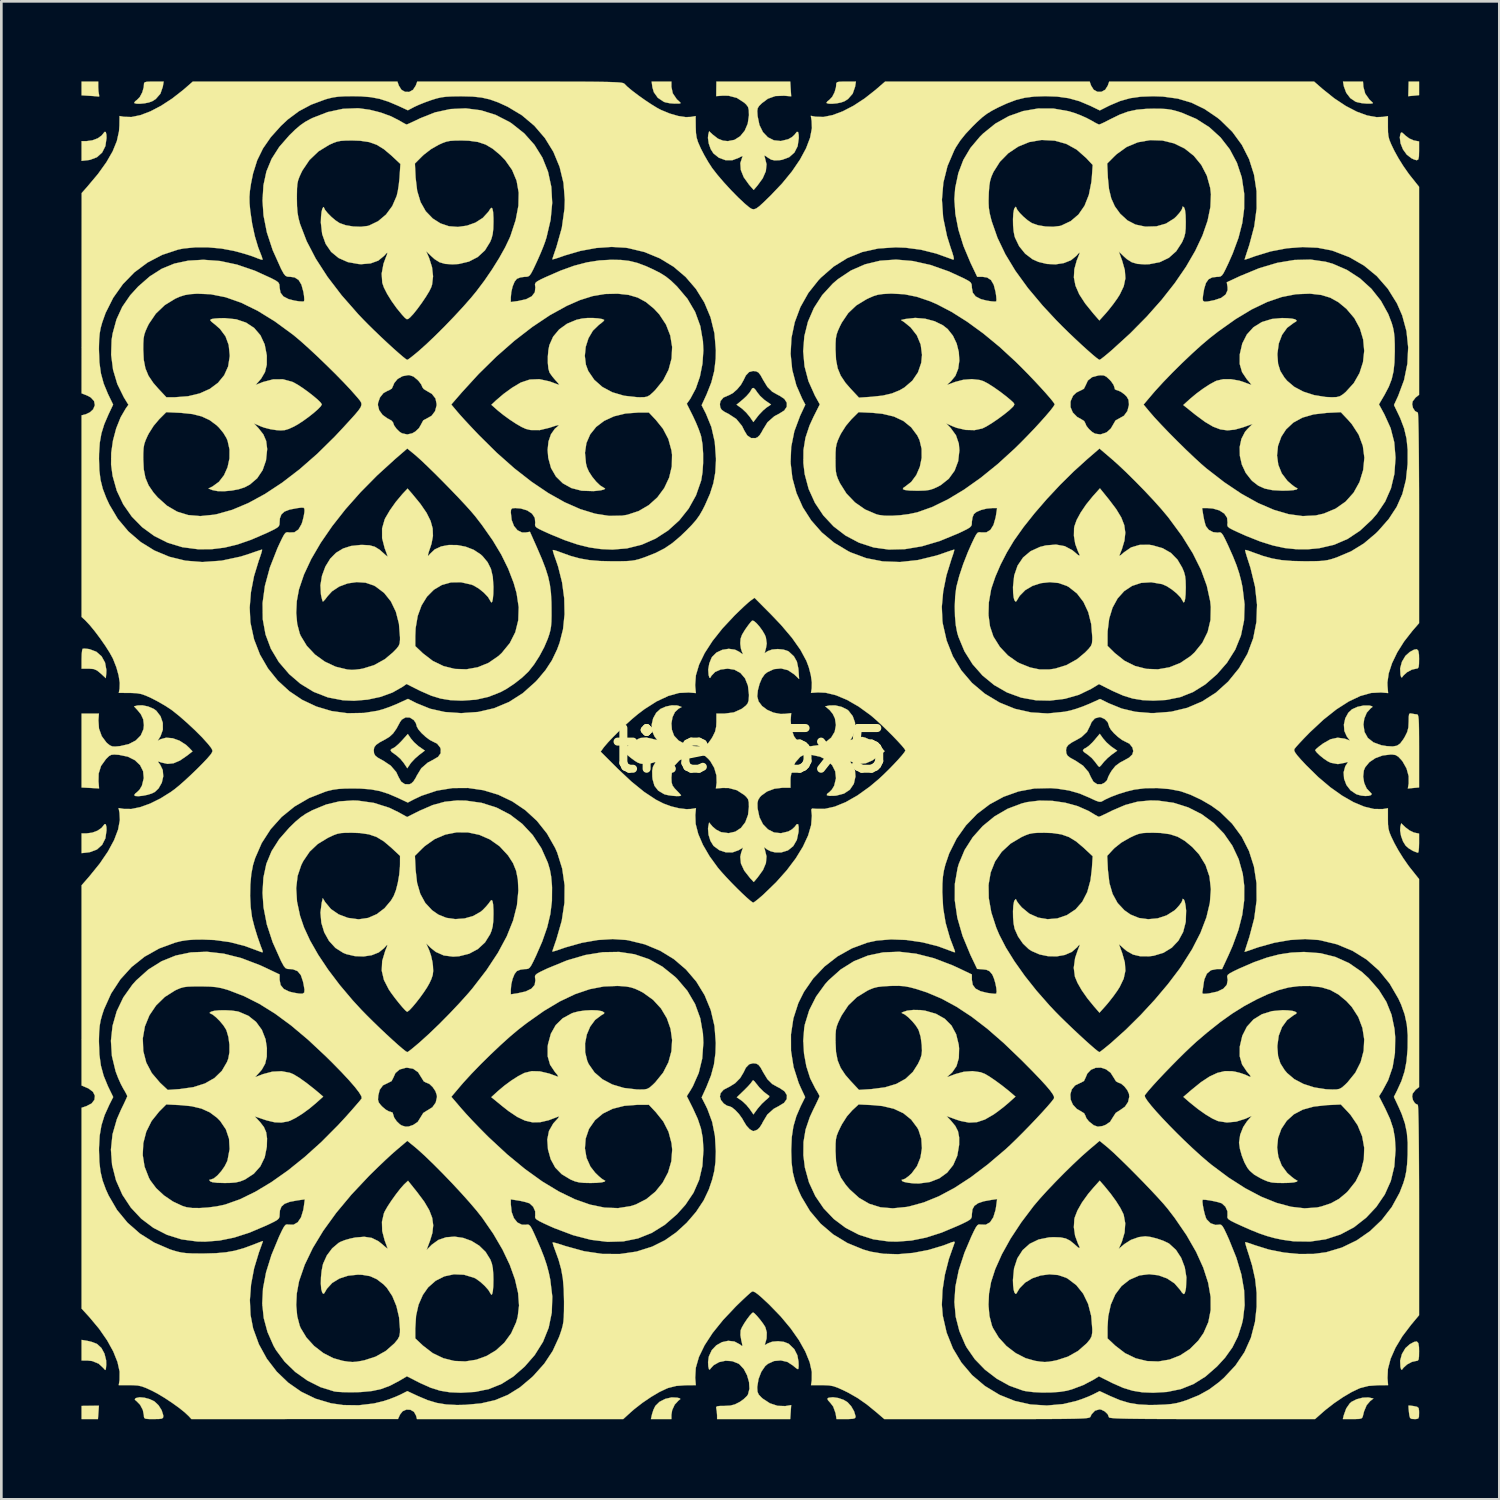
<source format=kicad_pcb>
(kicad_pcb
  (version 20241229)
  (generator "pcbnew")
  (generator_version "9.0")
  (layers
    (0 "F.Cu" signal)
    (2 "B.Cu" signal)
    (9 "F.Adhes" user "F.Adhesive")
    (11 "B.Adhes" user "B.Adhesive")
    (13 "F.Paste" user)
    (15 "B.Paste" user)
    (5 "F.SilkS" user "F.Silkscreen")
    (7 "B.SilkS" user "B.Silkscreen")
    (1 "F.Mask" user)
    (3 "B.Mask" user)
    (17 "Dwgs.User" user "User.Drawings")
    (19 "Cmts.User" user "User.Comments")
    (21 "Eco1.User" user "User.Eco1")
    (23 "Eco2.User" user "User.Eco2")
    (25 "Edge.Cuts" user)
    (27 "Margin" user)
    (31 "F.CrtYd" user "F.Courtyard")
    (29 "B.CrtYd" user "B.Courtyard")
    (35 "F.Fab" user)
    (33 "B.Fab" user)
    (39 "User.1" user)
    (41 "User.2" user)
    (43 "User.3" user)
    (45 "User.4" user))
  (footprint "tiles_5x5"
    (layer "F.Cu")
    (at 25.042 25.042)
    (property "Reference" "tiles_5x5" (at 0 0 0) (layer "F.SilkS") (effects (font (size 1.524 1.524) (thickness 0.3))))
    (attr through_hole)
    (fp_poly (pts (xy -24.407 24.787) (xy -24.425 25.037) (xy -25.037 25.037) (xy -25.037 24.791) (xy -25.037 24.545) (xy -24.713 24.541) (xy -24.389 24.537) (xy -24.407 24.787)) (stroke (width 0.01) (type solid)) (fill yes) (layer "F.SilkS"))
    (fp_poly (pts (xy 25.037 -24.53) (xy 24.835 -24.51) (xy 24.633 -24.491) (xy 24.641 -24.764) (xy 24.648 -25.036) (xy 24.843 -25.037) (xy 25.037 -25.037) (xy 25.037 -24.53)) (stroke (width 0.01) (type solid)) (fill yes) (layer "F.SilkS"))
    (fp_poly (pts (xy -24.415 -24.834) (xy -24.407 -24.68) (xy -24.388 -24.563) (xy -24.384 -24.549) (xy -24.378 -24.484) (xy -24.397 -24.477) (xy -24.469 -24.485) (xy -24.611 -24.497) (xy -24.739 -24.505) (xy -25.037 -24.524) (xy -25.037 -25.037) (xy -24.415 -25.037) (xy -24.415 -24.834)) (stroke (width 0.01) (type solid)) (fill yes) (layer "F.SilkS"))
    (fp_poly (pts (xy -24.132 -23.15) (xy -24.108 -23.048) (xy -24.104 -22.925) (xy -24.146 -22.624) (xy -24.268 -22.381) (xy -24.462 -22.206) (xy -24.72 -22.108) (xy -24.798 -22.096) (xy -25.037 -22.069) (xy -25.037 -22.808) (xy -24.854 -22.808) (xy -24.638 -22.837) (xy -24.436 -22.912) (xy -24.286 -23.018) (xy -24.25 -23.064) (xy -24.178 -23.154) (xy -24.132 -23.15)) (stroke (width 0.01) (type solid)) (fill yes) (layer "F.SilkS"))
    (fp_poly (pts (xy -24.132 2.769) (xy -24.108 2.871) (xy -24.104 2.994) (xy -24.146 3.295) (xy -24.268 3.537) (xy -24.462 3.712) (xy -24.72 3.81) (xy -24.798 3.822) (xy -25.037 3.849) (xy -25.037 3.11) (xy -24.854 3.11) (xy -24.638 3.082) (xy -24.436 3.006) (xy -24.286 2.9) (xy -24.25 2.855) (xy -24.178 2.764) (xy -24.132 2.769)) (stroke (width 0.01) (type solid)) (fill yes) (layer "F.SilkS"))
    (fp_poly (pts (xy -2.955 -24.841) (xy -2.904 -24.598) (xy -2.753 -24.376) (xy -2.671 -24.3) (xy -2.615 -24.248) (xy -2.62 -24.221) (xy -2.7 -24.212) (xy -2.825 -24.212) (xy -3.014 -24.226) (xy -3.187 -24.262) (xy -3.24 -24.281) (xy -3.463 -24.43) (xy -3.612 -24.639) (xy -3.666 -24.825) (xy -3.694 -25.037) (xy -2.955 -25.037) (xy -2.955 -24.841)) (stroke (width 0.01) (type solid)) (fill yes) (layer "F.SilkS"))
    (fp_poly (pts (xy -2.736 24.236) (xy -2.634 24.263) (xy -2.623 24.292) (xy -2.692 24.346) (xy -2.831 24.496) (xy -2.926 24.701) (xy -2.955 24.879) (xy -2.955 25.037) (xy -3.721 25.037) (xy -3.68 24.855) (xy -3.627 24.689) (xy -3.557 24.546) (xy -3.556 24.545) (xy -3.402 24.393) (xy -3.186 24.282) (xy -2.946 24.226) (xy -2.736 24.236)) (stroke (width 0.01) (type solid)) (fill yes) (layer "F.SilkS"))
    (fp_poly (pts (xy -24.817 22.11) (xy -24.639 22.154) (xy -24.479 22.216) (xy -24.453 22.23) (xy -24.297 22.374) (xy -24.181 22.587) (xy -24.119 22.836) (xy -24.114 22.999) (xy -24.126 23.145) (xy -24.143 23.201) (xy -24.175 23.184) (xy -24.208 23.141) (xy -24.398 22.963) (xy -24.645 22.864) (xy -24.802 22.847) (xy -25.037 22.844) (xy -25.037 22.073) (xy -24.817 22.11)) (stroke (width 0.01) (type solid)) (fill yes) (layer "F.SilkS"))
    (fp_poly (pts (xy 22.563 -25.037) (xy 22.938 -25.037) (xy 22.951 -24.845) (xy 23.021 -24.586) (xy 23.183 -24.358) (xy 23.245 -24.301) (xy 23.303 -24.248) (xy 23.3 -24.222) (xy 23.221 -24.213) (xy 23.093 -24.212) (xy 22.896 -24.229) (xy 22.709 -24.269) (xy 22.653 -24.289) (xy 22.462 -24.419) (xy 22.31 -24.62) (xy 22.222 -24.858) (xy 22.22 -24.869) (xy 22.189 -25.037) (xy 22.563 -25.037)) (stroke (width 0.01) (type solid)) (fill yes) (layer "F.SilkS"))
    (fp_poly (pts (xy 24.696 24.533) (xy 24.813 24.548) (xy 24.845 24.553) (xy 24.965 24.579) (xy 25.02 24.625) (xy 25.036 24.725) (xy 25.037 24.811) (xy 25.033 24.951) (xy 25.005 25.017) (xy 24.931 25.036) (xy 24.862 25.037) (xy 24.757 25.031) (xy 24.701 24.995) (xy 24.674 24.901) (xy 24.66 24.791) (xy 24.646 24.645) (xy 24.641 24.551) (xy 24.643 24.533) (xy 24.696 24.533)) (stroke (width 0.01) (type solid)) (fill yes) (layer "F.SilkS"))
    (fp_poly (pts (xy 23.177 24.235) (xy 23.329 24.268) (xy 23.205 24.366) (xy 23.074 24.519) (xy 22.977 24.751) (xy 22.941 24.895) (xy 22.92 24.969) (xy 22.88 25.012) (xy 22.797 25.031) (xy 22.646 25.037) (xy 22.547 25.037) (xy 22.184 25.037) (xy 22.218 24.895) (xy 22.31 24.641) (xy 22.443 24.449) (xy 22.51 24.391) (xy 22.7 24.296) (xy 22.924 24.237) (xy 23.131 24.228) (xy 23.177 24.235)) (stroke (width 0.01) (type solid)) (fill yes) (layer "F.SilkS"))
    (fp_poly (pts (xy 24.474 -23.068) (xy 24.524 -23.018) (xy 24.669 -22.909) (xy 24.83 -22.837) (xy 24.858 -22.83) (xy 25.037 -22.797) (xy 25.037 -22.44) (xy 25.032 -22.238) (xy 25.009 -22.126) (xy 24.952 -22.092) (xy 24.849 -22.121) (xy 24.75 -22.168) (xy 24.576 -22.303) (xy 24.435 -22.499) (xy 24.344 -22.726) (xy 24.316 -22.948) (xy 24.336 -23.063) (xy 24.362 -23.127) (xy 24.4 -23.13) (xy 24.474 -23.068)) (stroke (width 0.01) (type solid)) (fill yes) (layer "F.SilkS"))
    (fp_poly (pts (xy -24.795 -3.796) (xy -24.735 -3.786) (xy -24.485 -3.691) (xy -24.289 -3.519) (xy -24.16 -3.286) (xy -24.109 -3.008) (xy -24.113 -2.893) (xy -24.13 -2.702) (xy -24.324 -2.88) (xy -24.462 -2.992) (xy -24.588 -3.044) (xy -24.757 -3.058) (xy -24.777 -3.058) (xy -25.037 -3.058) (xy -25.037 -3.418) (xy -25.032 -3.601) (xy -25.018 -3.738) (xy -24.999 -3.802) (xy -24.998 -3.802) (xy -24.927 -3.809) (xy -24.795 -3.796)) (stroke (width 0.01) (type solid)) (fill yes) (layer "F.SilkS"))
    (fp_poly (pts (xy 3.292 24.249) (xy 3.492 24.317) (xy 3.639 24.406) (xy 3.777 24.559) (xy 3.884 24.746) (xy 3.937 24.923) (xy 3.94 24.958) (xy 3.919 25.001) (xy 3.845 25.026) (xy 3.698 25.036) (xy 3.583 25.037) (xy 3.227 25.037) (xy 3.192 24.817) (xy 3.102 24.568) (xy 3 24.435) (xy 2.908 24.332) (xy 2.884 24.276) (xy 2.921 24.244) (xy 2.934 24.239) (xy 3.092 24.22) (xy 3.292 24.249)) (stroke (width 0.01) (type solid)) (fill yes) (layer "F.SilkS"))
    (fp_poly (pts (xy 24.535 2.89) (xy 24.68 2.999) (xy 24.834 3.074) (xy 24.869 3.083) (xy 25.037 3.118) (xy 25.037 3.477) (xy 25.032 3.655) (xy 25.019 3.782) (xy 24.999 3.834) (xy 24.998 3.834) (xy 24.928 3.813) (xy 24.811 3.766) (xy 24.804 3.763) (xy 24.653 3.672) (xy 24.536 3.57) (xy 24.438 3.413) (xy 24.364 3.209) (xy 24.328 3.003) (xy 24.336 2.863) (xy 24.369 2.733) (xy 24.535 2.89)) (stroke (width 0.01) (type solid)) (fill yes) (layer "F.SilkS"))
    (fp_poly (pts (xy 25.01 -3.726) (xy 25.034 -3.578) (xy 25.037 -3.421) (xy 25.034 -3.231) (xy 25.022 -3.122) (xy 24.993 -3.072) (xy 24.942 -3.059) (xy 24.931 -3.058) (xy 24.767 -3.021) (xy 24.593 -2.929) (xy 24.459 -2.809) (xy 24.45 -2.797) (xy 24.395 -2.727) (xy 24.366 -2.742) (xy 24.341 -2.829) (xy 24.329 -3.068) (xy 24.396 -3.316) (xy 24.526 -3.536) (xy 24.69 -3.683) (xy 24.85 -3.769) (xy 24.953 -3.786) (xy 25.01 -3.726)) (stroke (width 0.01) (type solid)) (fill yes) (layer "F.SilkS"))
    (fp_poly (pts (xy 25.01 22.193) (xy 25.034 22.341) (xy 25.037 22.497) (xy 25.034 22.688) (xy 25.022 22.797) (xy 24.993 22.847) (xy 24.942 22.86) (xy 24.931 22.86) (xy 24.767 22.897) (xy 24.593 22.99) (xy 24.459 23.11) (xy 24.45 23.121) (xy 24.395 23.192) (xy 24.366 23.176) (xy 24.341 23.089) (xy 24.329 22.85) (xy 24.396 22.602) (xy 24.526 22.382) (xy 24.69 22.236) (xy 24.85 22.149) (xy 24.953 22.132) (xy 25.01 22.193)) (stroke (width 0.01) (type solid)) (fill yes) (layer "F.SilkS"))
    (fp_poly (pts (xy -21.997 -24.844) (xy -22.086 -24.585) (xy -22.261 -24.385) (xy -22.397 -24.299) (xy -22.522 -24.255) (xy -22.681 -24.224) (xy -22.844 -24.208) (xy -22.98 -24.21) (xy -23.059 -24.231) (xy -23.067 -24.247) (xy -23.028 -24.302) (xy -22.96 -24.354) (xy -22.854 -24.465) (xy -22.764 -24.637) (xy -22.711 -24.826) (xy -22.704 -24.906) (xy -22.699 -24.974) (xy -22.67 -25.013) (xy -22.592 -25.031) (xy -22.445 -25.037) (xy -22.335 -25.037) (xy -21.965 -25.037) (xy -21.997 -24.844)) (stroke (width 0.01) (type solid)) (fill yes) (layer "F.SilkS"))
    (fp_poly (pts (xy -12.707 -0.44) (xy -12.587 -0.3) (xy -12.432 -0.161) (xy -12.388 -0.129) (xy -12.187 0.01) (xy -12.404 0.176) (xy -12.556 0.308) (xy -12.69 0.451) (xy -12.732 0.506) (xy -12.843 0.671) (xy -12.976 0.472) (xy -13.103 0.317) (xy -13.256 0.183) (xy -13.293 0.158) (xy -13.429 0.061) (xy -13.471 -0.009) (xy -13.422 -0.06) (xy -13.376 -0.077) (xy -13.29 -0.131) (xy -13.166 -0.24) (xy -13.049 -0.36) (xy -12.824 -0.611) (xy -12.707 -0.44)) (stroke (width 0.01) (type solid)) (fill yes) (layer "F.SilkS"))
    (fp_poly (pts (xy 0.201 -13.489) (xy 0.255 -13.407) (xy 0.367 -13.267) (xy 0.518 -13.128) (xy 0.569 -13.09) (xy 0.775 -12.947) (xy 0.61 -12.836) (xy 0.478 -12.726) (xy 0.335 -12.576) (xy 0.279 -12.508) (xy 0.114 -12.291) (xy -0.023 -12.489) (xy -0.153 -12.645) (xy -0.303 -12.786) (xy -0.338 -12.813) (xy -0.516 -12.94) (xy -0.28 -13.136) (xy -0.14 -13.266) (xy -0.031 -13.391) (xy 0.012 -13.457) (xy 0.07 -13.555) (xy 0.127 -13.566) (xy 0.201 -13.489)) (stroke (width 0.01) (type solid)) (fill yes) (layer "F.SilkS"))
    (fp_poly (pts (xy 3.922 -24.844) (xy 3.832 -24.585) (xy 3.657 -24.385) (xy 3.521 -24.299) (xy 3.396 -24.255) (xy 3.237 -24.224) (xy 3.074 -24.208) (xy 2.938 -24.21) (xy 2.86 -24.231) (xy 2.851 -24.247) (xy 2.89 -24.302) (xy 2.959 -24.354) (xy 3.065 -24.465) (xy 3.154 -24.637) (xy 3.207 -24.826) (xy 3.214 -24.906) (xy 3.219 -24.974) (xy 3.249 -25.013) (xy 3.326 -25.031) (xy 3.473 -25.037) (xy 3.584 -25.037) (xy 3.953 -25.037) (xy 3.922 -24.844)) (stroke (width 0.01) (type solid)) (fill yes) (layer "F.SilkS"))
    (fp_poly (pts (xy -22.681 24.238) (xy -22.485 24.292) (xy -22.314 24.375) (xy -22.307 24.379) (xy -22.157 24.521) (xy -22.04 24.707) (xy -21.981 24.894) (xy -21.979 24.935) (xy -21.989 24.989) (xy -22.034 25.02) (xy -22.137 25.034) (xy -22.319 25.037) (xy -22.342 25.037) (xy -22.531 25.036) (xy -22.64 25.025) (xy -22.69 24.996) (xy -22.704 24.941) (xy -22.705 24.895) (xy -22.745 24.695) (xy -22.848 24.501) (xy -22.972 24.373) (xy -23.044 24.313) (xy -23.033 24.273) (xy -22.993 24.248) (xy -22.863 24.221) (xy -22.681 24.238)) (stroke (width 0.01) (type solid)) (fill yes) (layer "F.SilkS"))
    (fp_poly (pts (xy 0.157 12.394) (xy 0.192 12.441) (xy 0.339 12.623) (xy 0.503 12.786) (xy 0.647 12.896) (xy 0.648 12.897) (xy 0.707 12.938) (xy 0.706 12.981) (xy 0.635 13.049) (xy 0.578 13.096) (xy 0.433 13.23) (xy 0.291 13.393) (xy 0.26 13.433) (xy 0.116 13.631) (xy -0.024 13.428) (xy -0.151 13.274) (xy -0.296 13.138) (xy -0.336 13.108) (xy -0.507 12.991) (xy -0.234 12.729) (xy -0.095 12.589) (xy 0.013 12.469) (xy 0.068 12.392) (xy 0.069 12.389) (xy 0.103 12.351) (xy 0.157 12.394)) (stroke (width 0.01) (type solid)) (fill yes) (layer "F.SilkS"))
    (fp_poly (pts (xy 13.209 -0.442) (xy 13.335 -0.297) (xy 13.494 -0.156) (xy 13.535 -0.126) (xy 13.735 0.013) (xy 13.531 0.16) (xy 13.379 0.286) (xy 13.244 0.424) (xy 13.211 0.465) (xy 13.129 0.566) (xy 13.073 0.619) (xy 13.066 0.622) (xy 13.022 0.583) (xy 12.945 0.485) (xy 12.914 0.44) (xy 12.787 0.292) (xy 12.637 0.165) (xy 12.616 0.151) (xy 12.487 0.061) (xy 12.45 -0.003) (xy 12.5 -0.059) (xy 12.565 -0.092) (xy 12.666 -0.162) (xy 12.796 -0.284) (xy 12.886 -0.384) (xy 13.082 -0.619) (xy 13.209 -0.442)) (stroke (width 0.01) (type solid)) (fill yes) (layer "F.SilkS"))
    (fp_poly (pts (xy 1.511 -24.762) (xy 1.529 -24.486) (xy 1.263 -24.508) (xy 0.936 -24.496) (xy 0.656 -24.396) (xy 0.433 -24.229) (xy 0.329 -24.126) (xy 0.276 -24.041) (xy 0.26 -23.936) (xy 0.27 -23.772) (xy 0.273 -23.741) (xy 0.341 -23.412) (xy 0.472 -23.146) (xy 0.656 -22.953) (xy 0.882 -22.839) (xy 1.141 -22.812) (xy 1.421 -22.88) (xy 1.424 -22.882) (xy 1.563 -22.961) (xy 1.663 -23.055) (xy 1.668 -23.064) (xy 1.74 -23.154) (xy 1.787 -23.15) (xy 1.81 -23.048) (xy 1.814 -22.925) (xy 1.772 -22.621) (xy 1.65 -22.38) (xy 1.454 -22.207) (xy 1.19 -22.109) (xy 1.089 -22.094) (xy 0.908 -22.087) (xy 0.781 -22.115) (xy 0.662 -22.187) (xy 0.561 -22.258) (xy 0.525 -22.266) (xy 0.537 -22.216) (xy 0.541 -22.207) (xy 0.606 -21.943) (xy 0.581 -21.684) (xy 0.464 -21.417) (xy 0.274 -21.156) (xy 0.126 -20.981) (xy -0.048 -21.179) (xy -0.247 -21.457) (xy -0.356 -21.729) (xy -0.374 -21.987) (xy -0.297 -22.219) (xy -0.288 -22.234) (xy -0.302 -22.248) (xy -0.381 -22.213) (xy -0.424 -22.188) (xy -0.67 -22.095) (xy -0.928 -22.095) (xy -1.177 -22.186) (xy -1.382 -22.35) (xy -1.484 -22.511) (xy -1.557 -22.72) (xy -1.587 -22.928) (xy -1.576 -23.043) (xy -1.542 -23.178) (xy -1.406 -23.051) (xy -1.211 -22.9) (xy -1.02 -22.825) (xy -0.84 -22.808) (xy -0.593 -22.856) (xy -0.379 -22.992) (xy -0.21 -23.199) (xy -0.097 -23.463) (xy -0.052 -23.77) (xy -0.052 -23.799) (xy -0.058 -23.974) (xy -0.086 -24.087) (xy -0.153 -24.178) (xy -0.229 -24.249) (xy -0.504 -24.427) (xy -0.815 -24.508) (xy -1.03 -24.511) (xy -1.277 -24.493) (xy -1.274 -24.765) (xy -1.27 -25.037) (xy 0.112 -25.037) (xy 1.494 -25.037) (xy 1.511 -24.762)) (stroke (width 0.01) (type solid)) (fill yes) (layer "F.SilkS"))
    (fp_poly (pts (xy -22.546 -1.641) (xy -22.346 -1.557) (xy -22.244 -1.486) (xy -22.082 -1.276) (xy -21.997 -1.029) (xy -21.995 -0.773) (xy -22.08 -0.535) (xy -22.083 -0.529) (xy -22.187 -0.359) (xy -22.08 -0.416) (xy -21.871 -0.473) (xy -21.626 -0.452) (xy -21.371 -0.361) (xy -21.129 -0.206) (xy -21.004 -0.089) (xy -20.885 0.039) (xy -21.082 0.194) (xy -21.353 0.381) (xy -21.593 0.484) (xy -21.821 0.507) (xy -22.058 0.454) (xy -22.107 0.436) (xy -22.169 0.416) (xy -22.169 0.44) (xy -22.106 0.526) (xy -22.094 0.541) (xy -21.998 0.741) (xy -21.98 0.974) (xy -22.034 1.212) (xy -22.155 1.425) (xy -22.294 1.558) (xy -22.41 1.616) (xy -22.569 1.665) (xy -22.743 1.7) (xy -22.902 1.717) (xy -23.02 1.711) (xy -23.067 1.679) (xy -23.067 1.677) (xy -23.028 1.618) (xy -22.96 1.565) (xy -22.867 1.472) (xy -22.785 1.335) (xy -22.778 1.321) (xy -22.709 1.04) (xy -22.734 0.782) (xy -22.847 0.555) (xy -23.04 0.37) (xy -23.304 0.238) (xy -23.633 0.17) (xy -23.638 0.169) (xy -23.813 0.157) (xy -23.924 0.168) (xy -24.01 0.215) (xy -24.108 0.31) (xy -24.126 0.329) (xy -24.309 0.584) (xy -24.398 0.869) (xy -24.405 1.159) (xy -24.383 1.426) (xy -24.71 1.408) (xy -25.037 1.391) (xy -25.037 0.009) (xy -25.037 -1.374) (xy -24.713 -1.375) (xy -24.389 -1.375) (xy -24.407 -1.124) (xy -24.386 -0.815) (xy -24.283 -0.53) (xy -24.111 -0.297) (xy -24.083 -0.27) (xy -23.981 -0.188) (xy -23.892 -0.148) (xy -23.777 -0.141) (xy -23.598 -0.158) (xy -23.596 -0.158) (xy -23.27 -0.233) (xy -23.009 -0.369) (xy -22.823 -0.557) (xy -22.721 -0.79) (xy -22.704 -0.944) (xy -22.73 -1.162) (xy -22.818 -1.351) (xy -22.948 -1.51) (xy -23.074 -1.646) (xy -22.939 -1.68) (xy -22.759 -1.686) (xy -22.546 -1.641)) (stroke (width 0.01) (type solid)) (fill yes) (layer "F.SilkS"))
    (fp_poly (pts (xy 23.171 -1.677) (xy 23.183 -1.675) (xy 23.282 -1.65) (xy 23.289 -1.621) (xy 23.224 -1.571) (xy 23.081 -1.413) (xy 22.986 -1.189) (xy 22.955 -0.968) (xy 22.994 -0.689) (xy 23.119 -0.465) (xy 23.328 -0.299) (xy 23.618 -0.192) (xy 23.826 -0.158) (xy 24.051 -0.145) (xy 24.208 -0.173) (xy 24.33 -0.256) (xy 24.447 -0.412) (xy 24.505 -0.508) (xy 24.593 -0.685) (xy 24.637 -0.858) (xy 24.648 -1.078) (xy 24.651 -1.255) (xy 24.664 -1.35) (xy 24.695 -1.383) (xy 24.751 -1.377) (xy 24.752 -1.377) (xy 24.885 -1.353) (xy 24.946 -1.348) (xy 24.974 -1.342) (xy 24.995 -1.315) (xy 25.011 -1.256) (xy 25.022 -1.154) (xy 25.03 -0.997) (xy 25.034 -0.773) (xy 25.036 -0.471) (xy 25.037 -0.08) (xy 25.037 0.02) (xy 25.037 1.389) (xy 24.827 1.409) (xy 24.617 1.429) (xy 24.649 1.242) (xy 24.648 0.967) (xy 24.569 0.68) (xy 24.421 0.417) (xy 24.38 0.366) (xy 24.261 0.239) (xy 24.159 0.177) (xy 24.035 0.157) (xy 23.977 0.156) (xy 23.675 0.192) (xy 23.401 0.292) (xy 23.176 0.444) (xy 23.019 0.635) (xy 22.969 0.756) (xy 22.944 0.986) (xy 22.983 1.221) (xy 23.074 1.427) (xy 23.207 1.569) (xy 23.21 1.571) (xy 23.266 1.631) (xy 23.239 1.675) (xy 23.151 1.703) (xy 23.021 1.71) (xy 22.869 1.694) (xy 22.717 1.653) (xy 22.679 1.637) (xy 22.47 1.496) (xy 22.318 1.298) (xy 22.23 1.066) (xy 22.213 0.825) (xy 22.274 0.599) (xy 22.347 0.486) (xy 22.377 0.439) (xy 22.336 0.441) (xy 22.268 0.465) (xy 21.998 0.515) (xy 21.733 0.466) (xy 21.616 0.409) (xy 21.467 0.309) (xy 21.324 0.193) (xy 21.211 0.085) (xy 21.152 0.007) (xy 21.149 -0.007) (xy 21.188 -0.054) (xy 21.291 -0.142) (xy 21.436 -0.251) (xy 21.443 -0.256) (xy 21.721 -0.414) (xy 21.987 -0.473) (xy 22.253 -0.437) (xy 22.313 -0.416) (xy 22.447 -0.365) (xy 22.33 -0.523) (xy 22.24 -0.726) (xy 22.223 -0.962) (xy 22.275 -1.2) (xy 22.389 -1.408) (xy 22.523 -1.534) (xy 22.724 -1.626) (xy 22.959 -1.678) (xy 23.171 -1.677)) (stroke (width 0.01) (type solid)) (fill yes) (layer "F.SilkS"))
    (fp_poly (pts (xy 0.16 21.084) (xy 0.254 21.182) (xy 0.364 21.313) (xy 0.47 21.453) (xy 0.55 21.576) (xy 0.563 21.6) (xy 0.615 21.791) (xy 0.609 22.015) (xy 0.571 22.157) (xy 0.541 22.247) (xy 0.561 22.26) (xy 0.649 22.206) (xy 0.653 22.204) (xy 0.823 22.14) (xy 1.04 22.122) (xy 1.257 22.147) (xy 1.43 22.215) (xy 1.445 22.225) (xy 1.645 22.419) (xy 1.761 22.649) (xy 1.803 22.884) (xy 1.809 23.04) (xy 1.8 23.145) (xy 1.785 23.171) (xy 1.723 23.138) (xy 1.624 23.057) (xy 1.603 23.037) (xy 1.389 22.898) (xy 1.141 22.841) (xy 0.888 22.864) (xy 0.659 22.968) (xy 0.557 23.054) (xy 0.411 23.267) (xy 0.307 23.538) (xy 0.26 23.825) (xy 0.259 23.873) (xy 0.269 24.016) (xy 0.315 24.121) (xy 0.416 24.229) (xy 0.469 24.275) (xy 0.733 24.447) (xy 1.023 24.542) (xy 1.307 24.551) (xy 1.33 24.548) (xy 1.529 24.514) (xy 1.511 24.776) (xy 1.493 25.037) (xy -1.244 25.037) (xy -1.245 24.895) (xy -1.256 24.746) (xy -1.273 24.648) (xy -1.28 24.592) (xy -1.247 24.561) (xy -1.153 24.547) (xy -0.978 24.545) (xy -0.975 24.545) (xy -0.753 24.533) (xy -0.58 24.489) (xy -0.403 24.4) (xy -0.402 24.4) (xy -0.249 24.292) (xy -0.127 24.174) (xy -0.087 24.115) (xy -0.033 23.903) (xy -0.048 23.653) (xy -0.122 23.397) (xy -0.243 23.165) (xy -0.404 22.99) (xy -0.451 22.958) (xy -0.677 22.869) (xy -0.927 22.853) (xy -1.169 22.905) (xy -1.373 23.02) (xy -1.467 23.121) (xy -1.519 23.186) (xy -1.548 23.172) (xy -1.573 23.068) (xy -1.574 23.062) (xy -1.582 22.902) (xy -1.558 22.719) (xy -1.551 22.689) (xy -1.443 22.456) (xy -1.272 22.276) (xy -1.06 22.157) (xy -0.827 22.107) (xy -0.595 22.134) (xy -0.386 22.244) (xy -0.361 22.266) (xy -0.312 22.304) (xy -0.297 22.286) (xy -0.313 22.195) (xy -0.337 22.097) (xy -0.37 21.893) (xy -0.363 21.725) (xy -0.359 21.705) (xy -0.31 21.594) (xy -0.225 21.449) (xy -0.122 21.296) (xy -0.019 21.16) (xy 0.065 21.069) (xy 0.105 21.046) (xy 0.16 21.084)) (stroke (width 0.01) (type solid)) (fill yes) (layer "F.SilkS"))
    (fp_poly (pts (xy 0.133 -4.842) (xy 0.231 -4.759) (xy 0.344 -4.631) (xy 0.453 -4.481) (xy 0.541 -4.33) (xy 0.581 -4.233) (xy 0.614 -3.999) (xy 0.588 -3.836) (xy 0.535 -3.637) (xy 0.655 -3.716) (xy 0.815 -3.774) (xy 1.025 -3.792) (xy 1.239 -3.772) (xy 1.413 -3.714) (xy 1.445 -3.693) (xy 1.632 -3.519) (xy 1.744 -3.319) (xy 1.798 -3.062) (xy 1.804 -2.994) (xy 1.826 -2.67) (xy 1.643 -2.844) (xy 1.41 -3.001) (xy 1.15 -3.066) (xy 0.884 -3.04) (xy 0.635 -2.924) (xy 0.538 -2.846) (xy 0.435 -2.7) (xy 0.345 -2.489) (xy 0.282 -2.249) (xy 0.259 -2.022) (xy 0.308 -1.833) (xy 0.439 -1.659) (xy 0.634 -1.514) (xy 0.87 -1.411) (xy 1.129 -1.362) (xy 1.296 -1.366) (xy 1.529 -1.392) (xy 1.511 -1.132) (xy 1.533 -0.817) (xy 1.635 -0.527) (xy 1.808 -0.291) (xy 1.812 -0.287) (xy 1.928 -0.195) (xy 2.05 -0.154) (xy 2.222 -0.148) (xy 2.55 -0.193) (xy 2.821 -0.306) (xy 3.027 -0.476) (xy 3.158 -0.694) (xy 3.205 -0.947) (xy 3.168 -1.193) (xy 3.088 -1.361) (xy 2.971 -1.507) (xy 2.957 -1.519) (xy 2.805 -1.647) (xy 2.965 -1.679) (xy 3.178 -1.683) (xy 3.413 -1.628) (xy 3.617 -1.53) (xy 3.674 -1.486) (xy 3.834 -1.28) (xy 3.92 -1.037) (xy 3.927 -0.785) (xy 3.85 -0.554) (xy 3.842 -0.541) (xy 3.745 -0.381) (xy 3.972 -0.456) (xy 4.106 -0.495) (xy 4.208 -0.5) (xy 4.321 -0.467) (xy 4.472 -0.397) (xy 4.653 -0.294) (xy 4.817 -0.178) (xy 4.888 -0.115) (xy 5.03 0.033) (xy 4.835 0.19) (xy 4.565 0.38) (xy 4.325 0.484) (xy 4.095 0.506) (xy 3.856 0.453) (xy 3.811 0.436) (xy 3.749 0.416) (xy 3.749 0.44) (xy 3.812 0.526) (xy 3.824 0.541) (xy 3.917 0.738) (xy 3.936 0.978) (xy 3.88 1.233) (xy 3.868 1.264) (xy 3.726 1.474) (xy 3.507 1.619) (xy 3.219 1.695) (xy 3.152 1.701) (xy 2.959 1.705) (xy 2.866 1.682) (xy 2.872 1.632) (xy 2.959 1.565) (xy 3.051 1.472) (xy 3.134 1.335) (xy 3.14 1.321) (xy 3.207 1.045) (xy 3.179 0.787) (xy 3.065 0.559) (xy 2.874 0.373) (xy 2.614 0.239) (xy 2.294 0.171) (xy 2.29 0.171) (xy 2.105 0.162) (xy 1.982 0.181) (xy 1.881 0.236) (xy 1.858 0.254) (xy 1.686 0.45) (xy 1.565 0.713) (xy 1.507 1.014) (xy 1.503 1.105) (xy 1.503 1.4) (xy 1.209 1.4) (xy 0.903 1.437) (xy 0.626 1.541) (xy 0.407 1.699) (xy 0.358 1.754) (xy 0.294 1.855) (xy 0.267 1.97) (xy 0.27 2.139) (xy 0.274 2.187) (xy 0.342 2.507) (xy 0.474 2.768) (xy 0.661 2.96) (xy 0.888 3.075) (xy 1.146 3.103) (xy 1.421 3.038) (xy 1.424 3.036) (xy 1.563 2.957) (xy 1.663 2.864) (xy 1.668 2.855) (xy 1.743 2.762) (xy 1.79 2.769) (xy 1.81 2.874) (xy 1.805 3.053) (xy 1.742 3.353) (xy 1.606 3.587) (xy 1.408 3.746) (xy 1.156 3.823) (xy 0.923 3.82) (xy 0.76 3.778) (xy 0.625 3.71) (xy 0.609 3.698) (xy 0.533 3.635) (xy 0.518 3.643) (xy 0.541 3.706) (xy 0.605 3.969) (xy 0.584 4.222) (xy 0.475 4.48) (xy 0.273 4.759) (xy 0.273 4.759) (xy 0.128 4.93) (xy -0.007 4.785) (xy -0.229 4.502) (xy -0.351 4.238) (xy -0.376 3.987) (xy -0.343 3.836) (xy -0.275 3.64) (xy -0.436 3.738) (xy -0.665 3.821) (xy -0.917 3.819) (xy -1.162 3.738) (xy -1.371 3.582) (xy -1.382 3.57) (xy -1.493 3.391) (xy -1.565 3.161) (xy -1.584 2.934) (xy -1.575 2.861) (xy -1.543 2.702) (xy -1.416 2.853) (xy -1.277 2.971) (xy -1.108 3.058) (xy -1.09 3.064) (xy -0.812 3.101) (xy -0.563 3.045) (xy -0.351 2.906) (xy -0.189 2.694) (xy -0.086 2.418) (xy -0.053 2.118) (xy -0.058 1.943) (xy -0.086 1.83) (xy -0.154 1.739) (xy -0.229 1.67) (xy -0.502 1.493) (xy -0.811 1.411) (xy -1.036 1.408) (xy -1.29 1.426) (xy -1.261 1.211) (xy -1.269 0.937) (xy -1.353 0.653) (xy -1.5 0.402) (xy -1.579 0.313) (xy -1.688 0.215) (xy -1.78 0.167) (xy -1.896 0.158) (xy -2.048 0.17) (xy -2.392 0.242) (xy -2.656 0.377) (xy -2.838 0.573) (xy -2.937 0.828) (xy -2.955 1.024) (xy -2.947 1.2) (xy -2.912 1.319) (xy -2.831 1.428) (xy -2.773 1.488) (xy -2.669 1.596) (xy -2.603 1.671) (xy -2.592 1.69) (xy -2.637 1.71) (xy -2.753 1.714) (xy -2.906 1.703) (xy -3.064 1.682) (xy -3.195 1.652) (xy -3.229 1.64) (xy -3.449 1.508) (xy -3.589 1.328) (xy -3.66 1.082) (xy -3.67 0.985) (xy -3.674 0.767) (xy -3.645 0.617) (xy -3.608 0.546) (xy -3.554 0.457) (xy -3.568 0.437) (xy -3.657 0.468) (xy -3.876 0.514) (xy -4.095 0.501) (xy -4.215 0.46) (xy -4.33 0.388) (xy -4.468 0.286) (xy -4.604 0.175) (xy -4.712 0.076) (xy -4.767 0.009) (xy -4.769 0.001) (xy -4.728 -0.057) (xy -4.624 -0.147) (xy -4.481 -0.252) (xy -4.327 -0.352) (xy -4.188 -0.43) (xy -4.11 -0.462) (xy -3.952 -0.476) (xy -3.754 -0.45) (xy -3.724 -0.443) (xy -3.484 -0.382) (xy -3.59 -0.526) (xy -3.68 -0.727) (xy -3.694 -0.961) (xy -3.639 -1.198) (xy -3.522 -1.408) (xy -3.363 -1.551) (xy -3.165 -1.638) (xy -2.946 -1.684) (xy -2.75 -1.682) (xy -2.689 -1.666) (xy -2.57 -1.622) (xy -2.684 -1.561) (xy -2.822 -1.433) (xy -2.914 -1.24) (xy -2.954 -1.01) (xy -2.937 -0.773) (xy -2.86 -0.56) (xy -2.849 -0.541) (xy -2.683 -0.365) (xy -2.442 -0.235) (xy -2.148 -0.161) (xy -2.012 -0.149) (xy -1.817 -0.151) (xy -1.68 -0.187) (xy -1.571 -0.275) (xy -1.459 -0.432) (xy -1.41 -0.514) (xy -1.319 -0.701) (xy -1.278 -0.89) (xy -1.27 -1.063) (xy -1.27 -1.374) (xy -0.959 -1.376) (xy -0.619 -1.42) (xy -0.328 -1.55) (xy -0.168 -1.674) (xy -0.1 -1.756) (xy -0.064 -1.864) (xy -0.052 -2.032) (xy -0.052 -2.092) (xy -0.09 -2.424) (xy -0.198 -2.695) (xy -0.37 -2.897) (xy -0.598 -3.021) (xy -0.848 -3.058) (xy -1.109 -3.026) (xy -1.319 -2.934) (xy -1.455 -2.793) (xy -1.459 -2.786) (xy -1.504 -2.71) (xy -1.531 -2.719) (xy -1.562 -2.82) (xy -1.562 -2.822) (xy -1.577 -3.022) (xy -1.537 -3.252) (xy -1.452 -3.463) (xy -1.43 -3.499) (xy -1.268 -3.66) (xy -1.05 -3.763) (xy -0.808 -3.801) (xy -0.574 -3.768) (xy -0.414 -3.688) (xy -0.311 -3.613) (xy -0.275 -3.599) (xy -0.292 -3.644) (xy -0.311 -3.681) (xy -0.351 -3.805) (xy -0.374 -3.973) (xy -0.376 -4.023) (xy -0.364 -4.179) (xy -0.312 -4.325) (xy -0.207 -4.501) (xy -0.182 -4.538) (xy -0.074 -4.689) (xy 0.017 -4.804) (xy 0.069 -4.857) (xy 0.133 -4.842)) (stroke (width 0.01) (type solid)) (fill yes) (layer "F.SilkS"))
    (fp_poly (pts (xy -14.696 1.883) (xy -14.093 1.968) (xy -13.524 2.148) (xy -13.176 2.316) (xy -12.849 2.497) (xy -12.373 2.258) (xy -11.896 2.051) (xy -11.442 1.926) (xy -10.977 1.877) (xy -10.652 1.883) (xy -10.058 1.967) (xy -9.503 2.143) (xy -8.994 2.407) (xy -8.54 2.753) (xy -8.147 3.173) (xy -7.824 3.664) (xy -7.582 4.207) (xy -7.505 4.464) (xy -7.456 4.732) (xy -7.428 5.052) (xy -7.424 5.137) (xy -7.428 5.638) (xy -7.487 6.128) (xy -7.606 6.627) (xy -7.791 7.158) (xy -8.021 7.685) (xy -8.126 7.907) (xy -8.202 8.053) (xy -8.261 8.137) (xy -8.319 8.177) (xy -8.388 8.189) (xy -8.446 8.19) (xy -8.605 8.211) (xy -8.736 8.262) (xy -8.742 8.266) (xy -8.827 8.374) (xy -8.9 8.552) (xy -8.951 8.766) (xy -8.968 8.971) (xy -8.968 9.135) (xy -8.722 9.098) (xy -8.411 9.028) (xy -8.196 8.924) (xy -8.075 8.784) (xy -8.046 8.606) (xy -8.055 8.545) (xy -8.064 8.476) (xy -8.05 8.421) (xy -7.996 8.369) (xy -7.887 8.305) (xy -7.706 8.218) (xy -7.589 8.163) (xy -6.863 7.865) (xy -6.174 7.663) (xy -5.524 7.558) (xy -4.911 7.548) (xy -4.335 7.635) (xy -3.796 7.818) (xy -3.292 8.098) (xy -2.824 8.474) (xy -2.742 8.553) (xy -2.358 9.004) (xy -2.069 9.497) (xy -1.874 10.032) (xy -1.774 10.609) (xy -1.759 10.948) (xy -1.801 11.539) (xy -1.932 12.079) (xy -2.152 12.578) (xy -2.247 12.74) (xy -2.378 12.947) (xy -2.148 13.407) (xy -1.968 13.801) (xy -1.849 14.158) (xy -1.782 14.515) (xy -1.758 14.912) (xy -1.757 14.986) (xy -1.795 15.561) (xy -1.916 16.082) (xy -2.126 16.562) (xy -2.43 17.015) (xy -2.746 17.368) (xy -3.203 17.765) (xy -3.689 18.067) (xy -4.207 18.274) (xy -4.759 18.385) (xy -5.346 18.402) (xy -5.97 18.325) (xy -6.634 18.153) (xy -7.34 17.887) (xy -7.502 17.816) (xy -7.745 17.704) (xy -7.908 17.622) (xy -8.005 17.562) (xy -8.05 17.512) (xy -8.059 17.463) (xy -8.053 17.432) (xy -8.055 17.257) (xy -8.13 17.088) (xy -8.257 16.968) (xy -8.286 16.954) (xy -8.419 16.912) (xy -8.601 16.87) (xy -8.696 16.854) (xy -8.968 16.811) (xy -8.967 16.997) (xy -8.937 17.283) (xy -8.852 17.514) (xy -8.722 17.677) (xy -8.555 17.76) (xy -8.415 17.763) (xy -8.344 17.754) (xy -8.288 17.766) (xy -8.238 17.813) (xy -8.179 17.911) (xy -8.101 18.076) (xy -8.012 18.274) (xy -7.844 18.66) (xy -7.718 18.982) (xy -7.622 19.268) (xy -7.548 19.545) (xy -7.491 19.813) (xy -7.414 20.452) (xy -7.434 21.053) (xy -7.55 21.618) (xy -7.763 22.147) (xy -8.073 22.641) (xy -8.446 23.069) (xy -8.874 23.444) (xy -9.316 23.723) (xy -9.786 23.912) (xy -10.303 24.02) (xy -10.836 24.051) (xy -11.249 24.034) (xy -11.614 23.975) (xy -11.97 23.863) (xy -12.356 23.69) (xy -12.403 23.667) (xy -12.857 23.435) (xy -13.154 23.611) (xy -13.491 23.788) (xy -13.818 23.911) (xy -14.166 23.987) (xy -14.57 24.025) (xy -14.748 24.032) (xy -15.014 24.034) (xy -15.262 24.029) (xy -15.463 24.017) (xy -15.577 24.002) (xy -16.092 23.842) (xy -16.585 23.594) (xy -17.039 23.272) (xy -17.435 22.888) (xy -17.756 22.457) (xy -17.852 22.29) (xy -18.077 21.777) (xy -18.218 21.254) (xy -18.268 20.773) (xy -17.002 20.773) (xy -16.965 21.184) (xy -16.871 21.542) (xy -16.835 21.629) (xy -16.62 21.984) (xy -16.33 22.302) (xy -15.987 22.566) (xy -15.611 22.758) (xy -15.261 22.857) (xy -15.053 22.889) (xy -14.896 22.901) (xy -14.746 22.891) (xy -14.56 22.859) (xy -14.44 22.834) (xy -14.025 22.699) (xy -13.645 22.484) (xy -13.328 22.205) (xy -13.316 22.192) (xy -13.2 22.05) (xy -13.14 21.934) (xy -13.118 21.797) (xy -13.116 21.673) (xy -13.151 21.227) (xy -13.25 20.806) (xy -13.405 20.431) (xy -13.609 20.122) (xy -13.732 19.994) (xy -13.984 19.801) (xy -14.239 19.686) (xy -14.535 19.636) (xy -14.696 19.631) (xy -15.058 19.669) (xy -15.384 19.775) (xy -15.655 19.941) (xy -15.853 20.158) (xy -15.894 20.228) (xy -15.953 20.329) (xy -15.992 20.347) (xy -16.028 20.299) (xy -16.065 20.169) (xy -16.08 19.969) (xy -16.075 19.732) (xy -16.05 19.488) (xy -16.008 19.269) (xy -15.992 19.215) (xy -15.855 18.912) (xy -15.655 18.645) (xy -15.416 18.443) (xy -15.341 18.401) (xy -15.182 18.338) (xy -14.971 18.278) (xy -14.789 18.24) (xy -14.453 18.212) (xy -14.174 18.255) (xy -13.928 18.376) (xy -13.786 18.489) (xy -13.672 18.588) (xy -13.598 18.646) (xy -13.581 18.654) (xy -13.598 18.6) (xy -13.642 18.477) (xy -13.69 18.35) (xy -13.782 17.998) (xy -13.792 17.654) (xy -13.721 17.341) (xy -13.684 17.257) (xy -13.579 17.074) (xy -13.433 16.853) (xy -13.269 16.624) (xy -13.108 16.417) (xy -12.971 16.261) (xy -12.944 16.235) (xy -12.816 16.115) (xy -12.471 16.546) (xy -12.205 16.903) (xy -12.02 17.218) (xy -11.91 17.506) (xy -11.873 17.783) (xy -11.903 18.067) (xy -11.992 18.359) (xy -12.122 18.706) (xy -11.926 18.509) (xy -11.678 18.33) (xy -11.388 18.231) (xy -11.072 18.207) (xy -10.749 18.255) (xy -10.436 18.369) (xy -10.151 18.545) (xy -9.91 18.78) (xy -9.733 19.066) (xy -9.676 19.22) (xy -9.641 19.391) (xy -9.624 19.613) (xy -9.619 19.81) (xy -9.624 20.06) (xy -9.64 20.245) (xy -9.666 20.357) (xy -9.698 20.385) (xy -9.733 20.326) (xy -9.809 20.201) (xy -9.943 20.051) (xy -10.105 19.903) (xy -10.267 19.786) (xy -10.341 19.747) (xy -10.721 19.633) (xy -11.096 19.617) (xy -11.455 19.694) (xy -11.782 19.859) (xy -12.063 20.107) (xy -12.261 20.389) (xy -12.422 20.757) (xy -12.514 21.166) (xy -12.544 21.639) (xy -12.544 21.643) (xy -12.544 22.016) (xy -12.26 22.285) (xy -11.893 22.568) (xy -11.498 22.758) (xy -11.087 22.861) (xy -10.671 22.879) (xy -10.264 22.816) (xy -9.877 22.676) (xy -9.521 22.462) (xy -9.21 22.178) (xy -8.955 21.828) (xy -8.768 21.416) (xy -8.709 21.206) (xy -8.659 20.787) (xy -8.694 20.318) (xy -8.811 19.808) (xy -9.006 19.263) (xy -9.278 18.691) (xy -9.624 18.099) (xy -10.041 17.495) (xy -10.249 17.232) (xy -10.517 16.918) (xy -10.828 16.571) (xy -11.165 16.208) (xy -11.513 15.846) (xy -11.854 15.503) (xy -12.172 15.196) (xy -12.45 14.943) (xy -12.577 14.836) (xy -12.842 14.62) (xy -13.25 14.966) (xy -13.434 15.127) (xy -13.664 15.34) (xy -13.918 15.582) (xy -14.171 15.829) (xy -14.281 15.938) (xy -14.936 16.634) (xy -15.506 17.318) (xy -15.989 17.986) (xy -16.383 18.635) (xy -16.683 19.259) (xy -16.889 19.855) (xy -16.901 19.901) (xy -16.981 20.337) (xy -17.002 20.773) (xy -18.268 20.773) (xy -18.274 20.712) (xy -18.245 20.144) (xy -18.13 19.542) (xy -17.93 18.898) (xy -17.643 18.206) (xy -17.631 18.18) (xy -17.531 17.97) (xy -17.46 17.839) (xy -17.404 17.77) (xy -17.351 17.749) (xy -17.3 17.756) (xy -17.104 17.761) (xy -16.944 17.669) (xy -16.821 17.484) (xy -16.737 17.207) (xy -16.715 17.071) (xy -16.68 16.811) (xy -16.958 16.85) (xy -17.241 16.903) (xy -17.436 16.977) (xy -17.555 17.082) (xy -17.613 17.23) (xy -17.624 17.38) (xy -17.628 17.46) (xy -17.651 17.521) (xy -17.709 17.578) (xy -17.818 17.643) (xy -17.997 17.731) (xy -18.13 17.793) (xy -18.751 18.057) (xy -19.327 18.242) (xy -19.874 18.353) (xy -20.41 18.395) (xy -20.705 18.389) (xy -21.293 18.31) (xy -21.844 18.137) (xy -22.35 17.877) (xy -22.802 17.537) (xy -23.191 17.122) (xy -23.51 16.64) (xy -23.749 16.099) (xy -23.896 15.523) (xy -23.924 15.149) (xy -22.749 15.149) (xy -22.679 15.589) (xy -22.515 16.01) (xy -22.464 16.102) (xy -22.245 16.393) (xy -21.952 16.665) (xy -21.614 16.894) (xy -21.261 17.059) (xy -21.111 17.105) (xy -20.9 17.134) (xy -20.621 17.137) (xy -20.307 17.117) (xy -19.988 17.075) (xy -19.698 17.015) (xy -19.651 17.002) (xy -19.11 16.81) (xy -18.535 16.529) (xy -17.933 16.168) (xy -17.313 15.731) (xy -16.685 15.226) (xy -16.056 14.66) (xy -15.437 14.037) (xy -15.153 13.73) (xy -14.96 13.514) (xy -14.791 13.32) (xy -14.657 13.165) (xy -14.586 13.079) (xy -13.94 13.079) (xy -13.912 13.183) (xy -13.831 13.288) (xy -13.774 13.347) (xy -13.646 13.454) (xy -13.527 13.52) (xy -13.483 13.529) (xy -13.392 13.564) (xy -13.374 13.626) (xy -13.335 13.75) (xy -13.239 13.89) (xy -13.116 14.007) (xy -13.043 14.049) (xy -12.911 14.089) (xy -12.791 14.084) (xy -12.634 14.03) (xy -12.617 14.023) (xy -12.453 13.913) (xy -12.348 13.744) (xy -12.245 13.577) (xy -12.098 13.483) (xy -12.088 13.479) (xy -11.904 13.364) (xy -11.779 13.188) (xy -11.732 12.982) (xy -11.733 12.971) (xy -11.194 12.971) (xy -10.811 13.419) (xy -10.636 13.616) (xy -10.41 13.859) (xy -10.157 14.122) (xy -9.901 14.381) (xy -9.789 14.492) (xy -9.106 15.125) (xy -8.44 15.674) (xy -7.794 16.139) (xy -7.169 16.517) (xy -6.57 16.808) (xy -5.999 17.009) (xy -5.459 17.12) (xy -4.953 17.14) (xy -4.484 17.066) (xy -4.289 17.004) (xy -3.895 16.803) (xy -3.556 16.525) (xy -3.281 16.186) (xy -3.078 15.801) (xy -2.957 15.385) (xy -2.925 14.951) (xy -2.949 14.711) (xy -3.063 14.281) (xy -3.259 13.896) (xy -3.538 13.547) (xy -3.799 13.27) (xy -4.219 13.271) (xy -4.717 13.309) (xy -5.152 13.419) (xy -5.519 13.599) (xy -5.814 13.846) (xy -6.031 14.158) (xy -6.045 14.184) (xy -6.165 14.537) (xy -6.193 14.902) (xy -6.133 15.258) (xy -5.987 15.584) (xy -5.809 15.813) (xy -5.675 15.943) (xy -5.56 16.04) (xy -5.495 16.081) (xy -5.431 16.118) (xy -5.461 16.15) (xy -5.573 16.176) (xy -5.757 16.193) (xy -5.979 16.199) (xy -6.228 16.194) (xy -6.411 16.176) (xy -6.563 16.138) (xy -6.72 16.073) (xy -6.739 16.064) (xy -7.063 15.868) (xy -7.305 15.62) (xy -7.474 15.308) (xy -7.576 14.94) (xy -7.602 14.572) (xy -7.538 14.25) (xy -7.38 13.973) (xy -7.295 13.878) (xy -7.2 13.775) (xy -7.161 13.715) (xy -7.183 13.71) (xy -7.547 13.848) (xy -7.864 13.922) (xy -8.154 13.928) (xy -8.436 13.863) (xy -8.728 13.724) (xy -9.051 13.507) (xy -9.283 13.325) (xy -9.698 12.985) (xy -9.451 12.759) (xy -9.214 12.559) (xy -8.952 12.366) (xy -8.696 12.202) (xy -8.478 12.088) (xy -8.451 12.076) (xy -8.184 12.011) (xy -7.881 12.019) (xy -7.528 12.102) (xy -7.231 12.21) (xy -7.191 12.212) (xy -7.223 12.152) (xy -7.315 12.043) (xy -7.497 11.77) (xy -7.587 11.456) (xy -7.587 11.094) (xy -7.575 11.005) (xy -7.468 10.611) (xy -7.286 10.287) (xy -7.027 10.034) (xy -6.691 9.85) (xy -6.63 9.826) (xy -6.43 9.774) (xy -6.191 9.741) (xy -5.945 9.728) (xy -5.725 9.736) (xy -5.561 9.766) (xy -5.523 9.783) (xy -5.465 9.824) (xy -5.482 9.862) (xy -5.577 9.916) (xy -5.812 10.093) (xy -5.996 10.343) (xy -6.123 10.642) (xy -6.187 10.969) (xy -6.184 11.304) (xy -6.106 11.624) (xy -6.052 11.746) (xy -5.833 12.06) (xy -5.534 12.317) (xy -5.164 12.512) (xy -4.733 12.64) (xy -4.25 12.697) (xy -4.131 12.699) (xy -3.972 12.696) (xy -3.862 12.675) (xy -3.765 12.621) (xy -3.648 12.518) (xy -3.557 12.428) (xy -3.266 12.069) (xy -3.066 11.678) (xy -2.954 11.265) (xy -2.928 10.844) (xy -2.986 10.429) (xy -3.125 10.031) (xy -3.344 9.664) (xy -3.641 9.341) (xy -4.012 9.074) (xy -4.142 9.005) (xy -4.32 8.924) (xy -4.478 8.873) (xy -4.653 8.842) (xy -4.882 8.825) (xy -4.977 8.821) (xy -5.487 8.841) (xy -6.012 8.942) (xy -6.557 9.127) (xy -7.128 9.398) (xy -7.73 9.758) (xy -8.368 10.208) (xy -8.687 10.455) (xy -8.995 10.714) (xy -9.347 11.031) (xy -9.719 11.383) (xy -10.09 11.748) (xy -10.436 12.105) (xy -10.735 12.431) (xy -10.85 12.564) (xy -11.194 12.971) (xy -11.733 12.971) (xy -11.737 12.912) (xy -11.791 12.757) (xy -11.892 12.607) (xy -12.014 12.491) (xy -12.131 12.441) (xy -12.139 12.441) (xy -12.227 12.393) (xy -12.304 12.268) (xy -12.44 12.05) (xy -12.625 11.92) (xy -12.852 11.882) (xy -12.896 11.885) (xy -13.13 11.949) (xy -13.287 12.082) (xy -13.364 12.253) (xy -13.432 12.384) (xy -13.562 12.45) (xy -13.754 12.543) (xy -13.876 12.709) (xy -13.931 12.93) (xy -13.94 13.079) (xy -14.586 13.079) (xy -14.572 13.062) (xy -14.55 13.031) (xy -14.562 12.951) (xy -14.648 12.807) (xy -14.803 12.605) (xy -15.025 12.35) (xy -15.309 12.045) (xy -15.65 11.697) (xy -15.896 11.454) (xy -16.56 10.833) (xy -17.19 10.303) (xy -17.795 9.857) (xy -18.381 9.492) (xy -18.956 9.202) (xy -19.527 8.982) (xy -19.594 8.96) (xy -19.799 8.903) (xy -19.995 8.866) (xy -20.216 8.846) (xy -20.496 8.839) (xy -20.605 8.838) (xy -20.875 8.84) (xy -21.069 8.848) (xy -21.213 8.867) (xy -21.335 8.901) (xy -21.462 8.954) (xy -21.538 8.99) (xy -21.923 9.234) (xy -22.247 9.55) (xy -22.499 9.922) (xy -22.668 10.337) (xy -22.745 10.777) (xy -22.746 10.782) (xy -22.728 11.258) (xy -22.616 11.69) (xy -22.408 12.084) (xy -22.104 12.441) (xy -22.075 12.469) (xy -21.812 12.715) (xy -21.364 12.683) (xy -20.852 12.611) (xy -20.417 12.472) (xy -20.062 12.269) (xy -19.786 12.001) (xy -19.592 11.668) (xy -19.544 11.539) (xy -19.502 11.305) (xy -19.502 11.022) (xy -19.54 10.736) (xy -19.612 10.491) (xy -19.635 10.442) (xy -19.727 10.298) (xy -19.855 10.144) (xy -19.996 10.002) (xy -20.126 9.896) (xy -20.222 9.848) (xy -20.229 9.847) (xy -20.243 9.826) (xy -20.193 9.787) (xy -20.074 9.753) (xy -19.885 9.734) (xy -19.658 9.731) (xy -19.426 9.743) (xy -19.221 9.771) (xy -19.146 9.789) (xy -18.794 9.939) (xy -18.506 10.167) (xy -18.289 10.463) (xy -18.15 10.817) (xy -18.1 11.147) (xy -18.104 11.473) (xy -18.165 11.733) (xy -18.289 11.954) (xy -18.374 12.053) (xy -18.471 12.158) (xy -18.53 12.223) (xy -18.538 12.233) (xy -18.49 12.217) (xy -18.374 12.173) (xy -18.247 12.124) (xy -17.897 12.031) (xy -17.551 12.014) (xy -17.235 12.074) (xy -17.106 12.128) (xy -16.89 12.258) (xy -16.622 12.449) (xy -16.318 12.688) (xy -16.147 12.831) (xy -15.992 12.965) (xy -16.251 13.198) (xy -16.504 13.41) (xy -16.767 13.602) (xy -17.016 13.758) (xy -17.227 13.864) (xy -17.304 13.891) (xy -17.555 13.936) (xy -17.808 13.926) (xy -18.099 13.857) (xy -18.205 13.823) (xy -18.553 13.705) (xy -18.351 13.923) (xy -18.211 14.105) (xy -18.127 14.298) (xy -18.094 14.531) (xy -18.102 14.832) (xy -18.103 14.844) (xy -18.181 15.237) (xy -18.345 15.576) (xy -18.591 15.853) (xy -18.914 16.064) (xy -18.946 16.079) (xy -19.103 16.141) (xy -19.265 16.178) (xy -19.467 16.195) (xy -19.682 16.199) (xy -19.96 16.191) (xy -20.143 16.168) (xy -20.224 16.134) (xy -20.258 16.082) (xy -20.199 16.069) (xy -20.086 16.027) (xy -19.948 15.914) (xy -19.806 15.754) (xy -19.679 15.571) (xy -19.588 15.388) (xy -19.572 15.339) (xy -19.495 14.928) (xy -19.517 14.543) (xy -19.635 14.191) (xy -19.848 13.877) (xy -19.966 13.757) (xy -20.236 13.555) (xy -20.548 13.413) (xy -20.922 13.324) (xy -21.34 13.283) (xy -21.867 13.257) (xy -22.133 13.523) (xy -22.417 13.878) (xy -22.616 14.277) (xy -22.727 14.706) (xy -22.749 15.149) (xy -23.924 15.149) (xy -23.939 14.948) (xy -23.879 14.375) (xy -23.715 13.806) (xy -23.559 13.451) (xy -23.461 13.25) (xy -23.384 13.085) (xy -23.336 12.976) (xy -23.327 12.946) (xy -23.352 12.885) (xy -23.416 12.766) (xy -23.478 12.662) (xy -23.57 12.488) (xy -23.671 12.261) (xy -23.76 12.028) (xy -23.766 12.008) (xy -23.902 11.444) (xy -23.939 10.875) (xy -23.878 10.313) (xy -23.722 9.768) (xy -23.475 9.252) (xy -23.137 8.776) (xy -22.991 8.613) (xy -22.539 8.208) (xy -22.046 7.899) (xy -21.515 7.684) (xy -20.948 7.565) (xy -20.347 7.541) (xy -19.713 7.613) (xy -19.05 7.781) (xy -18.358 8.045) (xy -18.156 8.138) (xy -17.624 8.391) (xy -17.624 8.593) (xy -17.586 8.789) (xy -17.467 8.934) (xy -17.261 9.034) (xy -17.109 9.071) (xy -16.896 9.108) (xy -16.765 9.112) (xy -16.701 9.068) (xy -16.692 8.96) (xy -16.724 8.772) (xy -16.748 8.657) (xy -16.828 8.417) (xy -16.952 8.266) (xy -17.126 8.197) (xy -17.219 8.19) (xy -17.327 8.185) (xy -17.402 8.153) (xy -17.467 8.076) (xy -17.546 7.931) (xy -17.572 7.881) (xy -17.883 7.186) (xy -18.101 6.521) (xy -18.226 5.877) (xy -18.263 5.339) (xy -18.253 5.161) (xy -17.003 5.161) (xy -16.972 5.661) (xy -16.858 6.195) (xy -16.711 6.628) (xy -16.484 7.12) (xy -16.179 7.654) (xy -15.806 8.213) (xy -15.373 8.785) (xy -14.892 9.355) (xy -14.56 9.716) (xy -14.352 9.929) (xy -14.12 10.159) (xy -13.876 10.395) (xy -13.632 10.625) (xy -13.4 10.839) (xy -13.193 11.025) (xy -13.023 11.171) (xy -12.902 11.267) (xy -12.843 11.3) (xy -12.79 11.268) (xy -12.678 11.182) (xy -12.523 11.054) (xy -12.376 10.929) (xy -12.027 10.613) (xy -11.644 10.245) (xy -11.254 9.85) (xy -10.881 9.455) (xy -10.55 9.086) (xy -10.401 8.909) (xy -9.877 8.229) (xy -9.45 7.581) (xy -9.118 6.963) (xy -8.881 6.371) (xy -8.737 5.803) (xy -8.685 5.257) (xy -8.685 5.236) (xy -8.703 4.841) (xy -8.767 4.513) (xy -8.885 4.222) (xy -9.068 3.938) (xy -9.071 3.934) (xy -9.386 3.594) (xy -9.749 3.337) (xy -10.147 3.163) (xy -10.567 3.074) (xy -10.994 3.07) (xy -11.416 3.153) (xy -11.817 3.323) (xy -12.186 3.583) (xy -12.291 3.682) (xy -12.558 3.948) (xy -12.532 4.475) (xy -12.476 4.963) (xy -12.356 5.374) (xy -12.171 5.712) (xy -11.916 5.986) (xy -11.683 6.149) (xy -11.382 6.271) (xy -11.046 6.319) (xy -10.701 6.295) (xy -10.375 6.202) (xy -10.095 6.043) (xy -10.013 5.973) (xy -9.888 5.843) (xy -9.789 5.724) (xy -9.757 5.677) (xy -9.7 5.606) (xy -9.658 5.632) (xy -9.631 5.759) (xy -9.618 5.986) (xy -9.617 6.134) (xy -9.624 6.395) (xy -9.646 6.59) (xy -9.689 6.754) (xy -9.741 6.883) (xy -9.934 7.193) (xy -10.201 7.44) (xy -10.528 7.615) (xy -10.902 7.709) (xy -11.127 7.724) (xy -11.476 7.68) (xy -11.776 7.547) (xy -11.964 7.397) (xy -12.135 7.231) (xy -12.022 7.487) (xy -11.954 7.687) (xy -11.901 7.926) (xy -11.883 8.07) (xy -11.874 8.263) (xy -11.891 8.412) (xy -11.943 8.566) (xy -12.016 8.722) (xy -12.103 8.875) (xy -12.223 9.057) (xy -12.363 9.252) (xy -12.508 9.439) (xy -12.645 9.603) (xy -12.758 9.724) (xy -12.835 9.784) (xy -12.853 9.787) (xy -12.919 9.733) (xy -13.028 9.615) (xy -13.163 9.454) (xy -13.307 9.272) (xy -13.443 9.088) (xy -13.535 8.953) (xy -13.717 8.599) (xy -13.8 8.248) (xy -13.783 7.887) (xy -13.668 7.503) (xy -13.661 7.488) (xy -13.602 7.34) (xy -13.589 7.282) (xy -13.626 7.306) (xy -13.712 7.405) (xy -13.91 7.565) (xy -14.173 7.67) (xy -14.479 7.717) (xy -14.804 7.705) (xy -15.124 7.63) (xy -15.241 7.583) (xy -15.534 7.397) (xy -15.774 7.135) (xy -15.952 6.816) (xy -16.061 6.457) (xy -16.094 6.075) (xy -16.048 5.71) (xy -16.007 5.536) (xy -15.917 5.684) (xy -15.701 5.943) (xy -15.412 6.142) (xy -15.068 6.272) (xy -14.687 6.324) (xy -14.643 6.324) (xy -14.308 6.274) (xy -13.986 6.133) (xy -13.695 5.912) (xy -13.452 5.622) (xy -13.351 5.451) (xy -13.269 5.24) (xy -13.198 4.962) (xy -13.145 4.655) (xy -13.118 4.357) (xy -13.116 4.27) (xy -13.115 3.951) (xy -13.448 3.64) (xy -13.725 3.406) (xy -13.992 3.245) (xy -14.277 3.146) (xy -14.61 3.097) (xy -14.906 3.086) (xy -15.15 3.087) (xy -15.325 3.098) (xy -15.466 3.126) (xy -15.607 3.178) (xy -15.784 3.261) (xy -15.819 3.278) (xy -16.197 3.508) (xy -16.498 3.793) (xy -16.74 4.15) (xy -16.812 4.293) (xy -16.95 4.702) (xy -17.003 5.161) (xy -18.253 5.161) (xy -18.23 4.766) (xy -18.12 4.25) (xy -17.924 3.775) (xy -17.638 3.326) (xy -17.262 2.897) (xy -17.032 2.674) (xy -16.836 2.508) (xy -16.643 2.376) (xy -16.42 2.255) (xy -16.38 2.235) (xy -15.877 2.028) (xy -15.386 1.911) (xy -14.878 1.877) (xy -14.696 1.883)) (stroke (width 0.01) (type solid)) (fill yes) (layer "F.SilkS"))
    (fp_poly (pts (xy 11.342 -24.029) (xy 11.913 -23.929) (xy 12.123 -23.866) (xy 12.353 -23.78) (xy 12.581 -23.679) (xy 12.76 -23.585) (xy 12.766 -23.582) (xy 12.91 -23.498) (xy 13.02 -23.443) (xy 13.06 -23.43) (xy 13.124 -23.453) (xy 13.256 -23.514) (xy 13.428 -23.602) (xy 13.487 -23.632) (xy 13.832 -23.801) (xy 14.145 -23.915) (xy 14.464 -23.984) (xy 14.825 -24.017) (xy 15.084 -24.023) (xy 15.367 -24.021) (xy 15.583 -24.009) (xy 15.768 -23.981) (xy 15.961 -23.932) (xy 16.144 -23.875) (xy 16.694 -23.642) (xy 17.183 -23.33) (xy 17.604 -22.947) (xy 17.951 -22.5) (xy 18.218 -21.997) (xy 18.4 -21.447) (xy 18.488 -20.857) (xy 18.491 -20.809) (xy 18.488 -20.276) (xy 18.418 -19.742) (xy 18.276 -19.188) (xy 18.058 -18.598) (xy 17.897 -18.234) (xy 17.791 -18.011) (xy 17.716 -17.865) (xy 17.656 -17.781) (xy 17.599 -17.741) (xy 17.531 -17.729) (xy 17.484 -17.728) (xy 17.294 -17.707) (xy 17.156 -17.636) (xy 17.059 -17.499) (xy 16.992 -17.283) (xy 16.954 -17.067) (xy 16.937 -16.92) (xy 16.947 -16.833) (xy 17.002 -16.797) (xy 17.12 -16.803) (xy 17.318 -16.842) (xy 17.371 -16.853) (xy 17.629 -16.939) (xy 17.796 -17.065) (xy 17.869 -17.229) (xy 17.867 -17.344) (xy 17.838 -17.523) (xy 18.335 -17.755) (xy 19.05 -18.05) (xy 19.729 -18.252) (xy 20.372 -18.359) (xy 20.976 -18.373) (xy 21.54 -18.292) (xy 21.805 -18.217) (xy 22.338 -17.986) (xy 22.823 -17.671) (xy 23.25 -17.283) (xy 23.608 -16.833) (xy 23.885 -16.333) (xy 24.015 -15.992) (xy 24.065 -15.816) (xy 24.098 -15.644) (xy 24.118 -15.449) (xy 24.127 -15.202) (xy 24.128 -14.929) (xy 24.116 -14.521) (xy 24.08 -14.186) (xy 24.012 -13.893) (xy 23.904 -13.613) (xy 23.748 -13.316) (xy 23.712 -13.254) (xy 23.535 -12.953) (xy 23.738 -12.58) (xy 23.972 -12.064) (xy 24.108 -11.535) (xy 24.155 -10.969) (xy 24.155 -10.939) (xy 24.113 -10.346) (xy 23.985 -9.808) (xy 23.768 -9.314) (xy 23.458 -8.853) (xy 23.265 -8.631) (xy 22.826 -8.223) (xy 22.359 -7.913) (xy 21.855 -7.696) (xy 21.303 -7.568) (xy 20.885 -7.528) (xy 20.444 -7.529) (xy 20.011 -7.574) (xy 19.566 -7.67) (xy 19.091 -7.819) (xy 18.566 -8.027) (xy 18.264 -8.162) (xy 18.063 -8.256) (xy 17.94 -8.322) (xy 17.877 -8.376) (xy 17.858 -8.434) (xy 17.865 -8.511) (xy 17.867 -8.52) (xy 17.85 -8.707) (xy 17.745 -8.864) (xy 17.562 -8.983) (xy 17.316 -9.054) (xy 17.101 -9.071) (xy 16.914 -9.071) (xy 16.957 -8.8) (xy 16.993 -8.614) (xy 17.037 -8.449) (xy 17.058 -8.39) (xy 17.163 -8.256) (xy 17.325 -8.169) (xy 17.5 -8.15) (xy 17.533 -8.156) (xy 17.588 -8.161) (xy 17.638 -8.134) (xy 17.694 -8.061) (xy 17.766 -7.926) (xy 17.867 -7.715) (xy 17.897 -7.65) (xy 18.071 -7.259) (xy 18.203 -6.929) (xy 18.302 -6.631) (xy 18.379 -6.335) (xy 18.427 -6.106) (xy 18.504 -5.466) (xy 18.485 -4.865) (xy 18.369 -4.3) (xy 18.156 -3.772) (xy 17.845 -3.277) (xy 17.472 -2.85) (xy 17.032 -2.467) (xy 16.575 -2.182) (xy 16.088 -1.99) (xy 15.557 -1.885) (xy 15.09 -1.861) (xy 14.682 -1.879) (xy 14.319 -1.939) (xy 13.964 -2.048) (xy 13.577 -2.218) (xy 13.512 -2.25) (xy 13.054 -2.48) (xy 12.761 -2.302) (xy 12.295 -2.077) (xy 11.774 -1.929) (xy 11.216 -1.862) (xy 10.696 -1.873) (xy 10.138 -1.974) (xy 9.611 -2.167) (xy 9.127 -2.445) (xy 8.693 -2.801) (xy 8.32 -3.225) (xy 8.016 -3.71) (xy 7.792 -4.249) (xy 7.745 -4.407) (xy 7.693 -4.682) (xy 7.662 -5.022) (xy 7.661 -5.073) (xy 8.916 -5.073) (xy 8.972 -4.645) (xy 9.096 -4.272) (xy 9.109 -4.246) (xy 9.343 -3.873) (xy 9.645 -3.552) (xy 9.992 -3.307) (xy 10.088 -3.258) (xy 10.474 -3.103) (xy 10.831 -3.028) (xy 11.189 -3.027) (xy 11.41 -3.059) (xy 11.836 -3.19) (xy 12.234 -3.412) (xy 12.532 -3.661) (xy 12.671 -3.804) (xy 12.752 -3.909) (xy 12.791 -4.007) (xy 12.802 -4.134) (xy 12.803 -4.234) (xy 12.763 -4.728) (xy 12.652 -5.172) (xy 12.472 -5.557) (xy 12.23 -5.873) (xy 11.928 -6.112) (xy 11.849 -6.156) (xy 11.543 -6.264) (xy 11.213 -6.296) (xy 10.88 -6.259) (xy 10.567 -6.158) (xy 10.294 -5.998) (xy 10.084 -5.785) (xy 10.02 -5.68) (xy 9.963 -5.583) (xy 9.926 -5.569) (xy 9.885 -5.628) (xy 9.859 -5.726) (xy 9.84 -5.894) (xy 9.834 -6.096) (xy 9.834 -6.116) (xy 9.879 -6.546) (xy 10.006 -6.915) (xy 10.211 -7.219) (xy 10.491 -7.454) (xy 10.842 -7.615) (xy 11.067 -7.672) (xy 11.443 -7.703) (xy 11.772 -7.644) (xy 12.055 -7.493) (xy 12.137 -7.426) (xy 12.264 -7.317) (xy 12.324 -7.285) (xy 12.323 -7.33) (xy 12.266 -7.454) (xy 12.266 -7.454) (xy 12.165 -7.727) (xy 12.115 -8.032) (xy 12.121 -8.319) (xy 12.133 -8.386) (xy 12.216 -8.621) (xy 12.367 -8.899) (xy 12.57 -9.2) (xy 12.814 -9.501) (xy 12.841 -9.532) (xy 13.089 -9.808) (xy 13.431 -9.385) (xy 13.699 -9.03) (xy 13.888 -8.718) (xy 14 -8.43) (xy 14.039 -8.149) (xy 14.008 -7.855) (xy 13.911 -7.529) (xy 13.819 -7.3) (xy 13.831 -7.285) (xy 13.9 -7.333) (xy 13.99 -7.413) (xy 14.255 -7.596) (xy 14.571 -7.691) (xy 14.928 -7.696) (xy 15.054 -7.677) (xy 15.437 -7.568) (xy 15.747 -7.391) (xy 15.993 -7.139) (xy 16.168 -6.842) (xy 16.236 -6.682) (xy 16.277 -6.531) (xy 16.297 -6.354) (xy 16.303 -6.113) (xy 16.303 -6.082) (xy 16.296 -5.842) (xy 16.278 -5.664) (xy 16.251 -5.558) (xy 16.218 -5.537) (xy 16.185 -5.598) (xy 16.107 -5.726) (xy 15.963 -5.875) (xy 15.782 -6.023) (xy 15.592 -6.146) (xy 15.422 -6.221) (xy 15.419 -6.222) (xy 15.009 -6.293) (xy 14.632 -6.269) (xy 14.292 -6.156) (xy 13.996 -5.96) (xy 13.75 -5.686) (xy 13.561 -5.341) (xy 13.435 -4.93) (xy 13.377 -4.46) (xy 13.374 -4.327) (xy 13.374 -3.91) (xy 13.646 -3.642) (xy 14.007 -3.354) (xy 14.406 -3.157) (xy 14.827 -3.05) (xy 15.259 -3.033) (xy 15.686 -3.107) (xy 16.097 -3.27) (xy 16.476 -3.524) (xy 16.629 -3.663) (xy 16.923 -4.026) (xy 17.123 -4.433) (xy 17.229 -4.881) (xy 17.24 -5.369) (xy 17.218 -5.58) (xy 17.091 -6.16) (xy 16.874 -6.758) (xy 16.565 -7.378) (xy 16.163 -8.025) (xy 15.664 -8.702) (xy 15.618 -8.76) (xy 15.384 -9.039) (xy 15.092 -9.365) (xy 14.762 -9.716) (xy 14.415 -10.071) (xy 14.072 -10.41) (xy 13.753 -10.711) (xy 13.528 -10.91) (xy 13.073 -11.299) (xy 12.615 -10.903) (xy 12.109 -10.445) (xy 11.599 -9.941) (xy 11.104 -9.412) (xy 10.642 -8.878) (xy 10.229 -8.359) (xy 9.885 -7.874) (xy 9.862 -7.84) (xy 9.602 -7.406) (xy 9.367 -6.949) (xy 9.173 -6.499) (xy 9.033 -6.087) (xy 9.012 -6.009) (xy 8.929 -5.535) (xy 8.916 -5.073) (xy 7.661 -5.073) (xy 7.654 -5.391) (xy 7.669 -5.753) (xy 7.707 -6.071) (xy 7.721 -6.143) (xy 7.823 -6.531) (xy 7.969 -6.971) (xy 8.149 -7.43) (xy 8.285 -7.736) (xy 8.384 -7.944) (xy 8.453 -8.075) (xy 8.508 -8.144) (xy 8.562 -8.167) (xy 8.63 -8.162) (xy 8.648 -8.158) (xy 8.838 -8.161) (xy 8.989 -8.253) (xy 9.104 -8.439) (xy 9.184 -8.719) (xy 9.202 -8.825) (xy 9.239 -9.071) (xy 9.074 -9.071) (xy 8.855 -9.052) (xy 8.641 -8.999) (xy 8.467 -8.925) (xy 8.37 -8.846) (xy 8.318 -8.72) (xy 8.294 -8.56) (xy 8.294 -8.549) (xy 8.291 -8.465) (xy 8.271 -8.402) (xy 8.217 -8.345) (xy 8.114 -8.282) (xy 7.943 -8.197) (xy 7.788 -8.124) (xy 7.092 -7.837) (xy 6.423 -7.639) (xy 5.786 -7.532) (xy 5.185 -7.517) (xy 4.626 -7.594) (xy 4.613 -7.597) (xy 4.065 -7.776) (xy 3.563 -8.042) (xy 3.116 -8.385) (xy 2.732 -8.796) (xy 2.419 -9.266) (xy 2.184 -9.784) (xy 2.035 -10.341) (xy 1.986 -10.756) (xy 1.987 -10.886) (xy 3.188 -10.886) (xy 3.19 -10.633) (xy 3.201 -10.452) (xy 3.227 -10.31) (xy 3.273 -10.177) (xy 3.346 -10.019) (xy 3.353 -10.004) (xy 3.598 -9.615) (xy 3.918 -9.282) (xy 4.295 -9.019) (xy 4.712 -8.84) (xy 4.805 -8.814) (xy 5.018 -8.785) (xy 5.298 -8.782) (xy 5.614 -8.802) (xy 5.934 -8.844) (xy 6.225 -8.905) (xy 6.268 -8.916) (xy 6.813 -9.111) (xy 7.394 -9.394) (xy 8.002 -9.76) (xy 8.628 -10.204) (xy 9.265 -10.72) (xy 9.903 -11.302) (xy 10.111 -11.506) (xy 10.372 -11.772) (xy 10.624 -12.035) (xy 10.856 -12.287) (xy 11.058 -12.514) (xy 11.222 -12.706) (xy 11.333 -12.849) (xy 11.988 -12.849) (xy 12.073 -12.648) (xy 12.236 -12.482) (xy 12.372 -12.408) (xy 12.498 -12.329) (xy 12.544 -12.242) (xy 12.583 -12.147) (xy 12.678 -12.028) (xy 12.798 -11.919) (xy 12.907 -11.855) (xy 13.107 -11.827) (xy 13.313 -11.894) (xy 13.356 -11.919) (xy 13.496 -12.047) (xy 13.585 -12.199) (xy 13.672 -12.349) (xy 13.805 -12.423) (xy 13.988 -12.526) (xy 14.116 -12.701) (xy 14.174 -12.923) (xy 14.174 -12.945) (xy 14.723 -12.945) (xy 14.943 -12.68) (xy 15.135 -12.459) (xy 15.387 -12.188) (xy 15.679 -11.884) (xy 15.993 -11.568) (xy 16.31 -11.256) (xy 16.612 -10.969) (xy 16.88 -10.723) (xy 17.066 -10.562) (xy 17.742 -10.038) (xy 18.392 -9.602) (xy 19.013 -9.257) (xy 19.603 -9.003) (xy 20.159 -8.84) (xy 20.681 -8.77) (xy 21.164 -8.793) (xy 21.47 -8.863) (xy 21.913 -9.049) (xy 22.287 -9.312) (xy 22.586 -9.646) (xy 22.808 -10.046) (xy 22.945 -10.495) (xy 22.99 -10.955) (xy 22.932 -11.398) (xy 22.775 -11.82) (xy 22.519 -12.214) (xy 22.383 -12.369) (xy 22.108 -12.66) (xy 21.59 -12.635) (xy 21.091 -12.578) (xy 20.672 -12.457) (xy 20.329 -12.27) (xy 20.058 -12.016) (xy 19.88 -11.742) (xy 19.756 -11.398) (xy 19.719 -11.04) (xy 19.767 -10.69) (xy 19.897 -10.368) (xy 20.105 -10.094) (xy 20.132 -10.068) (xy 20.266 -9.952) (xy 20.377 -9.866) (xy 20.427 -9.838) (xy 20.488 -9.8) (xy 20.455 -9.767) (xy 20.339 -9.742) (xy 20.148 -9.726) (xy 19.914 -9.721) (xy 19.549 -9.741) (xy 19.259 -9.801) (xy 19.017 -9.91) (xy 18.801 -10.077) (xy 18.755 -10.122) (xy 18.546 -10.39) (xy 18.403 -10.698) (xy 18.328 -11.027) (xy 18.321 -11.355) (xy 18.386 -11.661) (xy 18.522 -11.925) (xy 18.606 -12.023) (xy 18.801 -12.218) (xy 18.435 -12.09) (xy 18.135 -12.006) (xy 17.861 -11.98) (xy 17.597 -12.016) (xy 17.325 -12.119) (xy 17.027 -12.295) (xy 16.685 -12.547) (xy 16.644 -12.579) (xy 16.209 -12.928) (xy 16.462 -13.157) (xy 16.695 -13.352) (xy 16.951 -13.541) (xy 17.201 -13.704) (xy 17.413 -13.819) (xy 17.457 -13.838) (xy 17.703 -13.894) (xy 17.998 -13.894) (xy 18.304 -13.841) (xy 18.455 -13.793) (xy 18.61 -13.735) (xy 18.721 -13.696) (xy 18.758 -13.685) (xy 18.737 -13.719) (xy 18.664 -13.808) (xy 18.592 -13.889) (xy 18.411 -14.159) (xy 18.322 -14.466) (xy 18.324 -14.821) (xy 18.324 -14.822) (xy 18.418 -15.229) (xy 18.59 -15.569) (xy 18.836 -15.839) (xy 19.15 -16.034) (xy 19.528 -16.15) (xy 19.902 -16.184) (xy 20.108 -16.178) (xy 20.282 -16.162) (xy 20.391 -16.138) (xy 20.4 -16.133) (xy 20.454 -16.093) (xy 20.432 -16.054) (xy 20.342 -16.002) (xy 20.096 -15.818) (xy 19.908 -15.557) (xy 19.785 -15.234) (xy 19.735 -14.863) (xy 19.734 -14.799) (xy 19.759 -14.472) (xy 19.843 -14.201) (xy 19.999 -13.952) (xy 20.098 -13.835) (xy 20.365 -13.609) (xy 20.708 -13.428) (xy 21.108 -13.299) (xy 21.543 -13.229) (xy 21.777 -13.219) (xy 21.953 -13.226) (xy 22.078 -13.259) (xy 22.197 -13.336) (xy 22.295 -13.42) (xy 22.594 -13.749) (xy 22.808 -14.125) (xy 22.938 -14.532) (xy 22.984 -14.955) (xy 22.945 -15.381) (xy 22.822 -15.795) (xy 22.614 -16.181) (xy 22.322 -16.525) (xy 22.317 -16.53) (xy 22.016 -16.779) (xy 21.713 -16.947) (xy 21.376 -17.049) (xy 20.978 -17.095) (xy 20.938 -17.097) (xy 20.428 -17.077) (xy 19.9 -16.974) (xy 19.351 -16.786) (xy 18.775 -16.51) (xy 18.169 -16.145) (xy 17.526 -15.689) (xy 17.195 -15.431) (xy 16.889 -15.172) (xy 16.539 -14.855) (xy 16.169 -14.504) (xy 15.801 -14.14) (xy 15.459 -13.786) (xy 15.164 -13.464) (xy 15.069 -13.354) (xy 14.723 -12.945) (xy 14.174 -12.945) (xy 14.175 -12.967) (xy 14.158 -13.125) (xy 14.089 -13.246) (xy 14.007 -13.327) (xy 13.879 -13.421) (xy 13.764 -13.474) (xy 13.736 -13.478) (xy 13.651 -13.514) (xy 13.633 -13.586) (xy 13.598 -13.685) (xy 13.509 -13.814) (xy 13.45 -13.878) (xy 13.33 -13.988) (xy 13.231 -14.037) (xy 13.107 -14.042) (xy 13.033 -14.035) (xy 12.796 -13.972) (xy 12.637 -13.845) (xy 12.554 -13.666) (xy 12.489 -13.537) (xy 12.361 -13.469) (xy 12.351 -13.467) (xy 12.206 -13.394) (xy 12.083 -13.277) (xy 12.081 -13.274) (xy 11.988 -13.065) (xy 11.988 -12.849) (xy 11.333 -12.849) (xy 11.336 -12.852) (xy 11.391 -12.941) (xy 11.394 -12.959) (xy 11.343 -13.04) (xy 11.23 -13.18) (xy 11.067 -13.368) (xy 10.865 -13.591) (xy 10.637 -13.836) (xy 10.393 -14.091) (xy 10.146 -14.342) (xy 9.932 -14.553) (xy 9.33 -15.107) (xy 8.722 -15.608) (xy 8.121 -16.046) (xy 7.538 -16.414) (xy 6.985 -16.703) (xy 6.731 -16.813) (xy 6.235 -16.981) (xy 5.769 -17.075) (xy 5.298 -17.1) (xy 5.207 -17.098) (xy 4.962 -17.084) (xy 4.779 -17.058) (xy 4.614 -17.008) (xy 4.426 -16.926) (xy 4.346 -16.887) (xy 3.967 -16.656) (xy 3.666 -16.371) (xy 3.424 -16.013) (xy 3.352 -15.871) (xy 3.275 -15.7) (xy 3.227 -15.559) (xy 3.201 -15.411) (xy 3.191 -15.224) (xy 3.19 -15.007) (xy 3.209 -14.621) (xy 3.27 -14.304) (xy 3.384 -14.027) (xy 3.563 -13.759) (xy 3.75 -13.545) (xy 4.068 -13.204) (xy 4.535 -13.236) (xy 4.954 -13.281) (xy 5.298 -13.361) (xy 5.592 -13.481) (xy 5.771 -13.586) (xy 6.066 -13.84) (xy 6.277 -14.151) (xy 6.399 -14.508) (xy 6.428 -14.805) (xy 6.379 -15.19) (xy 6.235 -15.537) (xy 6.002 -15.836) (xy 5.763 -16.031) (xy 5.642 -16.111) (xy 5.814 -16.15) (xy 6.175 -16.19) (xy 6.547 -16.159) (xy 6.902 -16.064) (xy 7.211 -15.912) (xy 7.387 -15.774) (xy 7.585 -15.524) (xy 7.725 -15.23) (xy 7.805 -14.912) (xy 7.825 -14.59) (xy 7.782 -14.286) (xy 7.677 -14.02) (xy 7.509 -13.816) (xy 7.415 -13.734) (xy 7.37 -13.688) (xy 7.37 -13.685) (xy 7.423 -13.702) (xy 7.545 -13.746) (xy 7.667 -13.792) (xy 7.975 -13.873) (xy 8.295 -13.898) (xy 8.589 -13.865) (xy 8.728 -13.821) (xy 8.893 -13.735) (xy 9.11 -13.597) (xy 9.351 -13.428) (xy 9.59 -13.244) (xy 9.742 -13.117) (xy 9.848 -13.02) (xy 9.886 -12.959) (xy 9.864 -12.903) (xy 9.819 -12.851) (xy 9.685 -12.724) (xy 9.492 -12.569) (xy 9.268 -12.404) (xy 9.041 -12.25) (xy 8.838 -12.126) (xy 8.687 -12.051) (xy 8.395 -11.988) (xy 8.064 -11.996) (xy 7.726 -12.074) (xy 7.588 -12.127) (xy 7.335 -12.239) (xy 7.501 -12.068) (xy 7.699 -11.796) (xy 7.806 -11.482) (xy 7.827 -11.23) (xy 7.782 -10.826) (xy 7.648 -10.47) (xy 7.43 -10.169) (xy 7.133 -9.932) (xy 7.01 -9.865) (xy 6.849 -9.793) (xy 6.705 -9.749) (xy 6.541 -9.727) (xy 6.321 -9.72) (xy 6.238 -9.719) (xy 5.961 -9.726) (xy 5.786 -9.747) (xy 5.71 -9.781) (xy 5.733 -9.831) (xy 5.78 -9.861) (xy 6.025 -10.049) (xy 6.215 -10.308) (xy 6.347 -10.615) (xy 6.415 -10.949) (xy 6.413 -11.288) (xy 6.336 -11.611) (xy 6.253 -11.786) (xy 6.022 -12.095) (xy 5.732 -12.331) (xy 5.375 -12.498) (xy 4.944 -12.6) (xy 4.579 -12.636) (xy 4.052 -12.661) (xy 3.785 -12.395) (xy 3.579 -12.151) (xy 3.399 -11.868) (xy 3.353 -11.779) (xy 3.278 -11.612) (xy 3.23 -11.473) (xy 3.203 -11.329) (xy 3.191 -11.149) (xy 3.188 -10.899) (xy 3.188 -10.886) (xy 1.987 -10.886) (xy 1.99 -11.244) (xy 2.064 -11.702) (xy 2.216 -12.16) (xy 2.361 -12.476) (xy 2.601 -12.953) (xy 2.419 -13.28) (xy 2.176 -13.822) (xy 2.029 -14.38) (xy 1.979 -14.944) (xy 2.022 -15.503) (xy 2.157 -16.047) (xy 2.381 -16.563) (xy 2.691 -17.043) (xy 3.087 -17.474) (xy 3.279 -17.639) (xy 3.766 -17.964) (xy 4.293 -18.195) (xy 4.856 -18.331) (xy 5.455 -18.373) (xy 6.086 -18.319) (xy 6.748 -18.171) (xy 7.436 -17.928) (xy 7.985 -17.675) (xy 8.15 -17.588) (xy 8.243 -17.522) (xy 8.283 -17.452) (xy 8.294 -17.355) (xy 8.294 -17.322) (xy 8.328 -17.134) (xy 8.438 -16.993) (xy 8.631 -16.893) (xy 8.856 -16.836) (xy 9.027 -16.81) (xy 9.155 -16.801) (xy 9.207 -16.809) (xy 9.215 -16.873) (xy 9.205 -17.008) (xy 9.182 -17.164) (xy 9.113 -17.431) (xy 9.01 -17.608) (xy 8.865 -17.703) (xy 8.696 -17.728) (xy 8.495 -17.728) (xy 8.242 -18.259) (xy 7.98 -18.883) (xy 7.79 -19.496) (xy 7.676 -20.085) (xy 7.647 -20.529) (xy 8.919 -20.529) (xy 8.929 -20.314) (xy 8.96 -20.113) (xy 9.017 -19.881) (xy 9.042 -19.792) (xy 9.254 -19.187) (xy 9.547 -18.575) (xy 9.925 -17.951) (xy 10.392 -17.308) (xy 10.951 -16.642) (xy 11.455 -16.101) (xy 11.675 -15.878) (xy 11.914 -15.643) (xy 12.16 -15.409) (xy 12.4 -15.185) (xy 12.622 -14.984) (xy 12.813 -14.816) (xy 12.961 -14.693) (xy 13.054 -14.627) (xy 13.075 -14.619) (xy 13.128 -14.65) (xy 13.241 -14.737) (xy 13.395 -14.864) (xy 13.542 -14.99) (xy 14.222 -15.61) (xy 14.842 -16.238) (xy 15.399 -16.866) (xy 15.89 -17.49) (xy 16.311 -18.103) (xy 16.658 -18.701) (xy 16.929 -19.277) (xy 17.119 -19.826) (xy 17.225 -20.342) (xy 17.245 -20.819) (xy 17.219 -21.057) (xy 17.092 -21.515) (xy 16.883 -21.919) (xy 16.603 -22.26) (xy 16.261 -22.531) (xy 15.866 -22.724) (xy 15.429 -22.831) (xy 14.97 -22.846) (xy 14.509 -22.765) (xy 14.09 -22.59) (xy 13.716 -22.321) (xy 13.627 -22.237) (xy 13.361 -21.97) (xy 13.386 -21.443) (xy 13.428 -21.016) (xy 13.513 -20.664) (xy 13.648 -20.365) (xy 13.84 -20.1) (xy 13.848 -20.09) (xy 14.12 -19.84) (xy 14.421 -19.684) (xy 14.773 -19.61) (xy 14.802 -19.607) (xy 15.205 -19.618) (xy 15.56 -19.72) (xy 15.864 -19.91) (xy 15.944 -19.984) (xy 16.065 -20.119) (xy 16.148 -20.237) (xy 16.173 -20.303) (xy 16.186 -20.362) (xy 16.238 -20.328) (xy 16.274 -20.233) (xy 16.296 -20.041) (xy 16.303 -19.786) (xy 16.299 -19.542) (xy 16.282 -19.365) (xy 16.246 -19.219) (xy 16.184 -19.068) (xy 16.157 -19.012) (xy 15.944 -18.685) (xy 15.669 -18.44) (xy 15.333 -18.278) (xy 14.938 -18.201) (xy 14.767 -18.195) (xy 14.495 -18.212) (xy 14.284 -18.273) (xy 14.097 -18.391) (xy 13.987 -18.489) (xy 13.797 -18.674) (xy 13.922 -18.328) (xy 14.021 -17.979) (xy 14.042 -17.67) (xy 13.98 -17.374) (xy 13.833 -17.066) (xy 13.738 -16.916) (xy 13.589 -16.708) (xy 13.417 -16.489) (xy 13.302 -16.354) (xy 13.068 -16.095) (xy 12.845 -16.35) (xy 12.536 -16.732) (xy 12.313 -17.076) (xy 12.174 -17.396) (xy 12.114 -17.704) (xy 12.131 -18.014) (xy 12.22 -18.337) (xy 12.258 -18.431) (xy 12.316 -18.579) (xy 12.329 -18.637) (xy 12.292 -18.612) (xy 12.206 -18.513) (xy 12.004 -18.349) (xy 11.738 -18.243) (xy 11.431 -18.195) (xy 11.106 -18.21) (xy 10.786 -18.287) (xy 10.567 -18.385) (xy 10.291 -18.594) (xy 10.064 -18.874) (xy 9.91 -19.195) (xy 9.893 -19.249) (xy 9.858 -19.431) (xy 9.838 -19.655) (xy 9.834 -19.888) (xy 9.846 -20.098) (xy 9.873 -20.253) (xy 9.891 -20.297) (xy 9.936 -20.351) (xy 9.951 -20.333) (xy 9.991 -20.242) (xy 10.092 -20.114) (xy 10.232 -19.973) (xy 10.386 -19.843) (xy 10.531 -19.746) (xy 10.545 -19.738) (xy 10.773 -19.658) (xy 11.053 -19.612) (xy 11.341 -19.602) (xy 11.592 -19.633) (xy 11.643 -19.647) (xy 11.996 -19.814) (xy 12.287 -20.062) (xy 12.513 -20.39) (xy 12.674 -20.795) (xy 12.769 -21.277) (xy 12.786 -21.455) (xy 12.818 -21.916) (xy 12.572 -22.179) (xy 12.218 -22.491) (xy 11.828 -22.706) (xy 11.398 -22.826) (xy 10.926 -22.851) (xy 10.886 -22.849) (xy 10.446 -22.774) (xy 10.032 -22.605) (xy 9.659 -22.356) (xy 9.344 -22.035) (xy 9.103 -21.654) (xy 9.097 -21.642) (xy 9.024 -21.475) (xy 8.977 -21.318) (xy 8.948 -21.138) (xy 8.93 -20.899) (xy 8.926 -20.803) (xy 8.919 -20.529) (xy 7.647 -20.529) (xy 7.639 -20.637) (xy 7.67 -21.052) (xy 7.788 -21.611) (xy 7.975 -22.105) (xy 8.24 -22.552) (xy 8.594 -22.972) (xy 8.715 -23.092) (xy 9.173 -23.463) (xy 9.677 -23.744) (xy 10.213 -23.934) (xy 10.772 -24.03) (xy 11.342 -24.029)) (stroke (width 0.01) (type solid)) (fill yes) (layer "F.SilkS"))
    (fp_poly (pts (xy 15.266 1.883) (xy 15.851 1.965) (xy 16.398 2.138) (xy 16.899 2.392) (xy 17.346 2.721) (xy 17.731 3.117) (xy 18.046 3.571) (xy 18.284 4.077) (xy 18.437 4.625) (xy 18.492 5.078) (xy 18.489 5.619) (xy 18.417 6.162) (xy 18.274 6.725) (xy 18.055 7.324) (xy 17.896 7.685) (xy 17.661 8.19) (xy 17.459 8.19) (xy 17.246 8.233) (xy 17.093 8.36) (xy 17 8.572) (xy 16.978 8.689) (xy 16.954 8.859) (xy 16.933 8.999) (xy 16.925 9.039) (xy 16.923 9.094) (xy 16.964 9.117) (xy 17.069 9.113) (xy 17.17 9.101) (xy 17.486 9.033) (xy 17.709 8.925) (xy 17.839 8.78) (xy 17.873 8.598) (xy 17.859 8.514) (xy 17.853 8.456) (xy 17.879 8.404) (xy 17.953 8.348) (xy 18.09 8.274) (xy 18.306 8.171) (xy 18.313 8.168) (xy 18.858 7.932) (xy 19.348 7.758) (xy 19.805 7.64) (xy 20.253 7.573) (xy 20.714 7.55) (xy 20.735 7.55) (xy 21.34 7.595) (xy 21.9 7.734) (xy 22.415 7.966) (xy 22.888 8.292) (xy 23.145 8.526) (xy 23.528 8.964) (xy 23.813 9.418) (xy 24.007 9.901) (xy 24.117 10.428) (xy 24.144 10.744) (xy 24.134 11.332) (xy 24.047 11.863) (xy 23.879 12.351) (xy 23.662 12.755) (xy 23.537 12.953) (xy 23.769 13.41) (xy 23.95 13.801) (xy 24.068 14.157) (xy 24.133 14.517) (xy 24.155 14.92) (xy 24.155 14.979) (xy 24.111 15.577) (xy 23.979 16.125) (xy 23.754 16.628) (xy 23.435 17.096) (xy 23.057 17.498) (xy 22.601 17.856) (xy 22.094 18.126) (xy 21.545 18.305) (xy 20.961 18.391) (xy 20.347 18.383) (xy 19.916 18.323) (xy 19.62 18.26) (xy 19.344 18.184) (xy 19.057 18.086) (xy 18.734 17.956) (xy 18.379 17.799) (xy 18.145 17.691) (xy 17.991 17.613) (xy 17.902 17.554) (xy 17.864 17.504) (xy 17.861 17.452) (xy 17.865 17.432) (xy 17.863 17.257) (xy 17.788 17.088) (xy 17.662 16.968) (xy 17.632 16.954) (xy 17.516 16.917) (xy 17.357 16.88) (xy 17.187 16.848) (xy 17.04 16.828) (xy 16.947 16.825) (xy 16.933 16.83) (xy 16.926 16.895) (xy 16.941 17.027) (xy 16.972 17.194) (xy 17.012 17.361) (xy 17.055 17.498) (xy 17.083 17.558) (xy 17.232 17.707) (xy 17.416 17.769) (xy 17.52 17.762) (xy 17.581 17.755) (xy 17.632 17.77) (xy 17.682 17.823) (xy 17.743 17.929) (xy 17.826 18.102) (xy 17.922 18.315) (xy 18.196 18.995) (xy 18.384 19.626) (xy 18.487 20.216) (xy 18.507 20.773) (xy 18.444 21.304) (xy 18.403 21.481) (xy 18.254 21.944) (xy 18.048 22.355) (xy 17.772 22.742) (xy 17.472 23.068) (xy 17.041 23.445) (xy 16.595 23.725) (xy 16.119 23.915) (xy 15.596 24.022) (xy 15.082 24.051) (xy 14.676 24.035) (xy 14.317 23.977) (xy 13.964 23.87) (xy 13.581 23.702) (xy 13.51 23.667) (xy 13.051 23.437) (xy 12.862 23.555) (xy 12.47 23.762) (xy 12.035 23.925) (xy 11.845 23.977) (xy 11.583 24.019) (xy 11.261 24.041) (xy 10.916 24.044) (xy 10.585 24.027) (xy 10.303 23.991) (xy 10.212 23.971) (xy 9.707 23.791) (xy 9.226 23.525) (xy 8.785 23.188) (xy 8.405 22.796) (xy 8.103 22.361) (xy 8.05 22.264) (xy 7.827 21.743) (xy 7.69 21.209) (xy 7.65 20.768) (xy 8.916 20.768) (xy 8.952 21.175) (xy 9.043 21.529) (xy 9.084 21.629) (xy 9.299 21.984) (xy 9.588 22.302) (xy 9.932 22.566) (xy 10.307 22.758) (xy 10.657 22.857) (xy 10.865 22.889) (xy 11.022 22.901) (xy 11.172 22.891) (xy 11.358 22.859) (xy 11.478 22.834) (xy 11.893 22.699) (xy 12.273 22.484) (xy 12.59 22.205) (xy 12.602 22.192) (xy 12.719 22.05) (xy 12.779 21.934) (xy 12.801 21.797) (xy 12.803 21.673) (xy 12.762 21.173) (xy 12.647 20.726) (xy 12.46 20.34) (xy 12.205 20.023) (xy 11.887 19.782) (xy 11.819 19.745) (xy 11.523 19.645) (xy 11.199 19.618) (xy 10.87 19.661) (xy 10.559 19.766) (xy 10.289 19.927) (xy 10.082 20.138) (xy 10.02 20.238) (xy 9.963 20.336) (xy 9.926 20.349) (xy 9.886 20.292) (xy 9.859 20.193) (xy 9.839 20.026) (xy 9.832 19.83) (xy 9.874 19.395) (xy 9.996 19.021) (xy 10.194 18.713) (xy 10.461 18.475) (xy 10.794 18.314) (xy 11.187 18.235) (xy 11.352 18.227) (xy 11.612 18.236) (xy 11.806 18.275) (xy 11.97 18.357) (xy 12.14 18.495) (xy 12.169 18.522) (xy 12.281 18.62) (xy 12.33 18.637) (xy 12.316 18.572) (xy 12.265 18.464) (xy 12.159 18.174) (xy 12.113 17.855) (xy 12.131 17.553) (xy 12.144 17.494) (xy 12.246 17.231) (xy 12.418 16.928) (xy 12.649 16.607) (xy 12.844 16.376) (xy 13.081 16.112) (xy 13.254 16.311) (xy 13.486 16.594) (xy 13.692 16.877) (xy 13.856 17.137) (xy 13.963 17.352) (xy 13.979 17.393) (xy 14.036 17.706) (xy 14.013 18.05) (xy 13.912 18.393) (xy 13.898 18.427) (xy 13.792 18.666) (xy 14.001 18.488) (xy 14.25 18.329) (xy 14.543 18.225) (xy 14.786 18.195) (xy 14.978 18.218) (xy 15.216 18.277) (xy 15.455 18.359) (xy 15.648 18.45) (xy 15.686 18.474) (xy 15.937 18.704) (xy 16.132 19.004) (xy 16.265 19.355) (xy 16.327 19.735) (xy 16.311 20.122) (xy 16.296 20.21) (xy 16.263 20.33) (xy 16.221 20.358) (xy 16.155 20.294) (xy 16.095 20.204) (xy 15.881 19.957) (xy 15.601 19.771) (xy 15.276 19.654) (xy 14.93 19.614) (xy 14.585 19.657) (xy 14.553 19.666) (xy 14.196 19.821) (xy 13.898 20.057) (xy 13.664 20.369) (xy 13.497 20.75) (xy 13.399 21.196) (xy 13.374 21.595) (xy 13.374 22.016) (xy 13.659 22.285) (xy 14.029 22.57) (xy 14.431 22.763) (xy 14.851 22.866) (xy 15.276 22.881) (xy 15.694 22.81) (xy 16.092 22.654) (xy 16.456 22.416) (xy 16.774 22.097) (xy 16.969 21.815) (xy 17.148 21.407) (xy 17.236 20.956) (xy 17.234 20.464) (xy 17.141 19.934) (xy 16.959 19.371) (xy 16.69 18.777) (xy 16.333 18.155) (xy 15.89 17.508) (xy 15.622 17.158) (xy 15.468 16.976) (xy 15.255 16.74) (xy 14.998 16.465) (xy 14.713 16.167) (xy 14.414 15.862) (xy 14.118 15.565) (xy 13.839 15.293) (xy 13.594 15.06) (xy 13.397 14.883) (xy 13.342 14.837) (xy 13.077 14.62) (xy 12.668 14.966) (xy 12.398 15.205) (xy 12.087 15.497) (xy 11.755 15.822) (xy 11.422 16.16) (xy 11.108 16.49) (xy 10.832 16.794) (xy 10.614 17.05) (xy 10.61 17.055) (xy 10.144 17.672) (xy 9.744 18.279) (xy 9.418 18.866) (xy 9.169 19.423) (xy 9.012 19.91) (xy 8.936 20.337) (xy 8.916 20.768) (xy 7.65 20.768) (xy 7.64 20.656) (xy 7.678 20.077) (xy 7.803 19.464) (xy 8.017 18.81) (xy 8.27 18.214) (xy 8.374 17.994) (xy 8.448 17.854) (xy 8.505 17.778) (xy 8.557 17.75) (xy 8.614 17.755) (xy 8.618 17.755) (xy 8.814 17.761) (xy 8.975 17.67) (xy 9.097 17.484) (xy 9.182 17.205) (xy 9.204 17.065) (xy 9.24 16.8) (xy 9.039 16.829) (xy 8.736 16.884) (xy 8.523 16.957) (xy 8.387 17.055) (xy 8.315 17.188) (xy 8.294 17.367) (xy 8.294 17.369) (xy 8.291 17.454) (xy 8.271 17.517) (xy 8.218 17.573) (xy 8.114 17.636) (xy 7.944 17.72) (xy 7.788 17.792) (xy 7.161 18.056) (xy 6.58 18.242) (xy 6.028 18.353) (xy 5.488 18.394) (xy 5.181 18.388) (xy 4.604 18.307) (xy 4.065 18.135) (xy 3.57 17.879) (xy 3.128 17.548) (xy 2.746 17.148) (xy 2.433 16.689) (xy 2.196 16.177) (xy 2.043 15.621) (xy 1.986 15.162) (xy 1.991 14.665) (xy 2.069 14.198) (xy 2.227 13.731) (xy 2.357 13.451) (xy 2.456 13.251) (xy 2.534 13.086) (xy 2.582 12.977) (xy 2.592 12.947) (xy 2.566 12.887) (xy 2.5 12.769) (xy 2.435 12.663) (xy 2.241 12.279) (xy 2.098 11.832) (xy 2.01 11.349) (xy 1.982 10.86) (xy 3.19 10.86) (xy 3.19 10.909) (xy 3.208 11.295) (xy 3.269 11.611) (xy 3.382 11.888) (xy 3.559 12.154) (xy 3.75 12.374) (xy 4.068 12.714) (xy 4.541 12.683) (xy 5.044 12.617) (xy 5.467 12.489) (xy 5.813 12.297) (xy 6.086 12.039) (xy 6.277 11.739) (xy 6.365 11.55) (xy 6.411 11.403) (xy 6.426 11.25) (xy 6.418 11.044) (xy 6.417 11.029) (xy 6.377 10.725) (xy 6.303 10.482) (xy 6.284 10.442) (xy 6.192 10.298) (xy 6.064 10.144) (xy 5.923 10.002) (xy 5.792 9.896) (xy 5.696 9.848) (xy 5.689 9.847) (xy 5.663 9.83) (xy 5.702 9.803) (xy 5.872 9.746) (xy 6.107 9.72) (xy 6.37 9.725) (xy 6.546 9.748) (xy 6.951 9.864) (xy 7.28 10.05) (xy 7.532 10.305) (xy 7.706 10.629) (xy 7.802 11.021) (xy 7.816 11.157) (xy 7.806 11.52) (xy 7.719 11.822) (xy 7.559 12.056) (xy 7.509 12.102) (xy 7.415 12.185) (xy 7.37 12.23) (xy 7.37 12.233) (xy 7.423 12.216) (xy 7.544 12.171) (xy 7.672 12.122) (xy 7.995 12.034) (xy 8.321 12.01) (xy 8.62 12.052) (xy 8.786 12.116) (xy 8.954 12.216) (xy 9.172 12.364) (xy 9.412 12.54) (xy 9.646 12.725) (xy 9.771 12.83) (xy 9.927 12.965) (xy 9.668 13.198) (xy 9.477 13.359) (xy 9.255 13.529) (xy 9.106 13.635) (xy 8.784 13.821) (xy 8.485 13.921) (xy 8.186 13.937) (xy 7.858 13.873) (xy 7.694 13.819) (xy 7.349 13.693) (xy 7.504 13.858) (xy 7.674 14.063) (xy 7.775 14.262) (xy 7.818 14.491) (xy 7.817 14.772) (xy 7.748 15.178) (xy 7.596 15.526) (xy 7.37 15.81) (xy 7.076 16.024) (xy 6.722 16.162) (xy 6.315 16.217) (xy 6.104 16.212) (xy 5.916 16.191) (xy 5.766 16.161) (xy 5.688 16.128) (xy 5.663 16.08) (xy 5.719 16.069) (xy 5.801 16.035) (xy 5.924 15.944) (xy 6.038 15.84) (xy 6.24 15.569) (xy 6.37 15.245) (xy 6.425 14.895) (xy 6.402 14.543) (xy 6.298 14.217) (xy 6.253 14.132) (xy 6.022 13.823) (xy 5.731 13.587) (xy 5.373 13.419) (xy 4.942 13.317) (xy 4.581 13.283) (xy 4.055 13.257) (xy 3.815 13.478) (xy 3.616 13.705) (xy 3.43 13.998) (xy 3.382 14.091) (xy 3.293 14.277) (xy 3.236 14.422) (xy 3.205 14.561) (xy 3.192 14.728) (xy 3.19 14.958) (xy 3.19 15.004) (xy 3.21 15.396) (xy 3.273 15.719) (xy 3.391 16) (xy 3.574 16.269) (xy 3.72 16.438) (xy 4.072 16.756) (xy 4.455 16.979) (xy 4.874 17.109) (xy 5.336 17.147) (xy 5.846 17.096) (xy 5.95 17.076) (xy 6.495 16.926) (xy 7.056 16.697) (xy 7.64 16.385) (xy 8.25 15.988) (xy 8.892 15.502) (xy 9.565 14.93) (xy 9.75 14.758) (xy 9.969 14.546) (xy 10.209 14.306) (xy 10.457 14.052) (xy 10.699 13.798) (xy 10.923 13.557) (xy 11.115 13.344) (xy 11.264 13.171) (xy 11.355 13.053) (xy 11.369 13.03) (xy 11.371 12.97) (xy 11.327 12.879) (xy 11.98 12.879) (xy 11.993 13.076) (xy 12.075 13.265) (xy 12.223 13.425) (xy 12.372 13.51) (xy 12.498 13.589) (xy 12.544 13.676) (xy 12.58 13.771) (xy 12.669 13.884) (xy 12.687 13.902) (xy 12.857 14.037) (xy 13.008 14.09) (xy 13.176 14.069) (xy 13.301 14.023) (xy 13.468 13.91) (xy 13.569 13.748) (xy 13.681 13.575) (xy 13.852 13.465) (xy 14.025 13.343) (xy 14.143 13.166) (xy 14.189 12.965) (xy 14.184 12.924) (xy 14.765 12.924) (xy 14.782 12.993) (xy 14.866 13.123) (xy 15.008 13.303) (xy 15.198 13.523) (xy 15.429 13.775) (xy 15.689 14.048) (xy 15.97 14.333) (xy 16.262 14.619) (xy 16.557 14.898) (xy 16.844 15.16) (xy 17.115 15.394) (xy 17.262 15.515) (xy 17.904 15.995) (xy 18.527 16.394) (xy 19.128 16.711) (xy 19.702 16.943) (xy 20.245 17.089) (xy 20.75 17.147) (xy 21.215 17.115) (xy 21.373 17.08) (xy 21.738 16.959) (xy 22.04 16.793) (xy 22.319 16.561) (xy 22.373 16.506) (xy 22.664 16.139) (xy 22.863 15.738) (xy 22.97 15.314) (xy 22.984 14.88) (xy 22.907 14.45) (xy 22.737 14.037) (xy 22.475 13.652) (xy 22.384 13.55) (xy 22.109 13.259) (xy 21.59 13.283) (xy 21.099 13.337) (xy 20.688 13.45) (xy 20.352 13.626) (xy 20.084 13.868) (xy 19.88 14.175) (xy 19.759 14.514) (xy 19.723 14.868) (xy 19.769 15.218) (xy 19.893 15.54) (xy 20.093 15.813) (xy 20.132 15.851) (xy 20.266 15.967) (xy 20.377 16.052) (xy 20.427 16.081) (xy 20.488 16.118) (xy 20.454 16.152) (xy 20.338 16.178) (xy 20.149 16.194) (xy 19.939 16.199) (xy 19.7 16.195) (xy 19.526 16.18) (xy 19.38 16.144) (xy 19.224 16.08) (xy 19.114 16.027) (xy 18.873 15.891) (xy 18.703 15.746) (xy 18.61 15.63) (xy 18.5 15.429) (xy 18.402 15.178) (xy 18.33 14.92) (xy 18.299 14.701) (xy 18.298 14.682) (xy 18.34 14.392) (xy 18.454 14.103) (xy 18.591 13.897) (xy 18.77 13.689) (xy 18.53 13.795) (xy 18.189 13.902) (xy 17.843 13.933) (xy 17.526 13.884) (xy 17.496 13.875) (xy 17.294 13.782) (xy 17.042 13.63) (xy 16.762 13.432) (xy 16.477 13.204) (xy 16.413 13.15) (xy 16.213 12.975) (xy 16.507 12.721) (xy 16.872 12.425) (xy 17.195 12.212) (xy 17.488 12.076) (xy 17.763 12.011) (xy 18.035 12.013) (xy 18.156 12.033) (xy 18.342 12.08) (xy 18.507 12.136) (xy 18.568 12.162) (xy 18.691 12.219) (xy 18.736 12.22) (xy 18.705 12.161) (xy 18.598 12.035) (xy 18.592 12.029) (xy 18.411 11.76) (xy 18.322 11.452) (xy 18.324 11.099) (xy 18.324 11.096) (xy 18.419 10.688) (xy 18.591 10.348) (xy 18.837 10.077) (xy 19.152 9.882) (xy 19.531 9.764) (xy 19.933 9.728) (xy 20.131 9.736) (xy 20.298 9.755) (xy 20.396 9.783) (xy 20.454 9.824) (xy 20.436 9.862) (xy 20.342 9.916) (xy 20.095 10.101) (xy 19.906 10.362) (xy 19.783 10.684) (xy 19.733 11.052) (xy 19.732 11.119) (xy 19.759 11.448) (xy 19.845 11.72) (xy 20.003 11.971) (xy 20.098 12.083) (xy 20.367 12.311) (xy 20.712 12.492) (xy 21.115 12.621) (xy 21.556 12.69) (xy 21.788 12.699) (xy 21.946 12.696) (xy 22.057 12.675) (xy 22.154 12.621) (xy 22.27 12.518) (xy 22.361 12.428) (xy 22.651 12.07) (xy 22.851 11.673) (xy 22.962 11.252) (xy 22.984 10.821) (xy 22.917 10.394) (xy 22.762 9.984) (xy 22.519 9.607) (xy 22.317 9.388) (xy 22.017 9.14) (xy 21.713 8.971) (xy 21.378 8.87) (xy 20.979 8.824) (xy 20.937 8.822) (xy 20.541 8.826) (xy 20.161 8.876) (xy 19.773 8.978) (xy 19.353 9.139) (xy 18.946 9.33) (xy 18.491 9.575) (xy 18.047 9.852) (xy 17.595 10.174) (xy 17.115 10.555) (xy 16.7 10.909) (xy 16.507 11.086) (xy 16.279 11.303) (xy 16.03 11.549) (xy 15.773 11.809) (xy 15.519 12.071) (xy 15.282 12.322) (xy 15.075 12.548) (xy 14.91 12.736) (xy 14.799 12.873) (xy 14.765 12.924) (xy 14.184 12.924) (xy 14.177 12.861) (xy 14.113 12.721) (xy 14.006 12.584) (xy 13.884 12.48) (xy 13.78 12.441) (xy 13.691 12.393) (xy 13.614 12.268) (xy 13.489 12.071) (xy 13.318 11.942) (xy 13.125 11.879) (xy 12.929 11.885) (xy 12.753 11.959) (xy 12.617 12.101) (xy 12.555 12.247) (xy 12.492 12.379) (xy 12.368 12.447) (xy 12.351 12.452) (xy 12.158 12.546) (xy 12.035 12.695) (xy 11.98 12.879) (xy 11.327 12.879) (xy 11.324 12.874) (xy 11.225 12.735) (xy 11.067 12.548) (xy 10.848 12.309) (xy 10.562 12.011) (xy 10.205 11.65) (xy 10.138 11.583) (xy 9.487 10.959) (xy 8.872 10.423) (xy 8.284 9.971) (xy 7.716 9.598) (xy 7.16 9.296) (xy 6.609 9.063) (xy 6.222 8.937) (xy 5.973 8.87) (xy 5.768 8.832) (xy 5.562 8.817) (xy 5.311 8.819) (xy 5.22 8.822) (xy 4.958 8.837) (xy 4.766 8.86) (xy 4.611 8.899) (xy 4.459 8.96) (xy 4.385 8.996) (xy 3.989 9.24) (xy 3.672 9.543) (xy 3.421 9.919) (xy 3.383 9.993) (xy 3.293 10.18) (xy 3.237 10.326) (xy 3.205 10.464) (xy 3.192 10.631) (xy 3.19 10.86) (xy 1.982 10.86) (xy 1.982 10.859) (xy 2.018 10.393) (xy 2.041 10.264) (xy 2.205 9.73) (xy 2.463 9.219) (xy 2.803 8.75) (xy 2.929 8.611) (xy 3.381 8.207) (xy 3.874 7.898) (xy 4.404 7.684) (xy 4.971 7.565) (xy 5.572 7.541) (xy 6.206 7.614) (xy 6.869 7.782) (xy 7.561 8.046) (xy 7.763 8.138) (xy 8.294 8.391) (xy 8.294 8.593) (xy 8.327 8.781) (xy 8.432 8.921) (xy 8.619 9.019) (xy 8.858 9.079) (xy 9.029 9.104) (xy 9.156 9.115) (xy 9.206 9.109) (xy 9.222 9.033) (xy 9.209 8.893) (xy 9.175 8.721) (xy 9.125 8.55) (xy 9.068 8.412) (xy 9.05 8.382) (xy 8.954 8.269) (xy 8.838 8.216) (xy 8.715 8.2) (xy 8.492 8.184) (xy 8.24 7.656) (xy 7.946 6.947) (xy 7.75 6.268) (xy 7.655 5.617) (xy 7.658 5.032) (xy 8.919 5.032) (xy 8.927 5.532) (xy 9.022 6.068) (xy 9.206 6.636) (xy 9.322 6.909) (xy 9.569 7.387) (xy 9.892 7.905) (xy 10.278 8.449) (xy 10.717 9.002) (xy 11.198 9.549) (xy 11.427 9.792) (xy 11.613 9.98) (xy 11.829 10.191) (xy 12.06 10.412) (xy 12.294 10.632) (xy 12.519 10.839) (xy 12.722 11.021) (xy 12.889 11.166) (xy 13.009 11.263) (xy 13.067 11.3) (xy 13.068 11.3) (xy 13.118 11.269) (xy 13.228 11.184) (xy 13.382 11.059) (xy 13.509 10.953) (xy 14.061 10.457) (xy 14.615 9.908) (xy 15.147 9.332) (xy 15.637 8.751) (xy 16.062 8.191) (xy 16.136 8.085) (xy 16.54 7.446) (xy 16.853 6.835) (xy 17.075 6.256) (xy 17.205 5.71) (xy 17.243 5.199) (xy 17.19 4.726) (xy 17.043 4.293) (xy 16.805 3.902) (xy 16.546 3.62) (xy 16.27 3.392) (xy 16 3.235) (xy 15.707 3.14) (xy 15.363 3.094) (xy 15.108 3.086) (xy 14.864 3.087) (xy 14.689 3.098) (xy 14.548 3.126) (xy 14.406 3.178) (xy 14.229 3.261) (xy 14.195 3.278) (xy 13.889 3.455) (xy 13.64 3.653) (xy 13.582 3.711) (xy 13.361 3.951) (xy 13.387 4.477) (xy 13.443 4.965) (xy 13.563 5.376) (xy 13.749 5.714) (xy 14.005 5.988) (xy 14.236 6.149) (xy 14.551 6.277) (xy 14.898 6.323) (xy 15.251 6.29) (xy 15.585 6.18) (xy 15.874 5.998) (xy 15.944 5.934) (xy 16.065 5.799) (xy 16.148 5.681) (xy 16.173 5.615) (xy 16.188 5.558) (xy 16.232 5.584) (xy 16.265 5.663) (xy 16.295 5.813) (xy 16.316 6) (xy 16.302 6.424) (xy 16.204 6.802) (xy 16.027 7.127) (xy 15.779 7.389) (xy 15.467 7.58) (xy 15.099 7.691) (xy 14.928 7.712) (xy 14.599 7.71) (xy 14.33 7.647) (xy 14.096 7.515) (xy 13.995 7.432) (xy 13.801 7.256) (xy 13.924 7.596) (xy 14.022 7.944) (xy 14.042 8.253) (xy 13.978 8.55) (xy 13.829 8.86) (xy 13.738 9.003) (xy 13.59 9.21) (xy 13.418 9.429) (xy 13.304 9.564) (xy 13.072 9.823) (xy 12.873 9.595) (xy 12.621 9.286) (xy 12.408 8.982) (xy 12.248 8.703) (xy 12.153 8.474) (xy 12.109 8.141) (xy 12.16 7.774) (xy 12.258 7.487) (xy 12.317 7.337) (xy 12.331 7.276) (xy 12.298 7.297) (xy 12.233 7.375) (xy 12.036 7.547) (xy 11.775 7.66) (xy 11.472 7.714) (xy 11.15 7.708) (xy 10.83 7.642) (xy 10.535 7.514) (xy 10.42 7.439) (xy 10.206 7.234) (xy 10.023 6.969) (xy 9.898 6.688) (xy 9.892 6.666) (xy 9.857 6.485) (xy 9.838 6.262) (xy 9.834 6.03) (xy 9.846 5.82) (xy 9.873 5.665) (xy 9.891 5.622) (xy 9.936 5.568) (xy 9.951 5.587) (xy 9.985 5.658) (xy 10.071 5.774) (xy 10.165 5.883) (xy 10.445 6.114) (xy 10.772 6.262) (xy 11.128 6.322) (xy 11.493 6.293) (xy 11.85 6.171) (xy 11.86 6.165) (xy 12.178 5.954) (xy 12.429 5.668) (xy 12.614 5.307) (xy 12.735 4.867) (xy 12.787 4.437) (xy 12.818 3.965) (xy 12.477 3.646) (xy 12.198 3.41) (xy 11.931 3.247) (xy 11.647 3.147) (xy 11.316 3.097) (xy 11.015 3.086) (xy 10.766 3.088) (xy 10.587 3.1) (xy 10.442 3.129) (xy 10.299 3.181) (xy 10.158 3.245) (xy 9.743 3.492) (xy 9.411 3.799) (xy 9.162 4.161) (xy 8.998 4.574) (xy 8.919 5.032) (xy 7.658 5.032) (xy 7.658 4.996) (xy 7.761 4.404) (xy 7.806 4.251) (xy 8.022 3.733) (xy 8.325 3.257) (xy 8.702 2.834) (xy 9.142 2.474) (xy 9.632 2.189) (xy 10.161 1.989) (xy 10.367 1.938) (xy 10.822 1.882) (xy 11.308 1.892) (xy 11.795 1.963) (xy 12.257 2.09) (xy 12.662 2.269) (xy 12.767 2.331) (xy 12.908 2.417) (xy 13.013 2.474) (xy 13.051 2.488) (xy 13.109 2.466) (xy 13.239 2.407) (xy 13.418 2.321) (xy 13.554 2.253) (xy 14.036 2.046) (xy 14.5 1.922) (xy 14.976 1.877) (xy 15.266 1.883)) (stroke (width 0.01) (type solid)) (fill yes) (layer "F.SilkS"))
    (fp_poly (pts (xy -14.638 -24.036) (xy -14.244 -23.981) (xy -13.834 -23.877) (xy -13.449 -23.736) (xy -13.15 -23.583) (xy -13.008 -23.5) (xy -12.904 -23.444) (xy -12.868 -23.43) (xy -12.811 -23.452) (xy -12.682 -23.51) (xy -12.503 -23.594) (xy -12.366 -23.661) (xy -11.802 -23.885) (xy -11.228 -24.009) (xy -10.654 -24.035) (xy -10.089 -23.963) (xy -9.542 -23.793) (xy -9.021 -23.527) (xy -8.932 -23.469) (xy -8.466 -23.099) (xy -8.083 -22.67) (xy -7.785 -22.19) (xy -7.574 -21.663) (xy -7.451 -21.096) (xy -7.418 -20.495) (xy -7.477 -19.865) (xy -7.629 -19.212) (xy -7.68 -19.05) (xy -7.748 -18.866) (xy -7.846 -18.626) (xy -7.958 -18.37) (xy -8.021 -18.234) (xy -8.126 -18.011) (xy -8.202 -17.866) (xy -8.261 -17.781) (xy -8.319 -17.741) (xy -8.388 -17.729) (xy -8.446 -17.728) (xy -8.605 -17.707) (xy -8.736 -17.656) (xy -8.742 -17.652) (xy -8.827 -17.545) (xy -8.9 -17.367) (xy -8.95 -17.153) (xy -8.968 -16.949) (xy -8.968 -16.785) (xy -8.696 -16.822) (xy -8.392 -16.89) (xy -8.183 -16.999) (xy -8.068 -17.149) (xy -8.048 -17.338) (xy -8.054 -17.371) (xy -8.063 -17.445) (xy -8.043 -17.502) (xy -7.978 -17.558) (xy -7.85 -17.628) (xy -7.683 -17.707) (xy -7.112 -17.957) (xy -6.597 -18.143) (xy -6.116 -18.269) (xy -5.65 -18.342) (xy -5.21 -18.366) (xy -4.841 -18.359) (xy -4.525 -18.322) (xy -4.225 -18.247) (xy -3.903 -18.126) (xy -3.632 -18.002) (xy -3.373 -17.87) (xy -3.167 -17.741) (xy -2.975 -17.588) (xy -2.761 -17.382) (xy -2.741 -17.362) (xy -2.355 -16.906) (xy -2.066 -16.414) (xy -1.873 -15.884) (xy -1.774 -15.311) (xy -1.759 -14.972) (xy -1.792 -14.475) (xy -1.888 -13.991) (xy -2.041 -13.547) (xy -2.244 -13.168) (xy -2.277 -13.12) (xy -2.38 -12.975) (xy -2.149 -12.514) (xy -2.037 -12.273) (xy -1.935 -12.026) (xy -1.859 -11.812) (xy -1.84 -11.743) (xy -1.792 -11.461) (xy -1.768 -11.117) (xy -1.768 -10.752) (xy -1.791 -10.404) (xy -1.838 -10.114) (xy -1.844 -10.09) (xy -2.034 -9.545) (xy -2.31 -9.049) (xy -2.661 -8.608) (xy -3.078 -8.231) (xy -3.55 -7.926) (xy -4.066 -7.699) (xy -4.618 -7.561) (xy -5.16 -7.516) (xy -5.595 -7.535) (xy -6.021 -7.596) (xy -6.46 -7.704) (xy -6.935 -7.864) (xy -7.465 -8.082) (xy -7.541 -8.115) (xy -7.772 -8.22) (xy -7.924 -8.294) (xy -8.013 -8.35) (xy -8.053 -8.401) (xy -8.06 -8.458) (xy -8.052 -8.519) (xy -8.069 -8.705) (xy -8.174 -8.863) (xy -8.355 -8.983) (xy -8.597 -9.055) (xy -8.799 -9.071) (xy -8.915 -9.061) (xy -8.96 -9.009) (xy -8.967 -8.903) (xy -8.936 -8.625) (xy -8.849 -8.399) (xy -8.717 -8.239) (xy -8.55 -8.158) (xy -8.415 -8.156) (xy -8.251 -8.182) (xy -7.987 -7.588) (xy -7.805 -7.166) (xy -7.668 -6.81) (xy -7.569 -6.495) (xy -7.504 -6.197) (xy -7.465 -5.889) (xy -7.447 -5.548) (xy -7.444 -5.339) (xy -7.443 -5.035) (xy -7.448 -4.81) (xy -7.462 -4.636) (xy -7.488 -4.488) (xy -7.528 -4.341) (xy -7.583 -4.179) (xy -7.717 -3.864) (xy -7.896 -3.529) (xy -8.098 -3.214) (xy -8.299 -2.958) (xy -8.307 -2.95) (xy -8.54 -2.728) (xy -8.828 -2.501) (xy -9.127 -2.302) (xy -9.341 -2.185) (xy -9.804 -2.002) (xy -10.273 -1.896) (xy -10.783 -1.861) (xy -10.828 -1.861) (xy -11.234 -1.879) (xy -11.594 -1.938) (xy -11.947 -2.046) (xy -12.331 -2.214) (xy -12.41 -2.252) (xy -12.872 -2.484) (xy -13.017 -2.381) (xy -13.394 -2.166) (xy -13.839 -2.003) (xy -14.328 -1.898) (xy -14.835 -1.856) (xy -15.252 -1.874) (xy -15.816 -1.982) (xy -16.348 -2.189) (xy -16.843 -2.491) (xy -17.262 -2.851) (xy -17.654 -3.307) (xy -17.95 -3.803) (xy -18.15 -4.336) (xy -18.254 -4.907) (xy -18.257 -5.145) (xy -17.002 -5.145) (xy -16.965 -4.734) (xy -16.871 -4.376) (xy -16.835 -4.289) (xy -16.606 -3.912) (xy -16.299 -3.586) (xy -15.931 -3.321) (xy -15.522 -3.13) (xy -15.089 -3.026) (xy -14.923 -3.012) (xy -14.794 -3.019) (xy -14.615 -3.041) (xy -14.508 -3.059) (xy -14.083 -3.19) (xy -13.684 -3.412) (xy -13.387 -3.661) (xy -13.247 -3.804) (xy -13.166 -3.909) (xy -13.128 -4.007) (xy -13.116 -4.134) (xy -13.116 -4.234) (xy -13.156 -4.74) (xy -13.271 -5.189) (xy -13.457 -5.576) (xy -13.711 -5.894) (xy -14.03 -6.135) (xy -14.1 -6.173) (xy -14.404 -6.276) (xy -14.737 -6.299) (xy -15.074 -6.25) (xy -15.39 -6.133) (xy -15.661 -5.954) (xy -15.825 -5.774) (xy -15.917 -5.653) (xy -15.985 -5.58) (xy -16.007 -5.571) (xy -16.029 -5.631) (xy -16.06 -5.758) (xy -16.076 -5.838) (xy -16.095 -6.182) (xy -16.036 -6.539) (xy -15.91 -6.88) (xy -15.726 -7.179) (xy -15.51 -7.396) (xy -15.246 -7.556) (xy -14.95 -7.651) (xy -14.594 -7.689) (xy -14.514 -7.69) (xy -14.257 -7.676) (xy -14.06 -7.622) (xy -13.882 -7.512) (xy -13.75 -7.396) (xy -13.65 -7.306) (xy -13.589 -7.26) (xy -13.581 -7.26) (xy -13.598 -7.317) (xy -13.642 -7.441) (xy -13.69 -7.568) (xy -13.786 -7.944) (xy -13.787 -8.306) (xy -13.691 -8.642) (xy -13.668 -8.692) (xy -13.495 -8.986) (xy -13.272 -9.301) (xy -13.03 -9.59) (xy -12.993 -9.63) (xy -12.832 -9.8) (xy -12.661 -9.604) (xy -12.351 -9.226) (xy -12.122 -8.892) (xy -11.971 -8.589) (xy -11.893 -8.305) (xy -11.883 -8.026) (xy -11.936 -7.739) (xy -11.974 -7.62) (xy -12.043 -7.416) (xy -12.071 -7.303) (xy -12.06 -7.276) (xy -12.009 -7.333) (xy -11.997 -7.35) (xy -11.817 -7.521) (xy -11.573 -7.634) (xy -11.285 -7.688) (xy -10.973 -7.684) (xy -10.658 -7.624) (xy -10.359 -7.508) (xy -10.098 -7.337) (xy -10.024 -7.269) (xy -9.837 -7.044) (xy -9.712 -6.794) (xy -9.642 -6.497) (xy -9.618 -6.128) (xy -9.618 -6.108) (xy -9.623 -5.858) (xy -9.64 -5.672) (xy -9.666 -5.561) (xy -9.699 -5.535) (xy -9.734 -5.595) (xy -9.823 -5.742) (xy -9.977 -5.904) (xy -10.165 -6.056) (xy -10.359 -6.171) (xy -10.436 -6.203) (xy -10.835 -6.293) (xy -11.208 -6.287) (xy -11.549 -6.191) (xy -11.85 -6.012) (xy -12.105 -5.755) (xy -12.309 -5.426) (xy -12.453 -5.031) (xy -12.531 -4.576) (xy -12.544 -4.281) (xy -12.544 -3.903) (xy -12.26 -3.633) (xy -11.889 -3.348) (xy -11.485 -3.153) (xy -11.061 -3.048) (xy -10.63 -3.034) (xy -10.205 -3.11) (xy -9.801 -3.275) (xy -9.43 -3.531) (xy -9.309 -3.643) (xy -9.006 -4.013) (xy -8.799 -4.423) (xy -8.688 -4.872) (xy -8.672 -5.361) (xy -8.752 -5.889) (xy -8.861 -6.271) (xy -9.066 -6.803) (xy -9.324 -7.328) (xy -9.646 -7.864) (xy -10.041 -8.427) (xy -10.297 -8.76) (xy -10.451 -8.942) (xy -10.664 -9.179) (xy -10.921 -9.454) (xy -11.207 -9.752) (xy -11.506 -10.058) (xy -11.802 -10.355) (xy -12.082 -10.628) (xy -12.327 -10.861) (xy -12.524 -11.038) (xy -12.577 -11.082) (xy -12.843 -11.3) (xy -13.303 -10.902) (xy -13.974 -10.291) (xy -14.593 -9.664) (xy -15.156 -9.029) (xy -15.655 -8.394) (xy -16.085 -7.769) (xy -16.44 -7.162) (xy -16.712 -6.58) (xy -16.897 -6.033) (xy -16.901 -6.017) (xy -16.981 -5.582) (xy -17.002 -5.145) (xy -18.257 -5.145) (xy -18.261 -5.516) (xy -18.173 -6.161) (xy -17.988 -6.844) (xy -17.706 -7.563) (xy -17.627 -7.735) (xy -17.527 -7.943) (xy -17.457 -8.073) (xy -17.401 -8.142) (xy -17.347 -8.166) (xy -17.279 -8.16) (xy -17.261 -8.156) (xy -17.071 -8.163) (xy -16.919 -8.267) (xy -16.803 -8.468) (xy -16.771 -8.562) (xy -16.725 -8.743) (xy -16.696 -8.905) (xy -16.691 -8.968) (xy -16.696 -9.047) (xy -16.728 -9.084) (xy -16.812 -9.087) (xy -16.964 -9.068) (xy -17.246 -9.014) (xy -17.439 -8.94) (xy -17.557 -8.833) (xy -17.614 -8.682) (xy -17.624 -8.538) (xy -17.628 -8.458) (xy -17.651 -8.397) (xy -17.709 -8.341) (xy -17.818 -8.276) (xy -17.996 -8.189) (xy -18.13 -8.126) (xy -18.696 -7.882) (xy -19.208 -7.705) (xy -19.688 -7.59) (xy -20.155 -7.532) (xy -20.631 -7.527) (xy -20.68 -7.529) (xy -21.267 -7.606) (xy -21.816 -7.774) (xy -22.319 -8.027) (xy -22.769 -8.355) (xy -23.158 -8.751) (xy -23.477 -9.208) (xy -23.719 -9.718) (xy -23.876 -10.273) (xy -23.933 -10.701) (xy -23.928 -11.138) (xy -23.862 -11.599) (xy -23.742 -12.052) (xy -23.576 -12.467) (xy -23.386 -12.794) (xy -23.284 -12.937) (xy -23.457 -13.22) (xy -23.699 -13.713) (xy -23.859 -14.25) (xy -23.931 -14.808) (xy -23.925 -15.007) (xy -22.729 -15.007) (xy -22.71 -14.619) (xy -22.648 -14.301) (xy -22.533 -14.023) (xy -22.352 -13.755) (xy -22.175 -13.552) (xy -21.863 -13.218) (xy -21.545 -13.219) (xy -21.051 -13.257) (xy -20.612 -13.363) (xy -20.236 -13.532) (xy -19.93 -13.76) (xy -19.699 -14.042) (xy -19.551 -14.371) (xy -19.492 -14.744) (xy -19.491 -14.796) (xy -19.53 -15.177) (xy -19.649 -15.5) (xy -19.856 -15.779) (xy -20.048 -15.947) (xy -20.171 -16.045) (xy -20.219 -16.1) (xy -20.202 -16.132) (xy -20.159 -16.149) (xy -20.054 -16.166) (xy -19.883 -16.178) (xy -19.681 -16.182) (xy -19.679 -16.182) (xy -19.248 -16.138) (xy -18.879 -16.013) (xy -18.575 -15.812) (xy -18.341 -15.539) (xy -18.183 -15.198) (xy -18.105 -14.794) (xy -18.103 -14.769) (xy -18.105 -14.434) (xy -18.172 -14.161) (xy -18.31 -13.924) (xy -18.363 -13.86) (xy -18.52 -13.681) (xy -18.244 -13.79) (xy -17.867 -13.889) (xy -17.499 -13.892) (xy -17.153 -13.798) (xy -17.096 -13.772) (xy -16.938 -13.683) (xy -16.751 -13.56) (xy -16.554 -13.418) (xy -16.366 -13.271) (xy -16.205 -13.136) (xy -16.092 -13.025) (xy -16.044 -12.955) (xy -16.043 -12.951) (xy -16.084 -12.88) (xy -16.193 -12.767) (xy -16.351 -12.629) (xy -16.541 -12.479) (xy -16.742 -12.334) (xy -16.936 -12.207) (xy -17.09 -12.121) (xy -17.281 -12.034) (xy -17.428 -11.989) (xy -17.579 -11.978) (xy -17.741 -11.988) (xy -17.969 -12.023) (xy -18.203 -12.083) (xy -18.324 -12.128) (xy -18.583 -12.24) (xy -18.421 -12.068) (xy -18.232 -11.828) (xy -18.127 -11.583) (xy -18.091 -11.296) (xy -18.091 -11.261) (xy -18.134 -10.85) (xy -18.26 -10.489) (xy -18.463 -10.186) (xy -18.737 -9.951) (xy -18.931 -9.848) (xy -19.155 -9.775) (xy -19.421 -9.725) (xy -19.696 -9.701) (xy -19.943 -9.705) (xy -20.129 -9.741) (xy -20.135 -9.743) (xy -20.288 -9.802) (xy -20.135 -9.878) (xy -19.895 -10.053) (xy -19.705 -10.3) (xy -19.572 -10.599) (xy -19.501 -10.927) (xy -19.499 -11.265) (xy -19.571 -11.589) (xy -19.613 -11.691) (xy -19.73 -11.885) (xy -19.891 -12.081) (xy -19.981 -12.169) (xy -20.246 -12.365) (xy -20.541 -12.502) (xy -20.887 -12.59) (xy -21.306 -12.634) (xy -21.34 -12.636) (xy -21.867 -12.661) (xy -22.133 -12.395) (xy -22.34 -12.15) (xy -22.52 -11.866) (xy -22.565 -11.779) (xy -22.642 -11.607) (xy -22.691 -11.464) (xy -22.717 -11.316) (xy -22.727 -11.129) (xy -22.729 -10.912) (xy -22.71 -10.521) (xy -22.647 -10.201) (xy -22.529 -9.92) (xy -22.346 -9.652) (xy -22.186 -9.468) (xy -21.836 -9.155) (xy -21.458 -8.935) (xy -21.045 -8.808) (xy -20.589 -8.77) (xy -20.083 -8.821) (xy -19.968 -8.843) (xy -19.397 -9.004) (xy -18.796 -9.257) (xy -18.17 -9.598) (xy -17.527 -10.022) (xy -16.873 -10.524) (xy -16.215 -11.1) (xy -15.559 -11.746) (xy -15.237 -12.09) (xy -14.987 -12.363) (xy -14.799 -12.571) (xy -14.669 -12.727) (xy -14.59 -12.843) (xy -14.56 -12.927) (xy -13.944 -12.927) (xy -13.896 -12.734) (xy -13.768 -12.557) (xy -13.581 -12.423) (xy -13.547 -12.408) (xy -13.432 -12.343) (xy -13.375 -12.275) (xy -13.374 -12.266) (xy -13.336 -12.162) (xy -13.245 -12.036) (xy -13.13 -11.924) (xy -13.043 -11.87) (xy -12.845 -11.826) (xy -12.658 -11.869) (xy -12.541 -11.936) (xy -12.406 -12.063) (xy -12.322 -12.209) (xy -12.32 -12.216) (xy -12.245 -12.354) (xy -12.116 -12.422) (xy -11.933 -12.525) (xy -11.803 -12.699) (xy -11.745 -12.918) (xy -11.744 -12.947) (xy -11.196 -12.947) (xy -10.976 -12.684) (xy -10.863 -12.554) (xy -10.696 -12.369) (xy -10.493 -12.151) (xy -10.274 -11.919) (xy -10.16 -11.8) (xy -9.495 -11.142) (xy -8.837 -10.559) (xy -8.191 -10.055) (xy -7.561 -9.63) (xy -6.952 -9.288) (xy -6.366 -9.03) (xy -5.809 -8.859) (xy -5.285 -8.777) (xy -4.797 -8.787) (xy -4.603 -8.819) (xy -4.179 -8.959) (xy -3.801 -9.181) (xy -3.479 -9.472) (xy -3.223 -9.819) (xy -3.04 -10.209) (xy -2.94 -10.63) (xy -2.931 -11.068) (xy -2.952 -11.229) (xy -3.07 -11.657) (xy -3.272 -12.042) (xy -3.538 -12.372) (xy -3.799 -12.648) (xy -4.178 -12.648) (xy -4.671 -12.611) (xy -5.105 -12.505) (xy -5.474 -12.335) (xy -5.773 -12.108) (xy -5.996 -11.829) (xy -6.137 -11.504) (xy -6.191 -11.14) (xy -6.153 -10.741) (xy -6.119 -10.603) (xy -6.044 -10.433) (xy -5.922 -10.244) (xy -5.774 -10.062) (xy -5.625 -9.918) (xy -5.497 -9.838) (xy -5.495 -9.837) (xy -5.436 -9.801) (xy -5.474 -9.766) (xy -5.598 -9.735) (xy -5.803 -9.711) (xy -5.88 -9.705) (xy -6.316 -9.72) (xy -6.698 -9.819) (xy -7.021 -9.998) (xy -7.277 -10.25) (xy -7.461 -10.569) (xy -7.566 -10.951) (xy -7.589 -11.249) (xy -7.557 -11.562) (xy -7.464 -11.833) (xy -7.318 -12.04) (xy -7.246 -12.1) (xy -7.177 -12.158) (xy -7.189 -12.175) (xy -7.287 -12.154) (xy -7.476 -12.092) (xy -7.516 -12.078) (xy -7.887 -11.989) (xy -8.229 -11.992) (xy -8.403 -12.034) (xy -8.562 -12.106) (xy -8.774 -12.229) (xy -9.011 -12.385) (xy -9.246 -12.556) (xy -9.454 -12.723) (xy -9.474 -12.741) (xy -9.695 -12.937) (xy -9.526 -13.097) (xy -9.24 -13.342) (xy -8.922 -13.573) (xy -8.617 -13.756) (xy -8.584 -13.773) (xy -8.256 -13.882) (xy -7.898 -13.896) (xy -7.522 -13.814) (xy -7.46 -13.792) (xy -7.305 -13.734) (xy -7.194 -13.695) (xy -7.156 -13.685) (xy -7.174 -13.718) (xy -7.245 -13.802) (xy -7.293 -13.853) (xy -7.409 -13.99) (xy -7.503 -14.122) (xy -7.52 -14.151) (xy -7.561 -14.294) (xy -7.581 -14.504) (xy -7.581 -14.746) (xy -7.56 -14.986) (xy -7.523 -15.173) (xy -7.383 -15.487) (xy -7.158 -15.757) (xy -6.863 -15.971) (xy -6.511 -16.118) (xy -6.299 -16.166) (xy -6.11 -16.185) (xy -5.901 -16.187) (xy -5.703 -16.173) (xy -5.548 -16.147) (xy -5.469 -16.113) (xy -5.494 -16.072) (xy -5.583 -15.994) (xy -5.67 -15.929) (xy -5.894 -15.712) (xy -6.06 -15.43) (xy -6.163 -15.107) (xy -6.197 -14.769) (xy -6.157 -14.44) (xy -6.069 -14.203) (xy -5.843 -13.872) (xy -5.54 -13.605) (xy -5.166 -13.405) (xy -4.728 -13.276) (xy -4.233 -13.221) (xy -4.131 -13.219) (xy -3.972 -13.222) (xy -3.862 -13.243) (xy -3.765 -13.297) (xy -3.648 -13.4) (xy -3.557 -13.491) (xy -3.263 -13.853) (xy -3.06 -14.252) (xy -2.948 -14.672) (xy -2.927 -15.103) (xy -2.997 -15.53) (xy -3.157 -15.94) (xy -3.407 -16.321) (xy -3.609 -16.537) (xy -3.91 -16.785) (xy -4.218 -16.952) (xy -4.56 -17.052) (xy -4.966 -17.096) (xy -4.976 -17.096) (xy -5.445 -17.085) (xy -5.905 -17.007) (xy -6.38 -16.857) (xy -6.868 -16.643) (xy -7.504 -16.292) (xy -8.163 -15.852) (xy -8.835 -15.333) (xy -9.508 -14.742) (xy -10.173 -14.089) (xy -10.797 -13.407) (xy -11.196 -12.947) (xy -11.744 -12.947) (xy -11.743 -12.957) (xy -11.788 -13.175) (xy -11.923 -13.346) (xy -12.117 -13.459) (xy -12.229 -13.528) (xy -12.284 -13.604) (xy -12.285 -13.613) (xy -12.32 -13.696) (xy -12.407 -13.813) (xy -12.462 -13.872) (xy -12.614 -13.996) (xy -12.759 -14.045) (xy -12.811 -14.048) (xy -13.026 -14.007) (xy -13.21 -13.9) (xy -13.335 -13.747) (xy -13.362 -13.677) (xy -13.422 -13.544) (xy -13.538 -13.475) (xy -13.573 -13.465) (xy -13.738 -13.374) (xy -13.866 -13.212) (xy -13.937 -13.011) (xy -13.944 -12.927) (xy -14.56 -12.927) (xy -14.558 -12.933) (xy -14.566 -13.011) (xy -14.61 -13.088) (xy -14.683 -13.178) (xy -14.751 -13.257) (xy -14.96 -13.494) (xy -15.229 -13.78) (xy -15.539 -14.097) (xy -15.874 -14.427) (xy -16.214 -14.754) (xy -16.542 -15.059) (xy -16.84 -15.326) (xy -17.09 -15.536) (xy -17.128 -15.566) (xy -17.804 -16.061) (xy -18.448 -16.458) (xy -19.062 -16.759) (xy -19.648 -16.965) (xy -20.208 -17.076) (xy -20.709 -17.096) (xy -20.968 -17.079) (xy -21.167 -17.046) (xy -21.35 -16.989) (xy -21.525 -16.913) (xy -21.921 -16.671) (xy -22.257 -16.351) (xy -22.519 -15.966) (xy -22.565 -15.875) (xy -22.642 -15.702) (xy -22.691 -15.559) (xy -22.717 -15.412) (xy -22.727 -15.224) (xy -22.729 -15.007) (xy -23.925 -15.007) (xy -23.913 -15.366) (xy -23.875 -15.605) (xy -23.731 -16.132) (xy -23.516 -16.601) (xy -23.219 -17.034) (xy -22.918 -17.365) (xy -22.483 -17.745) (xy -22.037 -18.029) (xy -21.564 -18.223) (xy -21.046 -18.333) (xy -20.476 -18.366) (xy -19.853 -18.32) (xy -19.215 -18.184) (xy -18.551 -17.957) (xy -17.934 -17.675) (xy -17.768 -17.588) (xy -17.676 -17.522) (xy -17.635 -17.452) (xy -17.625 -17.355) (xy -17.624 -17.322) (xy -17.59 -17.134) (xy -17.481 -16.993) (xy -17.287 -16.893) (xy -17.063 -16.836) (xy -16.891 -16.81) (xy -16.762 -16.803) (xy -16.709 -16.812) (xy -16.699 -16.878) (xy -16.709 -17.014) (xy -16.733 -17.166) (xy -16.806 -17.434) (xy -16.913 -17.611) (xy -17.061 -17.706) (xy -17.218 -17.728) (xy -17.327 -17.734) (xy -17.401 -17.765) (xy -17.466 -17.842) (xy -17.546 -17.986) (xy -17.572 -18.037) (xy -17.883 -18.729) (xy -18.1 -19.389) (xy -18.226 -20.026) (xy -18.263 -20.579) (xy -18.257 -20.683) (xy -16.977 -20.683) (xy -16.972 -20.376) (xy -16.954 -20.137) (xy -16.918 -19.929) (xy -16.861 -19.717) (xy -16.855 -19.698) (xy -16.612 -19.065) (xy -16.271 -18.409) (xy -15.833 -17.731) (xy -15.302 -17.036) (xy -14.678 -16.325) (xy -14.489 -16.127) (xy -14.295 -15.93) (xy -14.074 -15.713) (xy -13.839 -15.488) (xy -13.602 -15.266) (xy -13.377 -15.059) (xy -13.175 -14.88) (xy -13.01 -14.738) (xy -12.895 -14.647) (xy -12.844 -14.618) (xy -12.791 -14.649) (xy -12.678 -14.734) (xy -12.526 -14.857) (xy -12.429 -14.938) (xy -12.137 -15.198) (xy -11.802 -15.517) (xy -11.445 -15.872) (xy -11.088 -16.243) (xy -10.751 -16.607) (xy -10.455 -16.943) (xy -10.264 -17.175) (xy -9.958 -17.581) (xy -9.667 -18.007) (xy -9.403 -18.43) (xy -9.18 -18.829) (xy -9.012 -19.182) (xy -8.976 -19.271) (xy -8.785 -19.856) (xy -8.683 -20.391) (xy -8.672 -20.879) (xy -8.75 -21.324) (xy -8.919 -21.729) (xy -9.178 -22.097) (xy -9.363 -22.288) (xy -9.64 -22.52) (xy -9.91 -22.68) (xy -10.2 -22.777) (xy -10.541 -22.824) (xy -10.808 -22.833) (xy -11.057 -22.83) (xy -11.236 -22.818) (xy -11.381 -22.789) (xy -11.526 -22.737) (xy -11.676 -22.668) (xy -11.958 -22.506) (xy -12.222 -22.302) (xy -12.291 -22.237) (xy -12.558 -21.97) (xy -12.532 -21.443) (xy -12.473 -20.947) (xy -12.347 -20.528) (xy -12.153 -20.184) (xy -11.889 -19.911) (xy -11.601 -19.728) (xy -11.286 -19.622) (xy -10.948 -19.596) (xy -10.609 -19.644) (xy -10.29 -19.758) (xy -10.015 -19.935) (xy -9.803 -20.167) (xy -9.757 -20.242) (xy -9.7 -20.313) (xy -9.658 -20.286) (xy -9.631 -20.16) (xy -9.618 -19.933) (xy -9.617 -19.784) (xy -9.624 -19.523) (xy -9.646 -19.328) (xy -9.689 -19.164) (xy -9.741 -19.035) (xy -9.936 -18.718) (xy -10.204 -18.471) (xy -10.535 -18.299) (xy -10.918 -18.208) (xy -11.151 -18.195) (xy -11.423 -18.212) (xy -11.633 -18.272) (xy -11.821 -18.39) (xy -11.939 -18.496) (xy -12.136 -18.687) (xy -12.024 -18.428) (xy -11.917 -18.088) (xy -11.879 -17.747) (xy -11.915 -17.437) (xy -11.947 -17.337) (xy -12.023 -17.183) (xy -12.148 -16.978) (xy -12.302 -16.75) (xy -12.465 -16.527) (xy -12.618 -16.336) (xy -12.742 -16.205) (xy -12.744 -16.204) (xy -12.812 -16.149) (xy -12.866 -16.143) (xy -12.934 -16.195) (xy -13.037 -16.307) (xy -13.242 -16.556) (xy -13.433 -16.824) (xy -13.597 -17.089) (xy -13.718 -17.326) (xy -13.78 -17.505) (xy -13.802 -17.847) (xy -13.734 -18.216) (xy -13.662 -18.413) (xy -13.602 -18.566) (xy -13.589 -18.63) (xy -13.625 -18.611) (xy -13.712 -18.513) (xy -13.929 -18.335) (xy -14.215 -18.231) (xy -14.564 -18.201) (xy -14.658 -18.206) (xy -15.068 -18.279) (xy -15.415 -18.433) (xy -15.694 -18.662) (xy -15.9 -18.962) (xy -16.03 -19.327) (xy -16.079 -19.752) (xy -16.079 -19.775) (xy -16.072 -19.979) (xy -16.053 -20.158) (xy -16.026 -20.268) (xy -15.987 -20.341) (xy -15.969 -20.333) (xy -15.927 -20.241) (xy -15.824 -20.112) (xy -15.684 -19.971) (xy -15.529 -19.84) (xy -15.384 -19.744) (xy -15.373 -19.738) (xy -15.145 -19.658) (xy -14.865 -19.612) (xy -14.577 -19.602) (xy -14.327 -19.633) (xy -14.275 -19.647) (xy -13.935 -19.811) (xy -13.64 -20.059) (xy -13.405 -20.378) (xy -13.242 -20.753) (xy -13.24 -20.758) (xy -13.199 -20.935) (xy -13.162 -21.171) (xy -13.135 -21.423) (xy -13.131 -21.487) (xy -13.101 -21.954) (xy -13.441 -22.272) (xy -13.722 -22.509) (xy -13.989 -22.672) (xy -14.273 -22.773) (xy -14.604 -22.822) (xy -14.903 -22.833) (xy -15.152 -22.83) (xy -15.331 -22.818) (xy -15.476 -22.789) (xy -15.621 -22.737) (xy -15.771 -22.668) (xy -16.168 -22.424) (xy -16.505 -22.102) (xy -16.767 -21.715) (xy -16.811 -21.628) (xy -16.883 -21.47) (xy -16.931 -21.337) (xy -16.959 -21.203) (xy -16.972 -21.036) (xy -16.976 -20.808) (xy -16.977 -20.683) (xy -18.257 -20.683) (xy -18.229 -21.155) (xy -18.118 -21.671) (xy -17.923 -22.144) (xy -17.638 -22.591) (xy -17.262 -23.022) (xy -17.039 -23.24) (xy -16.85 -23.401) (xy -16.667 -23.528) (xy -16.459 -23.642) (xy -16.38 -23.68) (xy -15.82 -23.897) (xy -15.254 -24.018) (xy -14.695 -24.04) (xy -14.638 -24.036)) (stroke (width 0.01) (type solid)) (fill yes) (layer "F.SilkS"))
    (fp_poly (pts (xy -13.161 -24.889) (xy -13.063 -24.731) (xy -12.924 -24.652) (xy -12.77 -24.651) (xy -12.629 -24.729) (xy -12.528 -24.883) (xy -12.47 -25.037) (xy -8.626 -25.037) (xy -7.899 -25.037) (xy -7.269 -25.036) (xy -6.729 -25.035) (xy -6.271 -25.034) (xy -5.89 -25.031) (xy -5.576 -25.027) (xy -5.325 -25.023) (xy -5.128 -25.016) (xy -4.979 -25.009) (xy -4.871 -25) (xy -4.796 -24.989) (xy -4.749 -24.976) (xy -4.72 -24.961) (xy -4.711 -24.951) (xy -4.597 -24.839) (xy -4.417 -24.69) (xy -4.194 -24.521) (xy -3.95 -24.348) (xy -3.708 -24.187) (xy -3.492 -24.054) (xy -3.35 -23.978) (xy -3.018 -23.841) (xy -2.699 -23.749) (xy -2.416 -23.707) (xy -2.219 -23.715) (xy -2.048 -23.747) (xy -2.044 -23.337) (xy -2.036 -23.115) (xy -2.011 -22.941) (xy -1.959 -22.771) (xy -1.867 -22.562) (xy -1.848 -22.522) (xy -1.723 -22.28) (xy -1.575 -22.024) (xy -1.435 -21.808) (xy -1.426 -21.795) (xy -1.237 -21.552) (xy -0.996 -21.27) (xy -0.727 -20.977) (xy -0.458 -20.703) (xy -0.215 -20.475) (xy -0.151 -20.42) (xy -0.041 -20.329) (xy 0.047 -20.272) (xy 0.127 -20.255) (xy 0.217 -20.284) (xy 0.33 -20.365) (xy 0.484 -20.504) (xy 0.694 -20.708) (xy 0.755 -20.767) (xy 1.188 -21.222) (xy 1.558 -21.674) (xy 1.859 -22.116) (xy 2.087 -22.538) (xy 2.237 -22.933) (xy 2.306 -23.293) (xy 2.296 -23.562) (xy 2.265 -23.756) (xy 2.445 -23.722) (xy 2.739 -23.713) (xy 3.081 -23.783) (xy 3.461 -23.925) (xy 3.864 -24.134) (xy 4.28 -24.406) (xy 4.695 -24.733) (xy 4.713 -24.749) (xy 5.046 -25.037) (xy 12.705 -25.037) (xy 12.758 -24.887) (xy 12.855 -24.733) (xy 12.994 -24.656) (xy 13.147 -24.656) (xy 13.286 -24.732) (xy 13.383 -24.885) (xy 13.383 -24.886) (xy 13.436 -25.037) (xy 21.108 -25.037) (xy 21.427 -24.759) (xy 21.864 -24.409) (xy 22.295 -24.124) (xy 22.709 -23.909) (xy 23.096 -23.768) (xy 23.445 -23.706) (xy 23.689 -23.716) (xy 23.871 -23.745) (xy 23.871 -23.336) (xy 23.874 -23.144) (xy 23.89 -22.994) (xy 23.926 -22.853) (xy 23.993 -22.69) (xy 24.098 -22.472) (xy 24.114 -22.44) (xy 24.264 -22.169) (xy 24.449 -21.873) (xy 24.638 -21.602) (xy 24.697 -21.525) (xy 25.037 -21.098) (xy 25.037 -13.311) (xy 24.908 -13.209) (xy 24.798 -13.067) (xy 24.778 -12.959) (xy 24.809 -12.82) (xy 24.884 -12.704) (xy 24.978 -12.649) (xy 24.989 -12.648) (xy 24.998 -12.597) (xy 25.006 -12.448) (xy 25.013 -12.204) (xy 25.02 -11.872) (xy 25.025 -11.457) (xy 25.03 -10.962) (xy 25.033 -10.395) (xy 25.036 -9.758) (xy 25.037 -9.058) (xy 25.037 -8.704) (xy 25.037 -4.761) (xy 24.782 -4.467) (xy 24.474 -4.072) (xy 24.219 -3.666) (xy 24.026 -3.265) (xy 23.901 -2.884) (xy 23.852 -2.541) (xy 23.855 -2.416) (xy 23.878 -2.144) (xy 23.609 -2.167) (xy 23.241 -2.148) (xy 22.838 -2.035) (xy 22.405 -1.83) (xy 21.944 -1.535) (xy 21.461 -1.152) (xy 20.959 -0.684) (xy 20.91 -0.635) (xy 20.724 -0.444) (xy 20.563 -0.273) (xy 20.441 -0.138) (xy 20.375 -0.056) (xy 20.369 -0.047) (xy 20.362 0.004) (xy 20.394 0.077) (xy 20.473 0.186) (xy 20.609 0.342) (xy 20.81 0.557) (xy 20.82 0.567) (xy 21.269 1.007) (xy 21.718 1.386) (xy 22.16 1.699) (xy 22.585 1.942) (xy 22.986 2.109) (xy 23.353 2.197) (xy 23.678 2.199) (xy 23.698 2.196) (xy 23.871 2.168) (xy 23.871 2.58) (xy 23.874 2.773) (xy 23.89 2.924) (xy 23.926 3.064) (xy 23.992 3.226) (xy 24.097 3.443) (xy 24.114 3.478) (xy 24.264 3.749) (xy 24.449 4.045) (xy 24.638 4.316) (xy 24.697 4.393) (xy 25.037 4.82) (xy 25.037 12.607) (xy 24.908 12.709) (xy 24.798 12.852) (xy 24.778 12.959) (xy 24.809 13.099) (xy 24.884 13.215) (xy 24.978 13.27) (xy 24.989 13.27) (xy 24.998 13.321) (xy 25.006 13.471) (xy 25.013 13.714) (xy 25.02 14.046) (xy 25.025 14.462) (xy 25.03 14.956) (xy 25.033 15.524) (xy 25.036 16.16) (xy 25.037 16.86) (xy 25.037 17.21) (xy 25.037 21.15) (xy 24.739 21.506) (xy 24.411 21.938) (xy 24.154 22.366) (xy 23.972 22.778) (xy 23.871 23.162) (xy 23.855 23.499) (xy 23.877 23.767) (xy 23.485 23.771) (xy 23.141 23.797) (xy 22.844 23.873) (xy 22.797 23.89) (xy 22.517 24.023) (xy 22.196 24.212) (xy 21.863 24.438) (xy 21.548 24.682) (xy 21.444 24.771) (xy 21.143 25.037) (xy 17.285 25.037) (xy 16.54 25.037) (xy 15.893 25.036) (xy 15.338 25.034) (xy 14.867 25.032) (xy 14.476 25.028) (xy 14.157 25.024) (xy 13.905 25.018) (xy 13.713 25.011) (xy 13.576 25.002) (xy 13.486 24.992) (xy 13.438 24.981) (xy 13.426 24.969) (xy 13.381 24.857) (xy 13.273 24.752) (xy 13.137 24.684) (xy 13.069 24.674) (xy 12.904 24.723) (xy 12.777 24.857) (xy 12.735 24.946) (xy 12.725 24.964) (xy 12.701 24.978) (xy 12.657 24.991) (xy 12.586 25.002) (xy 12.481 25.011) (xy 12.334 25.018) (xy 12.14 25.024) (xy 11.891 25.028) (xy 11.58 25.032) (xy 11.2 25.034) (xy 10.744 25.036) (xy 10.206 25.037) (xy 9.577 25.037) (xy 8.86 25.037) (xy 5.016 25.037) (xy 4.724 24.786) (xy 4.358 24.487) (xy 4.017 24.249) (xy 3.667 24.049) (xy 3.495 23.964) (xy 3.277 23.865) (xy 3.108 23.806) (xy 2.945 23.777) (xy 2.748 23.768) (xy 2.678 23.768) (xy 2.272 23.767) (xy 2.3 23.594) (xy 2.303 23.272) (xy 2.222 22.908) (xy 2.059 22.509) (xy 1.822 22.085) (xy 1.513 21.645) (xy 1.138 21.195) (xy 0.703 20.746) (xy 0.671 20.716) (xy 0.451 20.511) (xy 0.291 20.372) (xy 0.18 20.291) (xy 0.105 20.258) (xy 0.06 20.265) (xy -0.007 20.317) (xy -0.131 20.428) (xy -0.296 20.582) (xy -0.486 20.765) (xy -0.538 20.816) (xy -1.019 21.325) (xy -1.412 21.812) (xy -1.714 22.276) (xy -1.925 22.712) (xy -2.042 23.118) (xy -2.064 23.492) (xy -2.063 23.502) (xy -2.041 23.767) (xy -2.433 23.771) (xy -2.772 23.796) (xy -3.067 23.87) (xy -3.126 23.892) (xy -3.399 24.021) (xy -3.712 24.206) (xy -4.035 24.425) (xy -4.338 24.66) (xy -4.478 24.782) (xy -4.758 25.037) (xy -12.481 25.037) (xy -12.514 24.909) (xy -12.593 24.767) (xy -12.724 24.69) (xy -12.875 24.682) (xy -13.018 24.745) (xy -13.115 24.868) (xy -13.192 25.035) (xy -17.059 25.036) (xy -20.926 25.037) (xy -21.025 24.928) (xy -21.176 24.786) (xy -21.393 24.613) (xy -21.652 24.427) (xy -21.927 24.245) (xy -22.193 24.085) (xy -22.393 23.98) (xy -22.615 23.877) (xy -22.783 23.814) (xy -22.935 23.781) (xy -23.109 23.769) (xy -23.24 23.767) (xy -23.646 23.767) (xy -23.616 23.578) (xy -23.613 23.262) (xy -23.693 22.901) (xy -23.851 22.506) (xy -24.082 22.088) (xy -24.381 21.657) (xy -24.742 21.224) (xy -24.769 21.194) (xy -25.037 20.902) (xy -25.037 13.382) (xy -24.854 13.321) (xy -24.661 13.22) (xy -24.556 13.083) (xy -24.539 12.932) (xy -24.611 12.785) (xy -24.774 12.662) (xy -24.811 12.645) (xy -25.037 12.548) (xy -25.037 10.912) (xy -24.388 10.912) (xy -24.371 11.39) (xy -24.315 11.803) (xy -24.211 12.186) (xy -24.053 12.571) (xy -24.028 12.623) (xy -23.854 12.981) (xy -24 13.27) (xy -24.177 13.662) (xy -24.294 14.037) (xy -24.361 14.429) (xy -24.385 14.876) (xy -24.386 14.981) (xy -24.372 15.41) (xy -24.33 15.773) (xy -24.252 16.104) (xy -24.13 16.437) (xy -24.026 16.667) (xy -23.712 17.207) (xy -23.317 17.686) (xy -22.85 18.095) (xy -22.318 18.43) (xy -21.729 18.684) (xy -21.616 18.721) (xy -21.446 18.77) (xy -21.288 18.804) (xy -21.116 18.825) (xy -20.905 18.836) (xy -20.629 18.839) (xy -20.45 18.839) (xy -20.009 18.827) (xy -19.637 18.794) (xy -19.3 18.734) (xy -18.965 18.639) (xy -18.598 18.504) (xy -18.558 18.488) (xy -18.399 18.425) (xy -18.287 18.384) (xy -18.247 18.372) (xy -18.263 18.422) (xy -18.307 18.546) (xy -18.37 18.721) (xy -18.398 18.797) (xy -18.578 19.392) (xy -18.692 19.994) (xy -18.737 20.583) (xy -18.712 21.14) (xy -18.616 21.642) (xy -18.399 22.237) (xy -18.101 22.78) (xy -17.731 23.262) (xy -17.298 23.677) (xy -16.809 24.017) (xy -16.273 24.276) (xy -15.697 24.447) (xy -15.241 24.513) (xy -14.662 24.521) (xy -14.093 24.453) (xy -13.721 24.362) (xy -13.492 24.285) (xy -13.262 24.195) (xy -13.096 24.12) (xy -12.841 23.991) (xy -12.446 24.175) (xy -12.08 24.33) (xy -11.737 24.433) (xy -11.383 24.491) (xy -10.985 24.511) (xy -10.678 24.505) (xy -10.085 24.451) (xy -9.558 24.33) (xy -9.078 24.132) (xy -8.626 23.851) (xy -8.184 23.478) (xy -8.108 23.404) (xy -7.712 22.96) (xy -7.401 22.49) (xy -7.161 21.966) (xy -7.119 21.849) (xy -7.063 21.681) (xy -7.024 21.536) (xy -6.998 21.389) (xy -6.984 21.216) (xy -6.977 20.992) (xy -6.975 20.692) (xy -6.975 20.631) (xy -6.986 20.169) (xy -7.019 19.777) (xy -7.082 19.422) (xy -7.18 19.071) (xy -7.313 18.704) (xy -7.367 18.556) (xy -7.397 18.452) (xy -7.398 18.422) (xy -7.345 18.43) (xy -7.216 18.465) (xy -7.035 18.522) (xy -6.932 18.557) (xy -6.223 18.753) (xy -5.54 18.854) (xy -4.885 18.858) (xy -4.262 18.767) (xy -3.674 18.581) (xy -3.199 18.344) (xy -2.778 18.05) (xy -2.382 17.688) (xy -2.032 17.281) (xy -1.747 16.851) (xy -1.554 16.444) (xy -1.428 16.074) (xy -1.348 15.745) (xy -1.305 15.412) (xy -1.292 15.028) (xy -1.292 15.007) (xy -1.325 14.431) (xy -1.428 13.913) (xy -1.606 13.432) (xy -1.659 13.321) (xy -1.823 12.998) (xy -1.807 12.963) (xy -1.14 12.963) (xy -1.099 13.096) (xy -0.997 13.222) (xy -0.87 13.307) (xy -0.798 13.322) (xy -0.696 13.363) (xy -0.565 13.468) (xy -0.427 13.615) (xy -0.308 13.78) (xy -0.258 13.869) (xy -0.148 14.05) (xy -0.024 14.186) (xy 0.093 14.252) (xy 0.119 14.255) (xy 0.195 14.233) (xy 0.266 14.2) (xy 0.35 14.119) (xy 0.437 13.984) (xy 0.463 13.927) (xy 0.638 13.635) (xy 0.877 13.421) (xy 1.062 13.322) (xy 1.261 13.201) (xy 1.364 13.058) (xy 1.369 12.907) (xy 1.277 12.763) (xy 1.089 12.637) (xy 1.049 12.62) (xy 0.821 12.493) (xy 0.64 12.313) (xy 0.482 12.054) (xy 0.481 12.052) (xy 0.384 11.875) (xy 0.304 11.774) (xy 0.216 11.727) (xy 0.099 11.716) (xy 0.099 11.716) (xy -0.045 11.755) (xy -0.166 11.88) (xy -0.257 12.065) (xy -0.383 12.274) (xy -0.571 12.464) (xy -0.782 12.595) (xy -0.796 12.601) (xy -1 12.707) (xy -1.111 12.832) (xy -1.14 12.963) (xy -1.807 12.963) (xy -1.643 12.603) (xy -1.471 12.172) (xy -1.361 11.762) (xy -1.305 11.331) (xy -1.293 10.955) (xy -1.317 10.637) (xy 1.521 10.637) (xy 1.523 11.25) (xy 1.619 11.858) (xy 1.807 12.447) (xy 1.883 12.622) (xy 2.053 12.985) (xy 1.885 13.322) (xy 1.722 13.699) (xy 1.613 14.075) (xy 1.551 14.484) (xy 1.531 14.955) (xy 1.531 15.007) (xy 1.545 15.438) (xy 1.591 15.804) (xy 1.675 16.142) (xy 1.808 16.487) (xy 1.915 16.717) (xy 2.236 17.254) (xy 2.634 17.725) (xy 3.104 18.125) (xy 3.638 18.448) (xy 4.231 18.691) (xy 4.51 18.771) (xy 4.991 18.85) (xy 5.527 18.865) (xy 6.093 18.816) (xy 6.665 18.707) (xy 7.22 18.541) (xy 7.378 18.481) (xy 7.541 18.418) (xy 7.627 18.396) (xy 7.653 18.411) (xy 7.644 18.445) (xy 7.434 19.041) (xy 7.282 19.638) (xy 7.194 20.216) (xy 7.17 20.756) (xy 7.204 21.165) (xy 7.35 21.803) (xy 7.584 22.391) (xy 7.903 22.922) (xy 8.303 23.393) (xy 8.781 23.798) (xy 9.332 24.131) (xy 9.334 24.132) (xy 9.895 24.357) (xy 10.49 24.491) (xy 11.102 24.53) (xy 11.717 24.475) (xy 12.197 24.362) (xy 12.426 24.285) (xy 12.657 24.195) (xy 12.823 24.12) (xy 13.078 23.991) (xy 13.472 24.175) (xy 13.838 24.33) (xy 14.183 24.433) (xy 14.539 24.491) (xy 14.94 24.512) (xy 15.24 24.507) (xy 15.541 24.494) (xy 15.772 24.473) (xy 15.968 24.439) (xy 16.163 24.386) (xy 16.342 24.327) (xy 16.793 24.144) (xy 17.183 23.927) (xy 17.552 23.651) (xy 17.732 23.492) (xy 18.163 23.032) (xy 18.499 22.534) (xy 18.742 21.991) (xy 18.895 21.399) (xy 18.956 20.838) (xy 18.956 20.311) (xy 18.902 19.805) (xy 18.786 19.284) (xy 18.661 18.877) (xy 18.597 18.68) (xy 18.55 18.523) (xy 18.528 18.43) (xy 18.528 18.415) (xy 18.581 18.423) (xy 18.704 18.462) (xy 18.874 18.522) (xy 18.896 18.53) (xy 19.424 18.694) (xy 19.985 18.804) (xy 20.549 18.858) (xy 21.09 18.854) (xy 21.56 18.792) (xy 22.148 18.616) (xy 22.698 18.35) (xy 23.199 18.003) (xy 23.641 17.583) (xy 24.015 17.1) (xy 24.309 16.564) (xy 24.45 16.199) (xy 24.516 15.974) (xy 24.56 15.753) (xy 24.589 15.503) (xy 24.607 15.188) (xy 24.609 15.136) (xy 24.612 14.69) (xy 24.58 14.311) (xy 24.507 13.964) (xy 24.388 13.617) (xy 24.279 13.368) (xy 24.095 12.974) (xy 24.21 12.747) (xy 24.379 12.377) (xy 24.495 12.02) (xy 24.568 11.639) (xy 24.606 11.198) (xy 24.609 11.138) (xy 24.613 10.665) (xy 24.578 10.259) (xy 24.498 9.889) (xy 24.368 9.524) (xy 24.264 9.297) (xy 23.936 8.733) (xy 23.538 8.244) (xy 23.074 7.834) (xy 22.549 7.507) (xy 21.968 7.264) (xy 21.334 7.11) (xy 21.278 7.101) (xy 20.77 7.066) (xy 20.21 7.101) (xy 19.618 7.204) (xy 19.017 7.372) (xy 18.856 7.428) (xy 18.685 7.488) (xy 18.561 7.529) (xy 18.506 7.543) (xy 18.506 7.542) (xy 18.521 7.491) (xy 18.562 7.362) (xy 18.622 7.175) (xy 18.683 6.989) (xy 18.866 6.294) (xy 18.955 5.619) (xy 18.951 4.97) (xy 18.856 4.352) (xy 18.671 3.772) (xy 18.398 3.234) (xy 18.037 2.745) (xy 17.591 2.31) (xy 17.581 2.301) (xy 17.256 2.068) (xy 16.877 1.848) (xy 16.483 1.663) (xy 16.115 1.533) (xy 16.095 1.528) (xy 15.69 1.45) (xy 15.241 1.413) (xy 14.792 1.418) (xy 14.39 1.468) (xy 14.38 1.47) (xy 14.089 1.541) (xy 13.786 1.635) (xy 13.505 1.741) (xy 13.278 1.846) (xy 13.199 1.892) (xy 13.133 1.924) (xy 13.059 1.925) (xy 12.95 1.89) (xy 12.781 1.813) (xy 12.726 1.786) (xy 12.329 1.617) (xy 11.932 1.503) (xy 11.494 1.435) (xy 11.247 1.415) (xy 10.634 1.429) (xy 10.043 1.538) (xy 9.483 1.738) (xy 8.961 2.021) (xy 8.488 2.381) (xy 8.072 2.811) (xy 7.722 3.305) (xy 7.446 3.857) (xy 7.302 4.279) (xy 7.245 4.508) (xy 7.21 4.732) (xy 7.192 4.987) (xy 7.188 5.308) (xy 7.188 5.313) (xy 7.219 5.9) (xy 7.312 6.462) (xy 7.475 7.031) (xy 7.648 7.486) (xy 7.666 7.557) (xy 7.616 7.554) (xy 7.59 7.543) (xy 7.026 7.335) (xy 6.437 7.186) (xy 5.844 7.1) (xy 5.27 7.078) (xy 4.735 7.122) (xy 4.383 7.198) (xy 3.803 7.413) (xy 3.264 7.715) (xy 2.777 8.094) (xy 2.354 8.54) (xy 2.007 9.042) (xy 1.797 9.463) (xy 1.612 10.037) (xy 1.521 10.637) (xy -1.317 10.637) (xy -1.341 10.322) (xy -1.482 9.723) (xy -1.712 9.166) (xy -2.022 8.658) (xy -2.407 8.207) (xy -2.86 7.819) (xy -3.375 7.503) (xy -3.947 7.265) (xy -4.568 7.112) (xy -4.639 7.101) (xy -5.151 7.066) (xy -5.715 7.102) (xy -6.309 7.206) (xy -6.912 7.376) (xy -7.063 7.428) (xy -7.233 7.487) (xy -7.357 7.524) (xy -7.412 7.533) (xy -7.413 7.532) (xy -7.397 7.475) (xy -7.353 7.345) (xy -7.291 7.164) (xy -7.26 7.075) (xy -7.061 6.383) (xy -6.959 5.707) (xy -6.953 5.053) (xy -7.043 4.427) (xy -7.229 3.833) (xy -7.307 3.654) (xy -7.613 3.114) (xy -7.989 2.641) (xy -8.426 2.239) (xy -8.912 1.911) (xy -9.438 1.661) (xy -9.993 1.493) (xy -10.568 1.409) (xy -11.153 1.413) (xy -11.737 1.509) (xy -12.31 1.7) (xy -12.59 1.832) (xy -12.824 1.955) (xy -13.19 1.782) (xy -13.544 1.63) (xy -13.871 1.525) (xy -14.207 1.462) (xy -14.586 1.432) (xy -14.877 1.427) (xy -15.187 1.431) (xy -15.426 1.446) (xy -15.625 1.474) (xy -15.817 1.519) (xy -15.914 1.548) (xy -16.519 1.786) (xy -17.066 2.104) (xy -17.548 2.495) (xy -17.959 2.953) (xy -18.293 3.47) (xy -18.541 4.039) (xy -18.619 4.294) (xy -18.683 4.627) (xy -18.719 5.023) (xy -18.728 5.446) (xy -18.708 5.861) (xy -18.659 6.231) (xy -18.643 6.308) (xy -18.562 6.623) (xy -18.452 6.981) (xy -18.329 7.332) (xy -18.269 7.486) (xy -18.252 7.557) (xy -18.304 7.554) (xy -18.328 7.545) (xy -18.924 7.325) (xy -19.488 7.18) (xy -20.053 7.102) (xy -20.501 7.084) (xy -20.826 7.088) (xy -21.083 7.106) (xy -21.307 7.141) (xy -21.528 7.196) (xy -22.132 7.418) (xy -22.679 7.725) (xy -23.165 8.112) (xy -23.584 8.573) (xy -23.93 9.101) (xy -24.197 9.693) (xy -24.266 9.901) (xy -24.324 10.11) (xy -24.36 10.313) (xy -24.38 10.544) (xy -24.388 10.837) (xy -24.388 10.912) (xy -25.037 10.912) (xy -25.037 5.053) (xy -24.746 4.719) (xy -24.361 4.244) (xy -24.051 3.789) (xy -23.82 3.361) (xy -23.67 2.966) (xy -23.604 2.611) (xy -23.618 2.341) (xy -23.652 2.161) (xy -23.458 2.193) (xy -23.175 2.196) (xy -22.84 2.127) (xy -22.471 1.994) (xy -22.084 1.802) (xy -21.696 1.559) (xy -21.549 1.452) (xy -21.38 1.314) (xy -21.174 1.133) (xy -20.949 0.924) (xy -20.722 0.706) (xy -20.513 0.496) (xy -20.337 0.311) (xy -20.214 0.168) (xy -20.18 0.121) (xy -20.142 0.051) (xy -20.142 -0.005) (xy -14.099 -0.005) (xy -14.088 0.112) (xy -14.042 0.199) (xy -13.942 0.278) (xy -13.768 0.374) (xy -13.756 0.379) (xy -13.463 0.574) (xy -13.257 0.814) (xy -13.169 1.002) (xy -13.072 1.174) (xy -12.932 1.267) (xy -12.769 1.271) (xy -12.693 1.24) (xy -12.611 1.161) (xy -12.524 1.024) (xy -12.491 0.954) (xy -12.319 0.671) (xy -12.074 0.458) (xy -11.887 0.36) (xy -11.691 0.245) (xy -11.594 0.111) (xy -11.593 0.05) (xy -5.604 0.05) (xy -4.966 0.687) (xy -4.452 1.17) (xy -3.975 1.557) (xy -3.535 1.848) (xy -3.248 1.994) (xy -2.961 2.099) (xy -2.663 2.171) (xy -2.391 2.203) (xy -2.214 2.195) (xy -2.036 2.166) (xy -2.06 2.423) (xy -2.047 2.756) (xy -1.95 3.132) (xy -1.775 3.539) (xy -1.527 3.965) (xy -1.217 4.392) (xy -1.078 4.556) (xy -0.903 4.748) (xy -0.708 4.954) (xy -0.505 5.16) (xy -0.309 5.351) (xy -0.135 5.513) (xy 0.003 5.633) (xy 0.091 5.696) (xy 0.109 5.702) (xy 0.165 5.669) (xy 0.277 5.582) (xy 0.426 5.456) (xy 0.504 5.386) (xy 0.965 4.94) (xy 1.367 4.488) (xy 1.704 4.04) (xy 1.971 3.604) (xy 2.164 3.188) (xy 2.277 2.801) (xy 2.305 2.452) (xy 2.294 2.339) (xy 2.282 2.221) (xy 2.313 2.179) (xy 2.414 2.186) (xy 2.442 2.19) (xy 2.781 2.193) (xy 3.161 2.108) (xy 3.574 1.939) (xy 4.012 1.689) (xy 4.469 1.361) (xy 4.803 1.081) (xy 4.984 0.913) (xy 5.177 0.724) (xy 5.367 0.529) (xy 5.54 0.344) (xy 5.68 0.185) (xy 5.773 0.066) (xy 5.806 0.006) (xy 5.8 -0.005) (xy 11.82 -0.005) (xy 11.831 0.112) (xy 11.876 0.199) (xy 11.976 0.278) (xy 12.15 0.374) (xy 12.162 0.379) (xy 12.456 0.574) (xy 12.662 0.814) (xy 12.749 1.002) (xy 12.846 1.176) (xy 12.985 1.267) (xy 13.145 1.27) (xy 13.259 1.215) (xy 13.345 1.133) (xy 13.374 1.07) (xy 13.4 0.992) (xy 13.467 0.863) (xy 13.524 0.768) (xy 13.667 0.587) (xy 13.851 0.452) (xy 13.964 0.394) (xy 14.179 0.274) (xy 14.301 0.157) (xy 14.338 0.029) (xy 14.306 -0.106) (xy 14.192 -0.25) (xy 14.06 -0.315) (xy 13.921 -0.386) (xy 13.764 -0.503) (xy 13.614 -0.641) (xy 13.495 -0.779) (xy 13.431 -0.893) (xy 13.426 -0.922) (xy 13.38 -1.055) (xy 13.268 -1.171) (xy 13.123 -1.238) (xy 13.069 -1.244) (xy 12.902 -1.196) (xy 12.777 -1.058) (xy 12.725 -0.933) (xy 12.604 -0.691) (xy 12.396 -0.496) (xy 12.249 -0.41) (xy 12.038 -0.296) (xy 11.907 -0.203) (xy 11.84 -0.114) (xy 11.82 -0.015) (xy 11.82 -0.005) (xy 5.8 -0.005) (xy 5.77 -0.058) (xy 5.672 -0.177) (xy 5.525 -0.338) (xy 5.344 -0.527) (xy 5.143 -0.728) (xy 4.935 -0.929) (xy 4.736 -1.114) (xy 4.558 -1.269) (xy 4.495 -1.321) (xy 4.054 -1.64) (xy 3.621 -1.889) (xy 3.206 -2.063) (xy 2.822 -2.156) (xy 2.532 -2.169) (xy 2.271 -2.151) (xy 2.299 -2.324) (xy 2.304 -2.544) (xy 2.265 -2.819) (xy 2.188 -3.113) (xy 2.098 -3.352) (xy 1.877 -3.762) (xy 1.561 -4.21) (xy 1.149 -4.696) (xy 0.792 -5.071) (xy 0.157 -5.71) (xy 0.014 -5.608) (xy -0.079 -5.532) (xy -0.224 -5.401) (xy -0.402 -5.232) (xy -0.592 -5.047) (xy -1.044 -4.564) (xy -1.417 -4.094) (xy -1.71 -3.641) (xy -1.918 -3.211) (xy -2.038 -2.811) (xy -2.066 -2.446) (xy -2.063 -2.393) (xy -2.039 -2.144) (xy -2.308 -2.166) (xy -2.672 -2.148) (xy -3.073 -2.036) (xy -3.505 -1.834) (xy -3.962 -1.543) (xy -4.217 -1.35) (xy -4.425 -1.176) (xy -4.659 -0.965) (xy -4.901 -0.735) (xy -5.13 -0.508) (xy -5.326 -0.301) (xy -5.469 -0.135) (xy -5.502 -0.092) (xy -5.604 0.05) (xy -11.593 0.05) (xy -11.592 -0.047) (xy -11.612 -0.106) (xy -11.726 -0.25) (xy -11.858 -0.315) (xy -11.997 -0.386) (xy -12.154 -0.503) (xy -12.304 -0.641) (xy -12.424 -0.779) (xy -12.488 -0.893) (xy -12.493 -0.922) (xy -12.526 -1.027) (xy -12.601 -1.134) (xy -12.748 -1.228) (xy -12.907 -1.233) (xy -13.048 -1.152) (xy -13.112 -1.063) (xy -13.249 -0.81) (xy -13.375 -0.632) (xy -13.511 -0.506) (xy -13.666 -0.412) (xy -13.878 -0.298) (xy -14.01 -0.205) (xy -14.078 -0.117) (xy -14.099 -0.019) (xy -14.099 -0.005) (xy -20.142 -0.005) (xy -20.143 -0.013) (xy -20.191 -0.098) (xy -20.296 -0.231) (xy -20.316 -0.254) (xy -20.524 -0.485) (xy -20.788 -0.749) (xy -21.078 -1.02) (xy -21.366 -1.273) (xy -21.624 -1.48) (xy -21.692 -1.53) (xy -21.903 -1.668) (xy -22.158 -1.816) (xy -22.403 -1.944) (xy -22.421 -1.953) (xy -22.641 -2.052) (xy -22.812 -2.11) (xy -22.979 -2.139) (xy -23.185 -2.148) (xy -23.236 -2.149) (xy -23.644 -2.151) (xy -23.615 -2.309) (xy -23.608 -2.526) (xy -23.65 -2.803) (xy -23.735 -3.109) (xy -23.856 -3.416) (xy -23.873 -3.453) (xy -23.989 -3.663) (xy -24.152 -3.919) (xy -24.343 -4.193) (xy -24.543 -4.459) (xy -24.733 -4.691) (xy -24.892 -4.86) (xy -24.901 -4.869) (xy -25.037 -4.994) (xy -25.037 -12.542) (xy -24.873 -12.584) (xy -24.721 -12.658) (xy -24.606 -12.764) (xy -24.539 -12.923) (xy -24.57 -13.076) (xy -24.69 -13.209) (xy -24.833 -13.286) (xy -25.037 -13.366) (xy -25.036 -15.007) (xy -24.388 -15.007) (xy -24.371 -14.528) (xy -24.314 -14.113) (xy -24.21 -13.73) (xy -24.051 -13.345) (xy -24.029 -13.299) (xy -23.857 -12.944) (xy -24.031 -12.576) (xy -24.189 -12.208) (xy -24.295 -11.866) (xy -24.357 -11.515) (xy -24.383 -11.117) (xy -24.386 -10.912) (xy -24.373 -10.486) (xy -24.328 -10.125) (xy -24.244 -9.79) (xy -24.112 -9.445) (xy -23.998 -9.2) (xy -23.68 -8.665) (xy -23.287 -8.197) (xy -22.828 -7.801) (xy -22.313 -7.482) (xy -21.751 -7.247) (xy -21.151 -7.101) (xy -20.523 -7.05) (xy -20.51 -7.05) (xy -19.798 -7.101) (xy -19.082 -7.254) (xy -18.74 -7.363) (xy -18.544 -7.432) (xy -18.388 -7.484) (xy -18.295 -7.513) (xy -18.28 -7.516) (xy -18.284 -7.472) (xy -18.319 -7.352) (xy -18.376 -7.181) (xy -18.402 -7.111) (xy -18.582 -6.521) (xy -18.697 -5.924) (xy -18.744 -5.347) (xy -18.719 -4.814) (xy -18.714 -4.772) (xy -18.58 -4.155) (xy -18.359 -3.585) (xy -18.06 -3.068) (xy -17.691 -2.609) (xy -17.26 -2.214) (xy -16.775 -1.888) (xy -16.244 -1.639) (xy -15.677 -1.47) (xy -15.08 -1.389) (xy -14.464 -1.4) (xy -13.956 -1.481) (xy -13.747 -1.54) (xy -13.496 -1.628) (xy -13.252 -1.727) (xy -13.224 -1.74) (xy -12.817 -1.926) (xy -12.494 -1.763) (xy -11.986 -1.557) (xy -11.438 -1.435) (xy -10.835 -1.393) (xy -10.83 -1.392) (xy -10.189 -1.437) (xy -9.59 -1.577) (xy -9.033 -1.811) (xy -8.518 -2.14) (xy -8.043 -2.565) (xy -7.978 -2.634) (xy -7.668 -3.003) (xy -7.428 -3.37) (xy -7.235 -3.774) (xy -7.14 -4.03) (xy -7.012 -4.535) (xy -6.955 -5.095) (xy -6.967 -5.686) (xy -7.048 -6.289) (xy -7.197 -6.881) (xy -7.285 -7.139) (xy -7.346 -7.31) (xy -7.385 -7.439) (xy -7.395 -7.499) (xy -7.394 -7.5) (xy -7.339 -7.494) (xy -7.219 -7.456) (xy -7.111 -7.416) (xy -6.732 -7.279) (xy -6.381 -7.183) (xy -6.024 -7.121) (xy -5.628 -7.088) (xy -5.184 -7.078) (xy -4.873 -7.079) (xy -4.641 -7.084) (xy -4.464 -7.096) (xy -4.316 -7.119) (xy -4.173 -7.155) (xy -4.011 -7.209) (xy -3.926 -7.239) (xy -3.545 -7.39) (xy -3.221 -7.556) (xy -2.922 -7.757) (xy -2.619 -8.014) (xy -2.408 -8.216) (xy -2.191 -8.438) (xy -2.03 -8.622) (xy -1.904 -8.798) (xy -1.79 -8.995) (xy -1.699 -9.175) (xy -1.509 -9.607) (xy -1.383 -10.004) (xy -1.312 -10.401) (xy -1.291 -10.772) (xy 1.507 -10.772) (xy 1.574 -10.192) (xy 1.728 -9.631) (xy 1.965 -9.098) (xy 2.282 -8.604) (xy 2.674 -8.159) (xy 3.138 -7.772) (xy 3.67 -7.453) (xy 3.758 -7.41) (xy 4.341 -7.194) (xy 4.958 -7.074) (xy 5.604 -7.05) (xy 6.273 -7.123) (xy 6.961 -7.291) (xy 7.179 -7.363) (xy 7.374 -7.432) (xy 7.53 -7.484) (xy 7.621 -7.513) (xy 7.635 -7.516) (xy 7.631 -7.472) (xy 7.597 -7.355) (xy 7.54 -7.189) (xy 7.532 -7.166) (xy 7.342 -6.552) (xy 7.221 -5.949) (xy 7.169 -5.375) (xy 7.191 -4.849) (xy 7.203 -4.754) (xy 7.35 -4.11) (xy 7.582 -3.522) (xy 7.9 -2.992) (xy 8.299 -2.524) (xy 8.778 -2.121) (xy 9.334 -1.787) (xy 9.909 -1.554) (xy 10.512 -1.419) (xy 11.133 -1.381) (xy 11.76 -1.444) (xy 11.974 -1.488) (xy 12.194 -1.552) (xy 12.453 -1.643) (xy 12.694 -1.742) (xy 12.703 -1.745) (xy 13.094 -1.923) (xy 13.418 -1.762) (xy 13.905 -1.564) (xy 14.419 -1.443) (xy 14.982 -1.396) (xy 15.11 -1.395) (xy 15.75 -1.445) (xy 16.354 -1.59) (xy 16.915 -1.829) (xy 17.431 -2.159) (xy 17.891 -2.574) (xy 18.299 -3.076) (xy 18.612 -3.616) (xy 18.828 -4.194) (xy 18.948 -4.806) (xy 18.971 -5.451) (xy 18.897 -6.127) (xy 18.725 -6.834) (xy 18.659 -7.038) (xy 18.595 -7.236) (xy 18.548 -7.393) (xy 18.526 -7.486) (xy 18.526 -7.502) (xy 18.58 -7.495) (xy 18.7 -7.457) (xy 18.807 -7.416) (xy 19.186 -7.28) (xy 19.537 -7.183) (xy 19.893 -7.121) (xy 20.287 -7.089) (xy 20.735 -7.079) (xy 21.049 -7.08) (xy 21.285 -7.086) (xy 21.465 -7.099) (xy 21.615 -7.122) (xy 21.759 -7.159) (xy 21.921 -7.212) (xy 21.953 -7.223) (xy 22.491 -7.45) (xy 22.97 -7.745) (xy 23.417 -8.122) (xy 23.508 -8.212) (xy 23.901 -8.659) (xy 24.199 -9.114) (xy 24.411 -9.596) (xy 24.545 -10.122) (xy 24.608 -10.712) (xy 24.61 -10.765) (xy 24.611 -11.248) (xy 24.569 -11.666) (xy 24.479 -12.05) (xy 24.335 -12.431) (xy 24.281 -12.547) (xy 24.098 -12.928) (xy 24.256 -13.271) (xy 24.476 -13.863) (xy 24.6 -14.473) (xy 24.63 -15.087) (xy 24.566 -15.695) (xy 24.407 -16.281) (xy 24.21 -16.732) (xy 23.869 -17.28) (xy 23.457 -17.753) (xy 22.977 -18.148) (xy 22.431 -18.463) (xy 21.823 -18.697) (xy 21.746 -18.72) (xy 21.239 -18.817) (xy 20.679 -18.842) (xy 20.087 -18.796) (xy 19.484 -18.681) (xy 18.888 -18.499) (xy 18.853 -18.486) (xy 18.684 -18.424) (xy 18.56 -18.384) (xy 18.506 -18.373) (xy 18.506 -18.374) (xy 18.521 -18.428) (xy 18.563 -18.56) (xy 18.624 -18.747) (xy 18.684 -18.929) (xy 18.867 -19.618) (xy 18.956 -20.288) (xy 18.953 -20.934) (xy 18.859 -21.551) (xy 18.675 -22.131) (xy 18.403 -22.668) (xy 18.045 -23.157) (xy 17.602 -23.591) (xy 17.481 -23.689) (xy 17.003 -24.013) (xy 16.518 -24.248) (xy 16.005 -24.4) (xy 15.443 -24.477) (xy 15.084 -24.489) (xy 14.622 -24.473) (xy 14.221 -24.416) (xy 13.845 -24.31) (xy 13.46 -24.147) (xy 13.373 -24.104) (xy 13.084 -23.958) (xy 12.727 -24.132) (xy 12.319 -24.304) (xy 11.916 -24.416) (xy 11.484 -24.476) (xy 11.041 -24.491) (xy 10.631 -24.477) (xy 10.279 -24.433) (xy 9.947 -24.35) (xy 9.599 -24.218) (xy 9.279 -24.07) (xy 9.045 -23.948) (xy 8.854 -23.831) (xy 8.678 -23.696) (xy 8.485 -23.52) (xy 8.32 -23.357) (xy 8.058 -23.079) (xy 7.859 -22.831) (xy 7.7 -22.587) (xy 7.637 -22.471) (xy 7.382 -21.876) (xy 7.227 -21.257) (xy 7.173 -20.614) (xy 7.219 -19.945) (xy 7.364 -19.25) (xy 7.487 -18.856) (xy 7.565 -18.625) (xy 7.608 -18.477) (xy 7.62 -18.397) (xy 7.602 -18.372) (xy 7.578 -18.377) (xy 6.965 -18.598) (xy 6.387 -18.743) (xy 5.815 -18.818) (xy 5.443 -18.832) (xy 4.791 -18.789) (xy 4.188 -18.656) (xy 3.632 -18.43) (xy 3.117 -18.111) (xy 2.642 -17.697) (xy 2.555 -17.606) (xy 2.172 -17.124) (xy 1.874 -16.595) (xy 1.663 -16.03) (xy 1.54 -15.443) (xy 1.508 -14.845) (xy 1.568 -14.249) (xy 1.722 -13.666) (xy 1.938 -13.171) (xy 2.059 -12.942) (xy 1.863 -12.523) (xy 1.648 -11.947) (xy 1.53 -11.36) (xy 1.507 -10.772) (xy -1.291 -10.772) (xy -1.287 -10.839) (xy -1.287 -10.938) (xy -1.332 -11.548) (xy -1.458 -12.104) (xy -1.659 -12.598) (xy -1.823 -12.921) (xy -1.803 -12.964) (xy -1.14 -12.964) (xy -1.127 -12.841) (xy -1.076 -12.752) (xy -0.966 -12.672) (xy -0.816 -12.596) (xy -0.527 -12.407) (xy -0.312 -12.146) (xy -0.226 -11.972) (xy -0.116 -11.789) (xy 0.028 -11.692) (xy 0.192 -11.689) (xy 0.266 -11.719) (xy 0.35 -11.799) (xy 0.436 -11.935) (xy 0.463 -11.991) (xy 0.644 -12.284) (xy 0.9 -12.508) (xy 1.076 -12.601) (xy 1.269 -12.722) (xy 1.365 -12.864) (xy 1.366 -13.015) (xy 1.272 -13.16) (xy 1.083 -13.284) (xy 1.049 -13.298) (xy 0.821 -13.426) (xy 0.64 -13.606) (xy 0.482 -13.864) (xy 0.481 -13.866) (xy 0.384 -14.043) (xy 0.304 -14.145) (xy 0.216 -14.191) (xy 0.099 -14.202) (xy 0.099 -14.202) (xy -0.046 -14.163) (xy -0.167 -14.036) (xy -0.256 -13.856) (xy -0.353 -13.684) (xy -0.497 -13.513) (xy -0.657 -13.373) (xy -0.805 -13.293) (xy -0.818 -13.29) (xy -1.007 -13.208) (xy -1.116 -13.078) (xy -1.14 -12.964) (xy -1.803 -12.964) (xy -1.636 -13.328) (xy -1.46 -13.772) (xy -1.35 -14.202) (xy -1.297 -14.659) (xy -1.29 -14.981) (xy -1.343 -15.613) (xy -1.489 -16.211) (xy -1.722 -16.767) (xy -2.035 -17.273) (xy -2.422 -17.723) (xy -2.876 -18.108) (xy -3.392 -18.421) (xy -3.961 -18.656) (xy -4.578 -18.804) (xy -4.671 -18.818) (xy -5.195 -18.848) (xy -5.766 -18.808) (xy -6.359 -18.699) (xy -6.948 -18.527) (xy -7.008 -18.505) (xy -7.192 -18.441) (xy -7.333 -18.397) (xy -7.407 -18.382) (xy -7.413 -18.384) (xy -7.397 -18.441) (xy -7.353 -18.573) (xy -7.291 -18.754) (xy -7.26 -18.843) (xy -7.058 -19.559) (xy -6.958 -20.274) (xy -6.946 -20.614) (xy -6.995 -21.243) (xy -7.14 -21.843) (xy -7.373 -22.406) (xy -7.69 -22.922) (xy -8.085 -23.382) (xy -8.552 -23.776) (xy -9.085 -24.096) (xy -9.096 -24.101) (xy -9.444 -24.26) (xy -9.756 -24.371) (xy -10.064 -24.441) (xy -10.403 -24.477) (xy -10.807 -24.487) (xy -10.86 -24.487) (xy -11.159 -24.483) (xy -11.385 -24.471) (xy -11.568 -24.448) (xy -11.739 -24.409) (xy -11.928 -24.351) (xy -11.948 -24.344) (xy -12.177 -24.262) (xy -12.4 -24.173) (xy -12.573 -24.094) (xy -12.592 -24.084) (xy -12.821 -23.963) (xy -13.188 -24.133) (xy -13.55 -24.286) (xy -13.878 -24.391) (xy -14.208 -24.454) (xy -14.578 -24.485) (xy -14.877 -24.49) (xy -15.186 -24.487) (xy -15.424 -24.473) (xy -15.622 -24.445) (xy -15.813 -24.4) (xy -15.914 -24.37) (xy -16.442 -24.174) (xy -16.899 -23.93) (xy -17.316 -23.62) (xy -17.573 -23.38) (xy -17.953 -22.957) (xy -18.245 -22.536) (xy -18.463 -22.091) (xy -18.618 -21.597) (xy -18.694 -21.224) (xy -18.736 -20.946) (xy -18.753 -20.716) (xy -18.749 -20.484) (xy -18.723 -20.201) (xy -18.722 -20.194) (xy -18.651 -19.71) (xy -18.55 -19.245) (xy -18.426 -18.831) (xy -18.35 -18.635) (xy -18.294 -18.492) (xy -18.264 -18.393) (xy -18.264 -18.367) (xy -18.318 -18.375) (xy -18.437 -18.416) (xy -18.537 -18.457) (xy -18.698 -18.516) (xy -18.924 -18.587) (xy -19.18 -18.659) (xy -19.335 -18.699) (xy -19.802 -18.787) (xy -20.294 -18.831) (xy -20.778 -18.832) (xy -21.22 -18.789) (xy -21.42 -18.749) (xy -22.017 -18.551) (xy -22.566 -18.265) (xy -23.06 -17.897) (xy -23.491 -17.455) (xy -23.853 -16.945) (xy -24.139 -16.375) (xy -24.266 -16.018) (xy -24.324 -15.809) (xy -24.36 -15.606) (xy -24.38 -15.374) (xy -24.388 -15.081) (xy -24.388 -15.007) (xy -25.036 -15.007) (xy -25.036 -17.115) (xy -25.034 -20.864) (xy -24.827 -21.098) (xy -24.423 -21.579) (xy -24.107 -22.02) (xy -23.873 -22.428) (xy -23.717 -22.811) (xy -23.636 -23.179) (xy -23.621 -23.395) (xy -23.616 -23.749) (xy -23.455 -23.719) (xy -23.169 -23.711) (xy -22.833 -23.781) (xy -22.46 -23.923) (xy -22.06 -24.132) (xy -21.646 -24.402) (xy -21.23 -24.727) (xy -21.156 -24.791) (xy -20.874 -25.037) (xy -13.213 -25.037) (xy -13.161 -24.889)) (stroke (width 0.01) (type solid)) (fill yes) (layer "F.SilkS")))
  (gr_rect
    (start -3 -3)
    (end 53.084 53.084)
    (stroke (width 0.1) (type default))
    (fill no)
    (layer "Edge.Cuts")))
</source>
